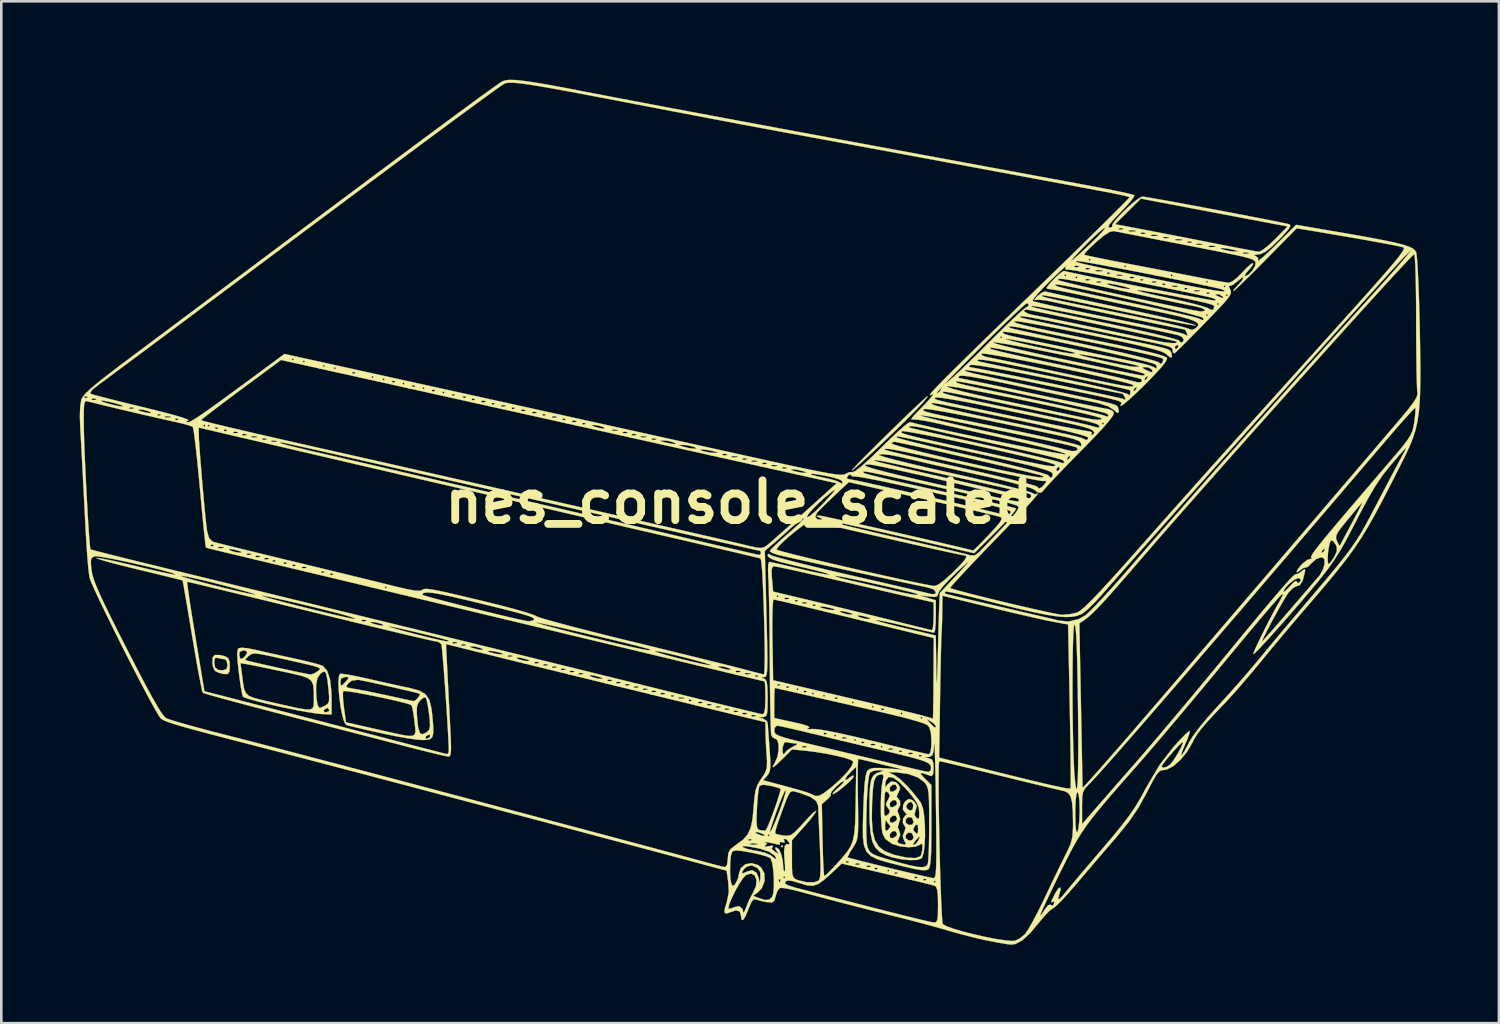
<source format=kicad_pcb>
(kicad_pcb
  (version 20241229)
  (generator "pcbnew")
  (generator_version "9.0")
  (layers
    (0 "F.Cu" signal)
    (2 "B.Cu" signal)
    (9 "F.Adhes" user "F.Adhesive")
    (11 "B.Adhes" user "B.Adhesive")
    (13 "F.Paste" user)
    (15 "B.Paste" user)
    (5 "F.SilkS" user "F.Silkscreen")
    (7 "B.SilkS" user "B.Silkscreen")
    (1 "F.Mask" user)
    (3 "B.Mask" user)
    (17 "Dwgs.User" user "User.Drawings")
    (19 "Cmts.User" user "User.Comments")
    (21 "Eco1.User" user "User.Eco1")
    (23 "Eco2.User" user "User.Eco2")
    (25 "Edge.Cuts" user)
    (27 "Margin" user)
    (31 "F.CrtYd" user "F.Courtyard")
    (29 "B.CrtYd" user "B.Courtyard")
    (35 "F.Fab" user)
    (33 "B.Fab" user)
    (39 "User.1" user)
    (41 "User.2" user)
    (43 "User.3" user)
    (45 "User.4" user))
  (footprint "nes_console_scaled"
    (layer "F.Cu")
    (at 25.212 16.156)
    (property "Reference" "nes_console_scaled" (at 0 0 0) (layer "F.SilkS") (effects (font (size 1.524 1.524) (thickness 0.3))))
    (attr through_hole)
    (fp_poly (pts (xy 1.693 13.166) (xy 1.651 13.208) (xy 1.609 13.166) (xy 1.651 13.123) (xy 1.693 13.166)) (stroke (width 0.01) (type solid)) (fill yes) (layer "F.SilkS"))
    (fp_poly (pts (xy 7.208 -4.009) (xy 7.093 -3.868) (xy 6.897 -3.652) (xy 6.646 -3.39) (xy 6.365 -3.107) (xy 6.04 -2.788) (xy 5.694 -2.454) (xy 5.346 -2.123) (xy 5.018 -1.816) (xy 4.73 -1.552) (xy 4.504 -1.35) (xy 4.36 -1.23) (xy 4.318 -1.208) (xy 4.376 -1.281) (xy 4.536 -1.451) (xy 4.777 -1.698) (xy 5.079 -2.001) (xy 5.422 -2.341) (xy 5.784 -2.697) (xy 6.146 -3.05) (xy 6.486 -3.378) (xy 6.785 -3.662) (xy 7.021 -3.882) (xy 7.175 -4.018) (xy 7.222 -4.053) (xy 7.208 -4.009)) (stroke (width 0.01) (type solid)) (fill yes) (layer "F.SilkS"))
    (fp_poly (pts (xy -19.664 5.895) (xy -19.536 5.962) (xy -19.482 6.105) (xy -19.473 6.275) (xy -19.487 6.487) (xy -19.554 6.579) (xy -19.715 6.574) (xy -19.897 6.529) (xy -20.047 6.451) (xy -20.117 6.293) (xy -20.135 6.156) (xy -20.134 6.115) (xy -20.066 6.115) (xy -20.034 6.328) (xy -19.913 6.42) (xy -19.756 6.435) (xy -19.604 6.396) (xy -19.558 6.249) (xy -19.558 6.223) (xy -19.6 6.056) (xy -19.678 6.011) (xy -19.864 5.982) (xy -19.932 5.96) (xy -20.035 5.964) (xy -20.066 6.104) (xy -20.066 6.115) (xy -20.134 6.115) (xy -20.13 5.946) (xy -20.052 5.849) (xy -19.869 5.848) (xy -19.664 5.895)) (stroke (width 0.01) (type solid)) (fill yes) (layer "F.SilkS"))
    (fp_poly (pts (xy -15.15 6.572) (xy -14.914 6.608) (xy -14.581 6.672) (xy -14.184 6.759) (xy -14.133 6.771) (xy -13.678 6.875) (xy -13.231 6.975) (xy -12.847 7.059) (xy -12.591 7.112) (xy -12.23 7.208) (xy -11.99 7.347) (xy -11.841 7.564) (xy -11.757 7.894) (xy -11.724 8.166) (xy -11.69 8.573) (xy -11.688 8.841) (xy -11.731 8.999) (xy -11.829 9.075) (xy -11.995 9.1) (xy -12.115 9.102) (xy -12.339 9.083) (xy -12.686 9.033) (xy -13.012 8.975) (xy -11.98 8.975) (xy -11.976 9.053) (xy -11.948 9.059) (xy -11.828 8.998) (xy -11.811 8.975) (xy -11.815 8.897) (xy -11.843 8.89) (xy -11.963 8.952) (xy -11.98 8.975) (xy -13.012 8.975) (xy -13.111 8.957) (xy -13.573 8.864) (xy -13.699 8.836) (xy -14.135 8.739) (xy -14.517 8.651) (xy -14.812 8.58) (xy -14.987 8.535) (xy -15.015 8.526) (xy -15.09 8.42) (xy -15.161 8.19) (xy -15.225 7.876) (xy -15.276 7.523) (xy -15.293 7.333) (xy -15.146 7.333) (xy -15.137 7.555) (xy -15.106 7.849) (xy -15.105 7.852) (xy -15.028 8.424) (xy -13.843 8.692) (xy -13.308 8.814) (xy -12.917 8.899) (xy -12.65 8.943) (xy -12.484 8.942) (xy -12.398 8.891) (xy -12.371 8.786) (xy -12.381 8.623) (xy -12.406 8.403) (xy -12.444 8.105) (xy -12.448 8.083) (xy -12.318 8.083) (xy -12.301 8.319) (xy -12.261 8.653) (xy -12.199 8.835) (xy -12.102 8.883) (xy -11.955 8.813) (xy -11.916 8.784) (xy -11.843 8.703) (xy -11.813 8.575) (xy -11.821 8.357) (xy -11.85 8.1) (xy -11.894 7.803) (xy -11.939 7.577) (xy -11.975 7.47) (xy -11.975 7.47) (xy -12.064 7.484) (xy -12.188 7.582) (xy -12.274 7.698) (xy -12.315 7.848) (xy -12.318 8.083) (xy -12.448 8.083) (xy -12.486 7.877) (xy -12.523 7.769) (xy -12.625 7.726) (xy -12.856 7.663) (xy -13.18 7.585) (xy -13.561 7.5) (xy -13.966 7.415) (xy -14.359 7.338) (xy -14.705 7.276) (xy -14.968 7.236) (xy -15.114 7.225) (xy -15.131 7.229) (xy -15.146 7.333) (xy -15.293 7.333) (xy -15.308 7.173) (xy -15.312 7.028) (xy -15.009 7.028) (xy -14.992 7.085) (xy -14.847 7.122) (xy -14.713 7.144) (xy -14.479 7.185) (xy -14.132 7.253) (xy -13.725 7.338) (xy -13.42 7.403) (xy -13.043 7.485) (xy -12.729 7.553) (xy -12.514 7.598) (xy -12.435 7.614) (xy -12.344 7.562) (xy -12.275 7.491) (xy -12.202 7.374) (xy -12.201 7.334) (xy -12.29 7.307) (xy -12.509 7.252) (xy -12.821 7.178) (xy -13.189 7.093) (xy -13.579 7.005) (xy -13.952 6.922) (xy -14.274 6.853) (xy -14.509 6.806) (xy -14.565 6.796) (xy -14.811 6.833) (xy -14.927 6.924) (xy -15.009 7.028) (xy -15.312 7.028) (xy -15.316 6.868) (xy -15.315 6.858) (xy -15.24 6.858) (xy -15.228 6.996) (xy -15.211 7.027) (xy -15.139 6.972) (xy -15.028 6.858) (xy -14.927 6.735) (xy -14.949 6.693) (xy -15.058 6.689) (xy -15.208 6.742) (xy -15.24 6.858) (xy -15.315 6.858) (xy -15.295 6.651) (xy -15.254 6.571) (xy -15.15 6.572)) (stroke (width 0.01) (type solid)) (fill yes) (layer "F.SilkS"))
    (fp_poly (pts (xy -18.762 5.597) (xy -18.511 5.647) (xy -18.207 5.718) (xy -17.799 5.809) (xy -17.347 5.909) (xy -17.03 5.978) (xy -16.634 6.067) (xy -16.289 6.152) (xy -16.035 6.223) (xy -15.917 6.265) (xy -15.747 6.451) (xy -15.635 6.793) (xy -15.583 7.287) (xy -15.579 7.505) (xy -15.579 8.127) (xy -15.981 8.106) (xy -16.207 8.08) (xy -16.558 8.024) (xy -16.908 7.959) (xy -15.875 7.959) (xy -15.856 8.031) (xy -15.795 8.043) (xy -15.679 7.999) (xy -15.663 7.959) (xy -15.724 7.876) (xy -15.743 7.874) (xy -15.858 7.936) (xy -15.875 7.959) (xy -16.908 7.959) (xy -16.99 7.943) (xy -17.463 7.847) (xy -17.651 7.806) (xy -18.093 7.704) (xy -18.475 7.607) (xy -18.768 7.523) (xy -18.94 7.461) (xy -18.972 7.44) (xy -19.004 7.324) (xy -19.048 7.079) (xy -19.097 6.747) (xy -19.129 6.501) (xy -19.166 6.159) (xy -19.064 6.159) (xy -19.009 6.572) (xy -18.967 6.907) (xy -18.926 7.142) (xy -18.86 7.303) (xy -18.741 7.412) (xy -18.543 7.494) (xy -18.238 7.573) (xy -17.8 7.672) (xy -17.755 7.683) (xy -17.223 7.805) (xy -16.835 7.889) (xy -16.567 7.932) (xy -16.398 7.933) (xy -16.304 7.887) (xy -16.265 7.794) (xy -16.256 7.649) (xy -16.257 7.514) (xy -16.26 7.204) (xy -16.265 7.161) (xy -16.171 7.161) (xy -16.156 7.513) (xy -16.112 7.759) (xy -16.046 7.87) (xy -16.03 7.874) (xy -15.933 7.839) (xy -15.816 7.781) (xy -15.724 7.714) (xy -15.678 7.614) (xy -15.673 7.435) (xy -15.699 7.132) (xy -15.699 7.131) (xy -15.741 6.775) (xy -15.786 6.566) (xy -15.846 6.484) (xy -15.933 6.506) (xy -16.01 6.569) (xy -16.117 6.726) (xy -16.165 6.972) (xy -16.171 7.161) (xy -16.265 7.161) (xy -16.285 6.984) (xy -16.357 6.833) (xy -16.502 6.726) (xy -16.746 6.641) (xy -17.115 6.554) (xy -17.384 6.496) (xy -17.814 6.404) (xy -18.215 6.32) (xy -18.541 6.254) (xy -18.739 6.216) (xy -19.064 6.159) (xy -19.166 6.159) (xy -19.173 6.09) (xy -19.176 6.043) (xy -18.874 6.043) (xy -18.786 6.07) (xy -18.567 6.124) (xy -18.254 6.197) (xy -17.882 6.281) (xy -17.486 6.369) (xy -17.102 6.452) (xy -16.766 6.523) (xy -16.513 6.574) (xy -16.379 6.596) (xy -16.378 6.596) (xy -16.245 6.556) (xy -16.124 6.483) (xy -16.051 6.427) (xy -16.021 6.382) (xy -16.055 6.341) (xy -16.174 6.294) (xy -16.399 6.234) (xy -16.749 6.153) (xy -17.187 6.054) (xy -17.694 5.941) (xy -18.062 5.861) (xy -18.317 5.813) (xy -18.486 5.793) (xy -18.595 5.799) (xy -18.669 5.826) (xy -18.737 5.874) (xy -18.747 5.882) (xy -18.858 5.99) (xy -18.874 6.043) (xy -19.176 6.043) (xy -19.188 5.842) (xy -19.111 5.842) (xy -19.073 5.99) (xy -18.98 5.981) (xy -18.898 5.91) (xy -18.802 5.765) (xy -18.86 5.685) (xy -18.96 5.673) (xy -19.092 5.729) (xy -19.111 5.842) (xy -19.188 5.842) (xy -19.189 5.818) (xy -19.176 5.66) (xy -19.133 5.587) (xy -19.131 5.586) (xy -19 5.571) (xy -18.762 5.597)) (stroke (width 0.01) (type solid)) (fill yes) (layer "F.SilkS"))
    (fp_poly (pts (xy -8.523 -16.144) (xy -8.197 -16.109) (xy -7.767 -16.045) (xy -7.215 -15.95) (xy -6.525 -15.821) (xy -6.096 -15.738) (xy -5.513 -15.625) (xy -4.869 -15.502) (xy -4.154 -15.366) (xy -3.357 -15.215) (xy -2.47 -15.048) (xy -1.481 -14.863) (xy -0.382 -14.657) (xy 0.837 -14.43) (xy 2.187 -14.179) (xy 3.677 -13.903) (xy 5.317 -13.599) (xy 6.519 -13.377) (xy 7.516 -13.192) (xy 8.502 -13.01) (xy 9.459 -12.833) (xy 10.367 -12.665) (xy 11.208 -12.509) (xy 11.962 -12.37) (xy 12.611 -12.25) (xy 13.134 -12.153) (xy 13.514 -12.082) (xy 13.569 -12.072) (xy 14.054 -11.98) (xy 14.481 -11.894) (xy 14.821 -11.821) (xy 15.047 -11.766) (xy 15.131 -11.736) (xy 15.1 -11.656) (xy 14.97 -11.487) (xy 14.764 -11.256) (xy 14.603 -11.089) (xy 14.33 -10.804) (xy 14.177 -10.619) (xy 14.135 -10.521) (xy 14.177 -10.499) (xy 14.282 -10.523) (xy 14.278 -10.557) (xy 14.297 -10.629) (xy 14.391 -10.629) (xy 15.387 -10.441) (xy 15.798 -10.363) (xy 16.327 -10.261) (xy 16.925 -10.145) (xy 17.545 -10.024) (xy 18.076 -9.919) (xy 18.597 -9.817) (xy 19.065 -9.726) (xy 19.454 -9.653) (xy 19.738 -9.601) (xy 19.888 -9.577) (xy 19.899 -9.576) (xy 20.016 -9.629) (xy 20.211 -9.777) (xy 20.447 -9.991) (xy 20.512 -10.055) (xy 20.994 -10.543) (xy 18.187 -11.075) (xy 15.38 -11.608) (xy 14.886 -11.118) (xy 14.391 -10.629) (xy 14.297 -10.629) (xy 14.301 -10.643) (xy 14.423 -10.805) (xy 14.614 -11.012) (xy 14.839 -11.234) (xy 15.069 -11.44) (xy 15.272 -11.599) (xy 15.415 -11.68) (xy 15.44 -11.684) (xy 15.558 -11.669) (xy 15.819 -11.625) (xy 16.197 -11.559) (xy 16.667 -11.474) (xy 17.206 -11.375) (xy 17.788 -11.266) (xy 18.389 -11.153) (xy 18.985 -11.04) (xy 19.552 -10.931) (xy 20.064 -10.832) (xy 20.497 -10.746) (xy 20.827 -10.678) (xy 21.029 -10.634) (xy 21.076 -10.621) (xy 21.096 -10.554) (xy 20.999 -10.403) (xy 20.78 -10.158) (xy 20.655 -10.03) (xy 20.358 -9.745) (xy 20.136 -9.571) (xy 19.957 -9.488) (xy 19.857 -9.473) (xy 19.718 -9.457) (xy 19.735 -9.429) (xy 19.755 -9.423) (xy 19.866 -9.337) (xy 19.856 -9.242) (xy 19.892 -9.244) (xy 20.025 -9.35) (xy 20.237 -9.541) (xy 20.507 -9.8) (xy 20.561 -9.853) (xy 21.319 -10.605) (xy 22.661 -10.376) (xy 23.478 -10.235) (xy 24.143 -10.116) (xy 24.674 -10.015) (xy 25.085 -9.928) (xy 25.392 -9.851) (xy 25.613 -9.779) (xy 25.762 -9.71) (xy 25.856 -9.639) (xy 25.906 -9.57) (xy 25.928 -9.45) (xy 25.952 -9.183) (xy 25.975 -8.79) (xy 25.998 -8.292) (xy 26.019 -7.713) (xy 26.037 -7.074) (xy 26.045 -6.762) (xy 26.062 -5.853) (xy 26.071 -5.091) (xy 26.068 -4.457) (xy 26.051 -3.928) (xy 26.016 -3.484) (xy 25.963 -3.103) (xy 25.886 -2.764) (xy 25.785 -2.446) (xy 25.657 -2.128) (xy 25.498 -1.788) (xy 25.387 -1.566) (xy 24.988 -0.78) (xy 24.649 -0.119) (xy 24.352 0.44) (xy 24.081 0.923) (xy 23.819 1.355) (xy 23.549 1.76) (xy 23.254 2.165) (xy 22.919 2.593) (xy 22.526 3.071) (xy 22.058 3.623) (xy 21.499 4.273) (xy 21.46 4.318) (xy 21.139 4.695) (xy 20.756 5.151) (xy 20.356 5.63) (xy 19.986 6.08) (xy 19.938 6.138) (xy 19.602 6.543) (xy 19.257 6.948) (xy 18.937 7.314) (xy 18.677 7.6) (xy 18.617 7.662) (xy 18.212 8.086) (xy 17.909 8.415) (xy 17.688 8.674) (xy 17.529 8.886) (xy 17.412 9.077) (xy 17.343 9.215) (xy 17.145 9.553) (xy 16.895 9.858) (xy 16.628 10.094) (xy 16.379 10.227) (xy 16.275 10.245) (xy 16.167 10.258) (xy 16.071 10.314) (xy 15.968 10.44) (xy 15.838 10.66) (xy 15.661 11.001) (xy 15.604 11.113) (xy 15.283 11.694) (xy 14.914 12.236) (xy 14.452 12.805) (xy 14.433 12.827) (xy 14.075 13.242) (xy 13.662 13.724) (xy 13.249 14.209) (xy 12.933 14.582) (xy 12.645 14.915) (xy 12.384 15.201) (xy 12.174 15.413) (xy 12.04 15.527) (xy 12.018 15.538) (xy 11.893 15.626) (xy 11.71 15.812) (xy 11.51 16.051) (xy 11.151 16.479) (xy 10.846 16.76) (xy 10.584 16.904) (xy 10.429 16.927) (xy 10.245 16.907) (xy 9.949 16.858) (xy 9.592 16.79) (xy 9.44 16.759) (xy 8.988 16.655) (xy 8.495 16.529) (xy 8.056 16.406) (xy 8.001 16.39) (xy 7.662 16.291) (xy 7.212 16.167) (xy 6.705 16.032) (xy 6.195 15.901) (xy 6.096 15.876) (xy 5.181 15.646) (xy 4.287 15.417) (xy 3.453 15.2) (xy 2.718 15.004) (xy 2.3 14.89) (xy 1.988 14.813) (xy 1.732 14.766) (xy 1.582 14.758) (xy 1.571 14.761) (xy 1.481 14.865) (xy 1.411 15.062) (xy 1.409 15.073) (xy 1.355 15.256) (xy 1.255 15.317) (xy 1.08 15.305) (xy 0.841 15.258) (xy 0.662 15.204) (xy 0.566 15.198) (xy 0.482 15.295) (xy 0.385 15.523) (xy 0.367 15.572) (xy 0.254 15.845) (xy 0.164 15.983) (xy 0.104 15.976) (xy 0.085 15.838) (xy 0.038 15.66) (xy -0.107 15.617) (xy -0.29 15.676) (xy -0.471 15.739) (xy -0.55 15.702) (xy -0.536 15.547) (xy -0.53 15.526) (xy -0.401 15.526) (xy -0.393 15.552) (xy -0.298 15.548) (xy -0.166 15.492) (xy 0.023 15.456) (xy 0.142 15.568) (xy 0.172 15.706) (xy 0.199 15.69) (xy 0.261 15.551) (xy 0.29 15.474) (xy 0.402 15.205) (xy 0.527 14.969) (xy 0.54 14.947) (xy 0.656 14.691) (xy 0.676 14.461) (xy 0.613 14.289) (xy 0.482 14.21) (xy 0.297 14.256) (xy 0.258 14.281) (xy 0.147 14.404) (xy 0.007 14.618) (xy -0.14 14.881) (xy -0.272 15.149) (xy -0.367 15.378) (xy -0.401 15.526) (xy -0.53 15.526) (xy -0.468 15.332) (xy -0.385 14.935) (xy -0.405 14.536) (xy -0.468 14.098) (xy -0.47 14.098) (xy -0.336 14.098) (xy -0.324 14.379) (xy -0.293 14.58) (xy -0.286 14.601) (xy -0.234 14.689) (xy -0.162 14.64) (xy -0.12 14.586) (xy -0.023 14.378) (xy -0.003 14.251) (xy 0.025 14.157) (xy 0.115 14.157) (xy 0.152 14.202) (xy 0.304 14.141) (xy 0.324 14.129) (xy 0.52 14.082) (xy 0.679 14.18) (xy 0.768 14.399) (xy 0.776 14.467) (xy 0.788 14.578) (xy 0.806 14.531) (xy 0.825 14.397) (xy 0.818 14.148) (xy 0.713 13.997) (xy 0.71 13.995) (xy 0.492 13.893) (xy 0.299 13.949) (xy 0.214 14.022) (xy 0.115 14.157) (xy 0.025 14.157) (xy 0.069 14.009) (xy 0.247 13.857) (xy 0.483 13.81) (xy 0.731 13.883) (xy 0.856 13.98) (xy 0.98 14.211) (xy 0.986 14.493) (xy 0.882 14.763) (xy 0.743 14.915) (xy 0.551 15.061) (xy 0.762 15.145) (xy 1.004 15.222) (xy 1.157 15.209) (xy 1.271 15.112) (xy 1.319 14.963) (xy 1.341 14.703) (xy 1.34 14.592) (xy 1.77 14.592) (xy 1.886 14.662) (xy 2.144 14.744) (xy 2.221 14.764) (xy 3.296 15.044) (xy 4.266 15.294) (xy 5.125 15.514) (xy 5.863 15.702) (xy 6.472 15.854) (xy 6.945 15.97) (xy 7.274 16.046) (xy 7.449 16.082) (xy 7.472 16.085) (xy 7.546 16.065) (xy 7.591 15.983) (xy 7.613 15.805) (xy 7.62 15.498) (xy 7.62 15.407) (xy 7.613 15.047) (xy 7.587 14.824) (xy 7.537 14.709) (xy 7.492 14.678) (xy 7.374 14.644) (xy 7.117 14.579) (xy 6.878 14.52) (xy 7.451 14.52) (xy 7.493 14.563) (xy 7.535 14.52) (xy 7.493 14.478) (xy 7.451 14.52) (xy 6.878 14.52) (xy 6.749 14.489) (xy 6.469 14.422) (xy 7.056 14.422) (xy 7.067 14.472) (xy 7.112 14.478) (xy 7.182 14.447) (xy 7.168 14.422) (xy 7.068 14.411) (xy 7.056 14.422) (xy 6.469 14.422) (xy 6.296 14.38) (xy 6.114 14.337) (xy 6.717 14.337) (xy 6.729 14.387) (xy 6.773 14.393) (xy 6.843 14.362) (xy 6.83 14.337) (xy 6.729 14.327) (xy 6.717 14.337) (xy 6.114 14.337) (xy 5.785 14.259) (xy 5.65 14.228) (xy 5.393 14.168) (xy 5.955 14.168) (xy 5.967 14.218) (xy 6.011 14.224) (xy 6.081 14.193) (xy 6.068 14.168) (xy 5.967 14.157) (xy 5.955 14.168) (xy 5.393 14.168) (xy 5.092 14.097) (xy 5.673 14.097) (xy 5.715 14.139) (xy 5.757 14.097) (xy 5.715 14.055) (xy 5.673 14.097) (xy 5.092 14.097) (xy 4.669 13.998) (xy 5.193 13.998) (xy 5.205 14.049) (xy 5.249 14.055) (xy 5.319 14.024) (xy 5.306 13.998) (xy 5.205 13.988) (xy 5.193 13.998) (xy 4.669 13.998) (xy 4.462 13.95) (xy 4.863 13.95) (xy 4.946 13.963) (xy 5.056 13.948) (xy 5.057 13.919) (xy 4.944 13.899) (xy 4.895 13.912) (xy 4.863 13.95) (xy 4.462 13.95) (xy 4.1 13.865) (xy 4.439 13.865) (xy 4.523 13.879) (xy 4.632 13.863) (xy 4.634 13.834) (xy 4.52 13.814) (xy 4.471 13.827) (xy 4.439 13.865) (xy 4.1 13.865) (xy 3.937 13.827) (xy 3.556 14.185) (xy 3.258 14.453) (xy 3.032 14.612) (xy 2.832 14.677) (xy 2.614 14.661) (xy 2.333 14.578) (xy 2.33 14.577) (xy 2.045 14.492) (xy 1.874 14.473) (xy 1.781 14.517) (xy 1.776 14.523) (xy 1.77 14.592) (xy 1.34 14.592) (xy 1.34 14.478) (xy 1.524 14.478) (xy 1.555 14.548) (xy 1.58 14.534) (xy 1.591 14.434) (xy 1.58 14.422) (xy 1.53 14.433) (xy 1.524 14.478) (xy 1.34 14.478) (xy 1.339 14.384) (xy 1.337 14.351) (xy 1.693 14.351) (xy 1.736 14.393) (xy 1.778 14.351) (xy 1.736 14.309) (xy 1.693 14.351) (xy 1.337 14.351) (xy 1.316 14.063) (xy 1.274 13.794) (xy 1.216 13.63) (xy 1.206 13.618) (xy 1.085 13.561) (xy 0.844 13.49) (xy 0.531 13.419) (xy 0.461 13.406) (xy 0.119 13.346) (xy -0.093 13.327) (xy -0.212 13.345) (xy -0.265 13.393) (xy -0.306 13.542) (xy -0.329 13.798) (xy -0.336 14.098) (xy -0.47 14.098) (xy -1.779 13.747) (xy -2.787 13.477) (xy -3.873 13.187) (xy -5.023 12.881) (xy -6.218 12.562) (xy -7.443 12.236) (xy -8.683 11.907) (xy -9.919 11.579) (xy -11.137 11.257) (xy -12.32 10.944) (xy -13.451 10.645) (xy -14.515 10.364) (xy -15.494 10.106) (xy -16.374 9.875) (xy -17.137 9.675) (xy -17.767 9.511) (xy -18.203 9.398) (xy -19.095 9.168) (xy -19.838 8.975) (xy -20.444 8.815) (xy -20.93 8.684) (xy -21.31 8.578) (xy -21.597 8.492) (xy -21.807 8.423) (xy -21.954 8.366) (xy -22.052 8.318) (xy -22.108 8.28) (xy -22.186 8.173) (xy -22.326 7.935) (xy -22.518 7.588) (xy -22.749 7.154) (xy -23.01 6.656) (xy -23.289 6.114) (xy -23.575 5.551) (xy -23.856 4.989) (xy -24.122 4.45) (xy -24.362 3.955) (xy -24.565 3.527) (xy -24.719 3.187) (xy -24.814 2.958) (xy -24.838 2.879) (xy -24.865 2.7) (xy -24.89 2.467) (xy -24.912 2.212) (xy -24.783 2.212) (xy -24.783 2.39) (xy -24.759 2.611) (xy -24.729 2.774) (xy -24.67 2.973) (xy -24.574 3.223) (xy -24.435 3.544) (xy -24.245 3.95) (xy -23.995 4.46) (xy -23.679 5.09) (xy -23.407 5.624) (xy -23.024 6.369) (xy -22.708 6.973) (xy -22.451 7.447) (xy -22.248 7.803) (xy -22.092 8.051) (xy -21.976 8.204) (xy -21.9 8.27) (xy -21.757 8.323) (xy -21.476 8.409) (xy -21.085 8.522) (xy -20.611 8.651) (xy -20.08 8.792) (xy -19.838 8.854) (xy -18.934 9.086) (xy -17.882 9.359) (xy -16.697 9.669) (xy -15.395 10.011) (xy -13.99 10.381) (xy -12.499 10.776) (xy -12.277 10.835) (xy -10.923 11.195) (xy -9.617 11.542) (xy -8.368 11.874) (xy -7.188 12.189) (xy -6.087 12.482) (xy -5.075 12.752) (xy -4.165 12.995) (xy -3.366 13.209) (xy -2.689 13.391) (xy -2.145 13.537) (xy -1.745 13.646) (xy -1.524 13.706) (xy -1.152 13.808) (xy -0.835 13.891) (xy -0.613 13.946) (xy -0.529 13.962) (xy -0.453 13.89) (xy -0.424 13.671) (xy -0.423 13.646) (xy -0.402 13.421) (xy -0.309 13.267) (xy -0.199 13.183) (xy 0.137 13.183) (xy 0.169 13.209) (xy 0.325 13.268) (xy 0.576 13.325) (xy 0.711 13.346) (xy 0.984 13.408) (xy 1.2 13.499) (xy 1.261 13.545) (xy 1.389 13.65) (xy 1.436 13.641) (xy 1.375 13.529) (xy 1.36 13.511) (xy 1.161 13.375) (xy 0.817 13.259) (xy 0.381 13.176) (xy 0.179 13.157) (xy 0.137 13.183) (xy -0.199 13.183) (xy -0.112 13.116) (xy -0.079 13.092) (xy 0.412 13.092) (xy 0.524 13.106) (xy 0.55 13.107) (xy 0.695 13.098) (xy 0.708 13.071) (xy 0.7 13.068) (xy 0.532 13.051) (xy 0.446 13.065) (xy 0.412 13.092) (xy -0.079 13.092) (xy 0.042 13.002) (xy 0.972 13.002) (xy 1.007 13.017) (xy 1.083 13.063) (xy 1.007 13.134) (xy 1.007 13.134) (xy 0.977 13.179) (xy 1.105 13.169) (xy 1.143 13.161) (xy 1.294 13.143) (xy 1.304 13.176) (xy 1.295 13.183) (xy 1.257 13.264) (xy 1.37 13.367) (xy 1.379 13.373) (xy 1.505 13.446) (xy 1.507 13.42) (xy 1.45 13.349) (xy 1.386 13.234) (xy 1.431 13.208) (xy 1.535 13.284) (xy 1.626 13.477) (xy 1.683 13.734) (xy 1.693 13.891) (xy 1.709 14.067) (xy 1.747 14.139) (xy 1.769 14.064) (xy 1.766 13.871) (xy 1.751 13.713) (xy 1.729 13.368) (xy 1.758 13.151) (xy 1.835 13.077) (xy 1.883 13.093) (xy 1.939 13.083) (xy 1.932 13.035) (xy 1.824 12.905) (xy 1.782 12.885) (xy 1.713 12.894) (xy 1.738 12.957) (xy 1.755 13.031) (xy 1.66 13.012) (xy 1.561 12.998) (xy 1.573 13.049) (xy 1.565 13.108) (xy 1.471 13.094) (xy 1.319 13.056) (xy 1.152 13.022) (xy 1.02 13.001) (xy 0.972 13.002) (xy 0.042 13.002) (xy 0.156 12.918) (xy 0.174 12.898) (xy 0.367 12.898) (xy 0.379 12.948) (xy 0.423 12.954) (xy 0.493 12.923) (xy 0.48 12.898) (xy 0.379 12.887) (xy 0.367 12.898) (xy 0.174 12.898) (xy 0.338 12.713) (xy 0.368 12.647) (xy 0.627 12.647) (xy 0.72 12.7) (xy 0.899 12.763) (xy 0.992 12.772) (xy 0.976 12.742) (xy 1.101 12.742) (xy 1.143 12.785) (xy 1.185 12.742) (xy 1.143 12.7) (xy 1.101 12.742) (xy 0.976 12.742) (xy 0.966 12.724) (xy 0.931 12.7) (xy 0.867 12.675) (xy 1.388 12.675) (xy 1.39 12.679) (xy 1.492 12.715) (xy 1.69 12.752) (xy 1.719 12.756) (xy 1.87 12.765) (xy 1.999 12.73) (xy 2.141 12.626) (xy 2.334 12.429) (xy 2.486 12.261) (xy 2.7 12.03) (xy 2.864 11.87) (xy 2.953 11.805) (xy 2.963 11.811) (xy 2.91 11.91) (xy 2.769 12.097) (xy 2.567 12.338) (xy 2.497 12.417) (xy 2.032 12.939) (xy 2.032 13.659) (xy 2.034 14.009) (xy 2.048 14.227) (xy 2.085 14.351) (xy 2.155 14.418) (xy 2.265 14.464) (xy 2.597 14.543) (xy 2.891 14.539) (xy 3.039 14.486) (xy 3.084 14.428) (xy 3.112 14.307) (xy 3.125 14.099) (xy 3.123 13.78) (xy 3.107 13.325) (xy 3.098 13.111) (xy 3.077 12.644) (xy 3.059 12.226) (xy 3.045 11.89) (xy 3.037 11.671) (xy 3.035 11.618) (xy 3.01 11.557) (xy 3.175 11.557) (xy 3.202 12.933) (xy 3.214 13.394) (xy 3.228 13.789) (xy 3.245 14.091) (xy 3.261 14.271) (xy 3.272 14.309) (xy 3.348 14.251) (xy 3.5 14.103) (xy 3.646 13.949) (xy 3.832 13.744) (xy 4.092 13.744) (xy 4.104 13.795) (xy 4.149 13.801) (xy 4.218 13.77) (xy 4.205 13.744) (xy 4.105 13.734) (xy 4.092 13.744) (xy 3.832 13.744) (xy 3.926 13.641) (xy 3.969 13.589) (xy 4.163 13.589) (xy 4.252 13.618) (xy 4.474 13.677) (xy 4.8 13.76) (xy 5.198 13.859) (xy 5.639 13.967) (xy 6.092 14.077) (xy 6.525 14.18) (xy 6.909 14.269) (xy 7.212 14.338) (xy 7.404 14.378) (xy 7.451 14.385) (xy 7.485 14.371) (xy 7.512 14.311) (xy 7.532 14.191) (xy 7.546 13.994) (xy 7.554 13.703) (xy 7.556 13.303) (xy 7.553 12.776) (xy 7.546 12.107) (xy 7.539 11.578) (xy 7.53 10.933) (xy 7.523 10.565) (xy 7.642 10.565) (xy 7.643 11.017) (xy 7.647 11.547) (xy 7.656 12.133) (xy 7.667 12.751) (xy 7.681 13.379) (xy 7.697 13.994) (xy 7.715 14.574) (xy 7.734 15.095) (xy 7.753 15.536) (xy 7.772 15.872) (xy 7.791 16.082) (xy 7.804 16.142) (xy 7.934 16.22) (xy 8.193 16.315) (xy 8.547 16.42) (xy 8.958 16.526) (xy 9.39 16.625) (xy 9.806 16.707) (xy 10.169 16.764) (xy 10.442 16.788) (xy 10.554 16.782) (xy 10.735 16.698) (xy 10.932 16.54) (xy 10.948 16.523) (xy 11.055 16.371) (xy 11.215 16.096) (xy 11.363 15.818) (xy 11.534 15.818) (xy 11.588 15.758) (xy 11.698 15.594) (xy 11.836 15.42) (xy 11.927 15.396) (xy 11.939 15.41) (xy 12.006 15.447) (xy 12.052 15.37) (xy 12.062 15.276) (xy 12.011 15.29) (xy 11.955 15.318) (xy 11.951 15.283) (xy 12.008 15.155) (xy 12.102 14.965) (xy 12.215 14.788) (xy 12.293 14.739) (xy 12.311 14.818) (xy 12.272 14.955) (xy 12.215 15.15) (xy 12.242 15.2) (xy 12.352 15.106) (xy 12.466 14.967) (xy 12.584 14.821) (xy 12.793 14.57) (xy 13.073 14.237) (xy 13.404 13.848) (xy 13.766 13.424) (xy 13.879 13.293) (xy 14.318 12.775) (xy 14.664 12.351) (xy 14.938 11.989) (xy 15.163 11.66) (xy 15.36 11.333) (xy 15.552 10.977) (xy 15.557 10.967) (xy 16.063 10.11) (xy 16.171 10.11) (xy 16.229 10.163) (xy 16.36 10.133) (xy 16.5 10.038) (xy 16.525 10.012) (xy 16.651 9.84) (xy 16.788 9.62) (xy 16.907 9.403) (xy 16.982 9.237) (xy 16.991 9.174) (xy 16.927 9.216) (xy 16.79 9.353) (xy 16.614 9.545) (xy 16.432 9.756) (xy 16.278 9.946) (xy 16.185 10.078) (xy 16.171 10.11) (xy 16.063 10.11) (xy 16.099 10.05) (xy 16.62 9.375) (xy 16.865 9.105) (xy 17.067 8.897) (xy 17.204 8.774) (xy 17.247 8.753) (xy 17.237 8.845) (xy 17.168 9.044) (xy 17.072 9.269) (xy 16.957 9.542) (xy 16.92 9.674) (xy 16.952 9.67) (xy 17.043 9.534) (xy 17.184 9.269) (xy 17.213 9.209) (xy 17.367 8.957) (xy 17.619 8.618) (xy 17.947 8.223) (xy 18.313 7.815) (xy 18.71 7.382) (xy 19.145 6.892) (xy 19.568 6.404) (xy 19.928 5.975) (xy 19.947 5.953) (xy 20.279 5.55) (xy 20.679 5.07) (xy 21.103 4.565) (xy 21.507 4.087) (xy 21.635 3.937) (xy 22.151 3.331) (xy 22.572 2.832) (xy 22.914 2.418) (xy 23.193 2.069) (xy 23.422 1.761) (xy 23.619 1.474) (xy 23.799 1.187) (xy 23.976 0.877) (xy 24.167 0.523) (xy 24.387 0.103) (xy 24.391 0.095) (xy 24.646 -0.392) (xy 24.888 -0.853) (xy 25.102 -1.258) (xy 25.271 -1.575) (xy 25.379 -1.774) (xy 25.381 -1.778) (xy 25.477 -1.954) (xy 25.52 -2.049) (xy 25.5 -2.054) (xy 25.406 -1.959) (xy 25.226 -1.755) (xy 24.951 -1.433) (xy 24.883 -1.353) (xy 24.614 -1.01) (xy 24.345 -0.61) (xy 24.059 -0.121) (xy 23.735 0.485) (xy 23.622 0.707) (xy 23.307 1.316) (xy 23.031 1.809) (xy 22.769 2.227) (xy 22.496 2.612) (xy 22.203 2.982) (xy 21.871 3.381) (xy 21.513 3.804) (xy 21.145 4.23) (xy 20.784 4.642) (xy 20.448 5.02) (xy 20.152 5.346) (xy 19.913 5.601) (xy 19.75 5.765) (xy 19.677 5.82) (xy 19.676 5.819) (xy 19.701 5.737) (xy 19.788 5.539) (xy 19.922 5.257) (xy 20.086 4.925) (xy 20.263 4.574) (xy 20.438 4.24) (xy 20.593 3.953) (xy 20.712 3.748) (xy 20.717 3.739) (xy 20.795 3.582) (xy 20.801 3.501) (xy 20.74 3.555) (xy 20.584 3.727) (xy 20.343 4.003) (xy 20.03 4.369) (xy 19.656 4.813) (xy 19.232 5.32) (xy 18.771 5.877) (xy 18.577 6.111) (xy 18.043 6.758) (xy 17.49 7.422) (xy 16.94 8.078) (xy 16.413 8.703) (xy 15.931 9.27) (xy 15.515 9.755) (xy 15.198 10.118) (xy 14.656 10.733) (xy 14.211 11.243) (xy 13.849 11.671) (xy 13.552 12.036) (xy 13.307 12.362) (xy 13.097 12.669) (xy 12.907 12.979) (xy 12.722 13.314) (xy 12.526 13.696) (xy 12.304 14.145) (xy 12.274 14.205) (xy 11.983 14.804) (xy 11.766 15.258) (xy 11.62 15.574) (xy 11.544 15.759) (xy 11.534 15.818) (xy 11.363 15.818) (xy 11.409 15.731) (xy 11.622 15.306) (xy 11.755 15.028) (xy 11.973 14.566) (xy 12.185 14.125) (xy 12.371 13.743) (xy 12.514 13.456) (xy 12.568 13.352) (xy 12.694 13.075) (xy 12.76 12.8) (xy 12.783 12.451) (xy 12.784 12.336) (xy 12.777 11.917) (xy 12.871 11.917) (xy 12.878 12.318) (xy 12.898 12.555) (xy 12.932 12.634) (xy 12.954 12.615) (xy 12.992 12.475) (xy 13.022 12.215) (xy 13.036 11.884) (xy 13.037 11.79) (xy 13.032 11.593) (xy 13.128 11.593) (xy 13.129 11.684) (xy 13.131 12.319) (xy 13.529 11.858) (xy 13.706 11.655) (xy 13.971 11.35) (xy 14.301 10.973) (xy 14.672 10.549) (xy 15.059 10.106) (xy 15.156 9.996) (xy 15.514 9.583) (xy 15.955 9.067) (xy 16.456 8.476) (xy 16.992 7.838) (xy 17.54 7.182) (xy 18.076 6.536) (xy 18.369 6.181) (xy 19.022 5.387) (xy 19.577 4.716) (xy 20.04 4.16) (xy 20.418 3.71) (xy 20.664 3.423) (xy 20.83 3.423) (xy 20.879 3.42) (xy 20.999 3.31) (xy 21.082 3.217) (xy 21.227 3.066) (xy 21.318 3.012) (xy 21.334 3.032) (xy 21.383 3.102) (xy 21.421 3.09) (xy 21.503 2.989) (xy 21.454 2.916) (xy 21.38 2.912) (xy 21.23 2.983) (xy 21.051 3.125) (xy 20.899 3.287) (xy 20.83 3.416) (xy 20.83 3.423) (xy 20.664 3.423) (xy 20.719 3.358) (xy 20.951 3.094) (xy 21.12 2.911) (xy 21.234 2.8) (xy 21.3 2.752) (xy 21.323 2.752) (xy 21.408 2.735) (xy 21.524 2.65) (xy 21.639 2.557) (xy 21.664 2.598) (xy 21.645 2.713) (xy 21.563 3.019) (xy 21.457 3.179) (xy 21.338 3.217) (xy 21.204 3.283) (xy 21.04 3.449) (xy 20.977 3.535) (xy 20.862 3.721) (xy 20.709 3.985) (xy 20.537 4.294) (xy 20.364 4.614) (xy 20.208 4.911) (xy 20.087 5.151) (xy 20.019 5.301) (xy 20.012 5.334) (xy 20.074 5.273) (xy 20.228 5.103) (xy 20.455 4.846) (xy 20.739 4.52) (xy 21.042 4.17) (xy 21.375 3.783) (xy 21.68 3.429) (xy 21.936 3.132) (xy 22.121 2.918) (xy 22.208 2.82) (xy 22.341 2.594) (xy 22.403 2.375) (xy 22.405 2.193) (xy 22.524 2.193) (xy 22.537 2.34) (xy 22.56 2.371) (xy 22.631 2.306) (xy 22.745 2.145) (xy 22.77 2.106) (xy 22.873 1.891) (xy 22.87 1.72) (xy 22.839 1.638) (xy 22.74 1.497) (xy 22.655 1.465) (xy 22.607 1.552) (xy 22.565 1.74) (xy 22.535 1.973) (xy 22.524 2.193) (xy 22.405 2.193) (xy 22.405 2.192) (xy 22.333 2.123) (xy 22.257 2.117) (xy 22.083 2.18) (xy 21.911 2.332) (xy 21.91 2.333) (xy 21.782 2.467) (xy 21.697 2.505) (xy 21.693 2.502) (xy 21.604 2.515) (xy 21.491 2.595) (xy 21.369 2.685) (xy 21.336 2.666) (xy 21.382 2.569) (xy 21.497 2.423) (xy 21.575 2.343) (xy 21.742 2.213) (xy 21.865 2.171) (xy 21.885 2.179) (xy 21.916 2.183) (xy 21.896 2.139) (xy 21.89 2.106) (xy 21.908 2.05) (xy 21.959 1.962) (xy 21.974 1.942) (xy 22.288 1.942) (xy 22.3 1.947) (xy 22.377 1.888) (xy 22.394 1.863) (xy 22.416 1.784) (xy 22.404 1.778) (xy 22.327 1.838) (xy 22.31 1.863) (xy 22.288 1.942) (xy 21.974 1.942) (xy 22.051 1.833) (xy 22.192 1.65) (xy 22.39 1.405) (xy 22.392 1.402) (xy 22.847 1.402) (xy 22.878 1.487) (xy 22.951 1.631) (xy 22.987 1.673) (xy 23.03 1.594) (xy 23.135 1.396) (xy 23.288 1.11) (xy 23.45 0.804) (xy 23.624 0.474) (xy 23.758 0.212) (xy 23.84 0.045) (xy 23.856 0) (xy 23.787 0.08) (xy 23.635 0.259) (xy 23.428 0.506) (xy 23.299 0.661) (xy 23.059 0.955) (xy 22.915 1.155) (xy 22.85 1.293) (xy 22.847 1.402) (xy 22.392 1.402) (xy 22.654 1.087) (xy 22.992 0.685) (xy 23.412 0.19) (xy 23.924 -0.408) (xy 24.534 -1.121) (xy 24.798 -1.428) (xy 25.148 -1.838) (xy 25.404 -2.146) (xy 25.581 -2.379) (xy 25.697 -2.561) (xy 25.767 -2.719) (xy 25.809 -2.88) (xy 25.839 -3.068) (xy 25.839 -3.072) (xy 25.872 -3.345) (xy 25.885 -3.542) (xy 25.879 -3.613) (xy 25.818 -3.561) (xy 25.664 -3.397) (xy 25.433 -3.141) (xy 25.142 -2.809) (xy 24.807 -2.422) (xy 24.674 -2.266) (xy 23.221 -0.565) (xy 21.863 1.024) (xy 20.6 2.5) (xy 19.434 3.861) (xy 18.365 5.105) (xy 17.395 6.232) (xy 16.525 7.24) (xy 15.757 8.127) (xy 15.091 8.893) (xy 14.528 9.536) (xy 14.07 10.055) (xy 13.718 10.448) (xy 13.473 10.714) (xy 13.351 10.837) (xy 13.235 10.963) (xy 13.167 11.097) (xy 13.136 11.291) (xy 13.128 11.593) (xy 13.032 11.593) (xy 13.028 11.446) (xy 13.002 11.204) (xy 12.963 11.095) (xy 12.954 11.091) (xy 12.914 11.172) (xy 12.886 11.396) (xy 12.872 11.74) (xy 12.871 11.917) (xy 12.777 11.917) (xy 12.776 11.846) (xy 12.748 11.5) (xy 12.694 11.271) (xy 12.605 11.134) (xy 12.475 11.062) (xy 12.414 11.047) (xy 12.263 11.012) (xy 11.972 10.944) (xy 11.566 10.846) (xy 11.069 10.726) (xy 10.507 10.589) (xy 9.936 10.449) (xy 9.349 10.306) (xy 8.816 10.176) (xy 8.359 10.066) (xy 8.001 9.981) (xy 7.764 9.926) (xy 7.668 9.906) (xy 7.668 9.906) (xy 7.654 9.987) (xy 7.645 10.214) (xy 7.642 10.565) (xy 7.523 10.565) (xy 7.519 10.367) (xy 7.508 9.896) (xy 7.504 9.774) (xy 7.662 9.774) (xy 9.61 10.261) (xy 10.479 10.477) (xy 11.192 10.651) (xy 11.757 10.785) (xy 12.182 10.88) (xy 12.474 10.938) (xy 12.641 10.961) (xy 12.689 10.957) (xy 12.695 10.869) (xy 12.696 10.631) (xy 12.695 10.261) (xy 12.69 9.778) (xy 12.683 9.202) (xy 12.672 8.551) (xy 12.659 7.843) (xy 12.658 7.805) (xy 12.641 6.937) (xy 12.764 6.937) (xy 12.765 7.551) (xy 12.77 8.172) (xy 12.779 8.775) (xy 12.791 9.337) (xy 12.807 9.835) (xy 12.826 10.246) (xy 12.841 10.456) (xy 12.875 10.792) (xy 12.905 10.965) (xy 12.93 10.981) (xy 12.951 10.845) (xy 12.967 10.565) (xy 12.978 10.146) (xy 12.984 9.594) (xy 12.984 8.915) (xy 12.977 8.115) (xy 12.972 7.68) (xy 12.959 6.814) (xy 12.944 6.108) (xy 12.927 5.554) (xy 12.908 5.144) (xy 12.887 4.867) (xy 12.862 4.717) (xy 12.837 4.682) (xy 12.815 4.771) (xy 12.797 5.005) (xy 12.783 5.363) (xy 12.773 5.819) (xy 12.767 6.352) (xy 12.764 6.937) (xy 12.641 6.937) (xy 12.595 4.68) (xy 12.365 4.639) (xy 13.026 4.639) (xy 13.088 7.787) (xy 13.149 10.935) (xy 13.335 10.738) (xy 13.445 10.616) (xy 13.647 10.389) (xy 13.921 10.078) (xy 14.246 9.707) (xy 14.605 9.298) (xy 14.702 9.186) (xy 14.95 8.9) (xy 15.301 8.494) (xy 15.746 7.978) (xy 16.277 7.36) (xy 16.887 6.65) (xy 17.568 5.857) (xy 18.311 4.989) (xy 19.11 4.057) (xy 19.956 3.07) (xy 20.842 2.035) (xy 21.759 0.963) (xy 22.7 -0.137) (xy 23.657 -1.256) (xy 24.622 -2.385) (xy 25.253 -3.125) (xy 25.574 -3.508) (xy 25.79 -3.79) (xy 25.915 -3.989) (xy 25.962 -4.125) (xy 25.958 -4.183) (xy 25.946 -4.31) (xy 25.935 -4.584) (xy 25.925 -4.982) (xy 25.918 -5.482) (xy 25.912 -6.06) (xy 25.909 -6.696) (xy 25.909 -6.921) (xy 25.907 -7.561) (xy 25.9 -8.141) (xy 25.89 -8.643) (xy 25.877 -9.046) (xy 25.861 -9.328) (xy 25.844 -9.47) (xy 25.837 -9.483) (xy 25.765 -9.421) (xy 25.591 -9.243) (xy 25.324 -8.958) (xy 24.972 -8.578) (xy 24.546 -8.113) (xy 24.053 -7.572) (xy 23.505 -6.967) (xy 22.91 -6.307) (xy 22.277 -5.604) (xy 21.615 -4.867) (xy 20.935 -4.108) (xy 20.245 -3.335) (xy 19.554 -2.56) (xy 18.873 -1.794) (xy 18.209 -1.046) (xy 17.573 -0.326) (xy 16.974 0.354) (xy 16.421 0.984) (xy 15.924 1.555) (xy 15.491 2.055) (xy 15.33 2.242) (xy 14.806 2.85) (xy 14.377 3.342) (xy 14.031 3.729) (xy 13.754 4.026) (xy 13.534 4.247) (xy 13.359 4.404) (xy 13.223 4.506) (xy 13.026 4.639) (xy 12.365 4.639) (xy 12.034 4.579) (xy 11.783 4.529) (xy 11.401 4.445) (xy 10.922 4.336) (xy 10.381 4.21) (xy 9.809 4.073) (xy 9.631 4.03) (xy 7.789 3.582) (xy 7.782 4.183) (xy 7.776 4.526) (xy 7.765 4.837) (xy 7.754 5.038) (xy 7.747 5.189) (xy 7.738 5.484) (xy 7.728 5.898) (xy 7.717 6.404) (xy 7.706 6.978) (xy 7.697 7.533) (xy 7.662 9.774) (xy 7.504 9.774) (xy 7.497 9.536) (xy 7.487 9.302) (xy 7.478 9.209) (xy 7.472 9.25) (xy 7.448 9.527) (xy 7.407 9.676) (xy 7.332 9.737) (xy 7.256 9.748) (xy 7.07 9.76) (xy 7.26 9.796) (xy 7.385 9.848) (xy 7.44 9.974) (xy 7.451 10.175) (xy 7.432 10.404) (xy 7.372 10.482) (xy 7.345 10.477) (xy 7.081 10.383) (xy 6.96 10.36) (xy 6.968 10.414) (xy 7.092 10.55) (xy 7.113 10.571) (xy 7.366 10.824) (xy 7.366 12.387) (xy 7.363 12.966) (xy 7.355 13.397) (xy 7.338 13.701) (xy 7.312 13.899) (xy 7.276 14.011) (xy 7.247 14.048) (xy 7.156 14.082) (xy 6.988 14.078) (xy 6.72 14.033) (xy 6.326 13.943) (xy 6.126 13.893) (xy 5.651 13.771) (xy 5.296 13.661) (xy 5.046 13.536) (xy 4.882 13.371) (xy 4.789 13.14) (xy 4.748 12.817) (xy 4.745 12.389) (xy 4.874 12.389) (xy 4.88 12.765) (xy 4.897 13.054) (xy 4.924 13.211) (xy 4.995 13.354) (xy 5.115 13.458) (xy 5.326 13.55) (xy 5.575 13.628) (xy 6.127 13.787) (xy 6.539 13.894) (xy 6.833 13.953) (xy 7.03 13.965) (xy 7.152 13.933) (xy 7.219 13.861) (xy 7.23 13.836) (xy 7.247 13.709) (xy 7.262 13.445) (xy 7.273 13.074) (xy 7.28 12.63) (xy 7.281 12.317) (xy 7.28 11.8) (xy 7.274 11.425) (xy 7.26 11.162) (xy 7.235 10.983) (xy 7.195 10.861) (xy 7.137 10.766) (xy 7.088 10.707) (xy 6.84 10.527) (xy 6.474 10.399) (xy 6.039 10.339) (xy 5.927 10.337) (xy 5.715 10.337) (xy 5.943 10.439) (xy 6.136 10.571) (xy 6.386 10.806) (xy 6.656 11.104) (xy 6.909 11.426) (xy 6.969 11.512) (xy 7.039 11.7) (xy 7.089 11.998) (xy 7.117 12.361) (xy 7.123 12.747) (xy 7.108 13.111) (xy 7.07 13.41) (xy 7.01 13.6) (xy 6.984 13.632) (xy 6.815 13.688) (xy 6.537 13.695) (xy 6.202 13.66) (xy 5.861 13.588) (xy 5.626 13.508) (xy 5.393 13.384) (xy 5.223 13.218) (xy 5.108 12.984) (xy 5.038 12.657) (xy 5.003 12.209) (xy 5.002 12.139) (xy 5.088 12.139) (xy 5.12 12.595) (xy 5.205 12.933) (xy 5.353 13.177) (xy 5.575 13.349) (xy 5.882 13.474) (xy 5.983 13.504) (xy 6.428 13.601) (xy 6.75 13.617) (xy 6.938 13.552) (xy 6.976 13.497) (xy 7.019 13.3) (xy 7.027 13.184) (xy 7.008 13.065) (xy 6.936 13.096) (xy 6.926 13.106) (xy 6.748 13.185) (xy 6.473 13.203) (xy 6.161 13.166) (xy 5.871 13.074) (xy 5.842 13.06) (xy 5.597 12.88) (xy 5.526 12.729) (xy 5.772 12.729) (xy 5.789 12.847) (xy 5.898 12.855) (xy 6.028 12.772) (xy 6.054 12.699) (xy 6.001 12.591) (xy 5.89 12.585) (xy 5.791 12.673) (xy 5.772 12.729) (xy 5.526 12.729) (xy 5.492 12.658) (xy 5.456 12.385) (xy 5.455 12.351) (xy 5.595 12.351) (xy 5.6 12.534) (xy 5.642 12.578) (xy 5.719 12.527) (xy 5.793 12.42) (xy 5.774 12.369) (xy 5.678 12.251) (xy 5.65 12.192) (xy 5.617 12.178) (xy 5.597 12.304) (xy 5.595 12.351) (xy 5.455 12.351) (xy 5.443 12.136) (xy 5.772 12.136) (xy 5.789 12.254) (xy 5.898 12.262) (xy 6.028 12.18) (xy 6.054 12.106) (xy 6.001 11.998) (xy 5.89 11.992) (xy 5.791 12.08) (xy 5.772 12.136) (xy 5.443 12.136) (xy 5.436 12.016) (xy 5.433 11.769) (xy 5.556 11.769) (xy 5.565 11.967) (xy 5.622 12.012) (xy 5.735 11.927) (xy 5.781 11.814) (xy 5.706 11.705) (xy 5.626 11.589) (xy 5.639 11.544) (xy 5.772 11.544) (xy 5.789 11.662) (xy 5.898 11.669) (xy 6.028 11.587) (xy 6.054 11.514) (xy 6.001 11.406) (xy 5.89 11.399) (xy 5.791 11.487) (xy 5.772 11.544) (xy 5.639 11.544) (xy 5.661 11.461) (xy 5.7 11.398) (xy 5.775 11.246) (xy 5.736 11.141) (xy 5.704 11.108) (xy 5.622 11.06) (xy 5.586 11.14) (xy 5.577 11.257) (xy 5.565 11.546) (xy 5.556 11.769) (xy 5.433 11.769) (xy 5.431 11.605) (xy 5.44 11.207) (xy 5.459 10.951) (xy 5.772 10.951) (xy 5.789 11.069) (xy 5.898 11.077) (xy 6.028 10.994) (xy 6.054 10.921) (xy 6.001 10.813) (xy 5.89 10.807) (xy 5.791 10.895) (xy 5.772 10.951) (xy 5.459 10.951) (xy 5.464 10.891) (xy 5.599 10.891) (xy 5.635 10.877) (xy 5.675 10.816) (xy 5.827 10.683) (xy 6.002 10.712) (xy 6.102 10.802) (xy 6.17 10.934) (xy 6.12 11.084) (xy 6.101 11.116) (xy 6.036 11.266) (xy 6.084 11.327) (xy 6.164 11.427) (xy 6.173 11.589) (xy 6.108 11.718) (xy 6.098 11.725) (xy 6.068 11.832) (xy 6.118 11.942) (xy 6.177 12.128) (xy 6.129 12.255) (xy 6.081 12.438) (xy 6.129 12.551) (xy 6.175 12.729) (xy 6.119 12.864) (xy 6.062 12.995) (xy 6.13 13.056) (xy 6.162 13.066) (xy 6.345 13.105) (xy 6.392 13.077) (xy 6.671 13.077) (xy 6.687 13.123) (xy 6.786 13.057) (xy 6.858 12.954) (xy 6.918 12.823) (xy 6.922 12.785) (xy 6.854 12.841) (xy 6.751 12.954) (xy 6.671 13.077) (xy 6.392 13.077) (xy 6.393 13.076) (xy 6.334 12.96) (xy 6.33 12.954) (xy 6.267 12.779) (xy 6.28 12.745) (xy 6.38 12.745) (xy 6.388 12.862) (xy 6.504 12.946) (xy 6.631 12.932) (xy 6.689 12.832) (xy 6.632 12.685) (xy 6.597 12.653) (xy 6.47 12.649) (xy 6.38 12.745) (xy 6.28 12.745) (xy 6.328 12.619) (xy 6.365 12.512) (xy 6.669 12.512) (xy 6.708 12.594) (xy 6.806 12.689) (xy 6.85 12.641) (xy 6.858 12.485) (xy 6.844 12.341) (xy 6.783 12.342) (xy 6.739 12.379) (xy 6.669 12.512) (xy 6.365 12.512) (xy 6.382 12.461) (xy 6.348 12.403) (xy 6.274 12.274) (xy 6.281 12.152) (xy 6.38 12.152) (xy 6.388 12.269) (xy 6.504 12.353) (xy 6.631 12.339) (xy 6.689 12.239) (xy 6.632 12.092) (xy 6.597 12.06) (xy 6.47 12.057) (xy 6.38 12.152) (xy 6.281 12.152) (xy 6.284 12.103) (xy 6.371 11.987) (xy 6.433 11.932) (xy 6.371 11.889) (xy 6.278 11.767) (xy 6.283 11.633) (xy 6.395 11.633) (xy 6.447 11.741) (xy 6.565 11.805) (xy 6.655 11.743) (xy 6.67 11.597) (xy 6.657 11.553) (xy 6.589 11.459) (xy 6.48 11.513) (xy 6.475 11.516) (xy 6.395 11.633) (xy 6.283 11.633) (xy 6.285 11.586) (xy 6.367 11.447) (xy 6.503 11.354) (xy 6.635 11.398) (xy 6.725 11.478) (xy 6.811 11.624) (xy 6.765 11.784) (xy 6.718 11.955) (xy 6.788 12.074) (xy 6.863 12.125) (xy 6.896 12.059) (xy 6.901 11.868) (xy 6.878 11.676) (xy 6.8 11.489) (xy 6.642 11.263) (xy 6.438 11.018) (xy 6.131 10.702) (xy 5.892 10.535) (xy 5.723 10.519) (xy 5.626 10.654) (xy 5.607 10.753) (xy 5.599 10.891) (xy 5.464 10.891) (xy 5.465 10.876) (xy 5.497 10.689) (xy 5.536 10.491) (xy 5.496 10.417) (xy 5.476 10.415) (xy 5.337 10.437) (xy 5.239 10.516) (xy 5.174 10.677) (xy 5.132 10.946) (xy 5.105 11.349) (xy 5.097 11.539) (xy 5.088 12.139) (xy 5.002 12.139) (xy 4.996 11.718) (xy 5 11.218) (xy 5.021 10.861) (xy 5.066 10.618) (xy 5.145 10.464) (xy 5.266 10.37) (xy 5.439 10.311) (xy 5.461 10.306) (xy 5.528 10.275) (xy 5.427 10.258) (xy 5.366 10.254) (xy 5.153 10.279) (xy 5.017 10.351) (xy 4.978 10.481) (xy 4.943 10.744) (xy 4.914 11.103) (xy 4.892 11.521) (xy 4.879 11.962) (xy 4.874 12.389) (xy 4.745 12.389) (xy 4.745 12.377) (xy 4.76 11.795) (xy 4.783 11.21) (xy 4.812 10.779) (xy 4.849 10.487) (xy 4.894 10.318) (xy 4.917 10.279) (xy 5.007 10.208) (xy 5.153 10.173) (xy 5.394 10.171) (xy 5.67 10.188) (xy 6.308 10.236) (xy 5.461 10.031) (xy 5.105 9.945) (xy 4.814 9.876) (xy 4.624 9.833) (xy 4.572 9.823) (xy 4.56 9.903) (xy 4.552 10.125) (xy 4.548 10.463) (xy 4.549 10.891) (xy 4.555 11.357) (xy 4.563 11.901) (xy 4.565 12.304) (xy 4.559 12.594) (xy 4.542 12.799) (xy 4.509 12.946) (xy 4.459 13.063) (xy 4.389 13.179) (xy 4.358 13.227) (xy 4.233 13.428) (xy 4.167 13.562) (xy 4.163 13.589) (xy 3.969 13.589) (xy 4.132 13.393) (xy 4.275 13.169) (xy 4.368 12.933) (xy 4.422 12.651) (xy 4.45 12.287) (xy 4.463 11.806) (xy 4.468 11.527) (xy 4.491 10.127) (xy 4.277 10.328) (xy 4.137 10.482) (xy 4.071 10.596) (xy 4.086 10.639) (xy 4.188 10.58) (xy 4.233 10.541) (xy 4.354 10.459) (xy 4.403 10.48) (xy 4.341 10.579) (xy 4.187 10.736) (xy 3.987 10.911) (xy 3.788 11.066) (xy 3.634 11.161) (xy 3.59 11.174) (xy 3.601 11.125) (xy 3.717 11.004) (xy 3.81 10.922) (xy 3.966 10.776) (xy 4.029 10.685) (xy 4.016 10.67) (xy 3.906 10.725) (xy 3.74 10.865) (xy 3.683 10.922) (xy 3.551 11.077) (xy 3.507 11.169) (xy 3.519 11.179) (xy 3.518 11.228) (xy 3.413 11.345) (xy 3.387 11.37) (xy 3.175 11.557) (xy 3.01 11.557) (xy 2.961 11.437) (xy 2.742 11.278) (xy 2.366 11.136) (xy 2.272 11.109) (xy 2.141 11.071) (xy 2.047 11.057) (xy 1.973 11.09) (xy 1.902 11.193) (xy 1.816 11.389) (xy 1.699 11.7) (xy 1.568 12.057) (xy 1.469 12.344) (xy 1.405 12.565) (xy 1.388 12.675) (xy 0.867 12.675) (xy 0.759 12.633) (xy 1.188 12.633) (xy 1.219 12.602) (xy 1.289 12.462) (xy 1.388 12.238) (xy 1.503 11.952) (xy 1.597 11.701) (xy 1.704 11.392) (xy 1.774 11.154) (xy 1.799 11.022) (xy 1.792 11.007) (xy 1.744 11.08) (xy 1.658 11.274) (xy 1.547 11.549) (xy 1.429 11.863) (xy 1.318 12.178) (xy 1.23 12.454) (xy 1.207 12.531) (xy 1.188 12.633) (xy 0.759 12.633) (xy 0.751 12.63) (xy 0.677 12.623) (xy 0.627 12.647) (xy 0.368 12.647) (xy 0.454 12.46) (xy 0.524 12.118) (xy 0.525 12.107) (xy 0.679 12.107) (xy 0.682 12.339) (xy 0.707 12.469) (xy 0.759 12.53) (xy 0.816 12.55) (xy 0.973 12.568) (xy 1.026 12.56) (xy 1.076 12.474) (xy 1.166 12.265) (xy 1.281 11.967) (xy 1.355 11.768) (xy 1.47 11.436) (xy 1.554 11.169) (xy 1.596 11.003) (xy 1.596 10.966) (xy 1.5 10.928) (xy 1.297 10.873) (xy 1.204 10.851) (xy 0.942 10.811) (xy 0.806 10.844) (xy 0.786 10.867) (xy 0.756 10.991) (xy 0.726 11.24) (xy 0.701 11.57) (xy 0.692 11.739) (xy 0.679 12.107) (xy 0.525 12.107) (xy 0.563 11.7) (xy 0.597 11.306) (xy 0.641 11.032) (xy 0.708 10.829) (xy 0.812 10.647) (xy 0.863 10.574) (xy 1.005 10.356) (xy 1.07 10.164) (xy 1.079 9.922) (xy 1.068 9.754) (xy 1.043 9.385) (xy 1.026 9.001) (xy 1.022 8.844) (xy 1.016 8.417) (xy 0.26 8.236) (xy 0.72 8.236) (xy 0.91 8.272) (xy 1.073 8.372) (xy 1.109 8.494) (xy 1.118 8.657) (xy 1.138 8.941) (xy 1.164 9.296) (xy 1.178 9.483) (xy 1.204 9.867) (xy 1.208 10.121) (xy 1.186 10.286) (xy 1.135 10.399) (xy 1.084 10.464) (xy 0.927 10.641) (xy 1.804 10.873) (xy 2.177 10.976) (xy 2.495 11.071) (xy 2.719 11.146) (xy 2.8 11.182) (xy 2.931 11.243) (xy 3.063 11.235) (xy 3.234 11.145) (xy 3.481 10.957) (xy 3.568 10.887) (xy 3.888 10.602) (xy 4.143 10.333) (xy 4.311 10.107) (xy 4.372 9.949) (xy 4.363 9.911) (xy 4.253 9.849) (xy 4.013 9.773) (xy 3.68 9.693) (xy 3.293 9.616) (xy 2.889 9.552) (xy 2.605 9.518) (xy 2.035 9.46) (xy 1.685 9.81) (xy 1.445 10.041) (xy 1.314 10.143) (xy 1.293 10.116) (xy 1.381 9.962) (xy 1.387 9.951) (xy 1.475 9.747) (xy 1.507 9.572) (xy 1.669 9.572) (xy 1.705 9.652) (xy 1.708 9.652) (xy 1.777 9.589) (xy 1.778 9.578) (xy 1.846 9.495) (xy 2.015 9.388) (xy 2.034 9.378) (xy 2.407 9.378) (xy 2.491 9.391) (xy 2.6 9.376) (xy 2.602 9.347) (xy 2.488 9.327) (xy 2.439 9.34) (xy 2.407 9.378) (xy 2.034 9.378) (xy 2.053 9.368) (xy 2.216 9.28) (xy 2.234 9.24) (xy 2.145 9.231) (xy 1.935 9.208) (xy 1.838 9.181) (xy 1.738 9.201) (xy 1.68 9.368) (xy 1.676 9.393) (xy 1.669 9.572) (xy 1.507 9.572) (xy 1.519 9.502) (xy 1.519 9.271) (xy 1.473 9.107) (xy 1.403 9.059) (xy 1.28 8.989) (xy 1.24 8.911) (xy 1.229 8.792) (xy 1.227 8.742) (xy 1.355 8.742) (xy 1.366 8.811) (xy 1.411 8.871) (xy 1.514 8.93) (xy 1.696 8.995) (xy 1.979 9.074) (xy 2.384 9.176) (xy 2.9 9.3) (xy 3.501 9.443) (xy 4.15 9.597) (xy 4.788 9.749) (xy 5.356 9.884) (xy 5.63 9.949) (xy 6.162 10.076) (xy 6.553 10.169) (xy 6.827 10.233) (xy 7.009 10.275) (xy 7.122 10.299) (xy 7.191 10.311) (xy 7.239 10.317) (xy 7.266 10.32) (xy 7.347 10.259) (xy 7.351 10.139) (xy 7.33 10.07) (xy 7.276 10.008) (xy 7.172 9.946) (xy 6.998 9.879) (xy 6.735 9.8) (xy 6.367 9.704) (xy 6.269 9.68) (xy 6.886 9.68) (xy 6.898 9.731) (xy 6.943 9.737) (xy 7.012 9.706) (xy 6.999 9.68) (xy 6.899 9.67) (xy 6.886 9.68) (xy 6.269 9.68) (xy 6.07 9.632) (xy 6.471 9.632) (xy 6.555 9.645) (xy 6.664 9.63) (xy 6.666 9.601) (xy 6.552 9.581) (xy 6.503 9.594) (xy 6.471 9.632) (xy 6.07 9.632) (xy 5.874 9.584) (xy 5.562 9.511) (xy 6.124 9.511) (xy 6.136 9.561) (xy 6.181 9.567) (xy 6.25 9.536) (xy 6.237 9.511) (xy 6.137 9.501) (xy 6.124 9.511) (xy 5.562 9.511) (xy 5.355 9.462) (xy 5.709 9.462) (xy 5.793 9.476) (xy 5.902 9.46) (xy 5.904 9.432) (xy 5.79 9.411) (xy 5.741 9.425) (xy 5.709 9.462) (xy 5.355 9.462) (xy 5.238 9.435) (xy 5.08 9.398) (xy 4.898 9.356) (xy 5.419 9.356) (xy 5.461 9.398) (xy 5.503 9.356) (xy 5.461 9.313) (xy 5.419 9.356) (xy 4.898 9.356) (xy 4.705 9.31) (xy 4.633 9.293) (xy 5.032 9.293) (xy 5.115 9.307) (xy 5.225 9.291) (xy 5.226 9.262) (xy 5.113 9.242) (xy 5.064 9.255) (xy 5.032 9.293) (xy 4.633 9.293) (xy 4.218 9.195) (xy 4.125 9.172) (xy 4.685 9.172) (xy 4.697 9.223) (xy 4.741 9.229) (xy 4.811 9.198) (xy 4.798 9.172) (xy 4.697 9.162) (xy 4.685 9.172) (xy 4.125 9.172) (xy 3.83 9.102) (xy 4.403 9.102) (xy 4.445 9.144) (xy 4.487 9.102) (xy 4.445 9.059) (xy 4.403 9.102) (xy 3.83 9.102) (xy 3.674 9.064) (xy 3.57 9.039) (xy 3.931 9.039) (xy 4.015 9.053) (xy 4.124 9.037) (xy 4.126 9.008) (xy 4.012 8.988) (xy 3.963 9.001) (xy 3.931 9.039) (xy 3.57 9.039) (xy 3.128 8.932) (xy 3.641 8.932) (xy 3.683 8.975) (xy 3.725 8.932) (xy 3.683 8.89) (xy 3.641 8.932) (xy 3.128 8.932) (xy 3.126 8.932) (xy 2.921 8.882) (xy 2.719 8.834) (xy 3.246 8.834) (xy 3.257 8.884) (xy 3.302 8.89) (xy 3.372 8.859) (xy 3.358 8.834) (xy 3.258 8.823) (xy 3.246 8.834) (xy 2.719 8.834) (xy 2.46 8.771) (xy 2.053 8.677) (xy 1.73 8.604) (xy 1.522 8.561) (xy 1.46 8.552) (xy 1.378 8.623) (xy 1.355 8.742) (xy 1.227 8.742) (xy 1.218 8.526) (xy 1.208 8.134) (xy 1.2 7.686) (xy 1.355 7.686) (xy 1.355 8.259) (xy 2.089 8.42) (xy 2.441 8.504) (xy 2.64 8.567) (xy 2.699 8.617) (xy 2.66 8.649) (xy 2.605 8.687) (xy 2.714 8.687) (xy 2.794 8.678) (xy 2.989 8.686) (xy 3.337 8.74) (xy 3.827 8.838) (xy 4.45 8.978) (xy 5.122 9.139) (xy 5.688 9.277) (xy 6.202 9.401) (xy 6.64 9.506) (xy 6.978 9.585) (xy 7.194 9.633) (xy 7.26 9.645) (xy 7.326 9.582) (xy 7.36 9.372) (xy 7.366 9.157) (xy 7.348 8.827) (xy 7.289 8.622) (xy 7.218 8.532) (xy 7.09 8.472) (xy 6.826 8.385) (xy 6.649 8.335) (xy 7.212 8.335) (xy 7.316 8.455) (xy 7.459 8.602) (xy 7.524 8.626) (xy 7.535 8.572) (xy 7.471 8.484) (xy 7.345 8.39) (xy 7.216 8.314) (xy 7.212 8.335) (xy 6.649 8.335) (xy 6.456 8.28) (xy 6.357 8.255) (xy 6.943 8.255) (xy 6.985 8.297) (xy 7.027 8.255) (xy 6.985 8.213) (xy 6.943 8.255) (xy 6.357 8.255) (xy 6.007 8.165) (xy 5.671 8.086) (xy 6.181 8.086) (xy 6.223 8.128) (xy 6.265 8.086) (xy 6.223 8.043) (xy 6.181 8.086) (xy 5.671 8.086) (xy 5.546 8.056) (xy 4.932 7.917) (xy 4.868 7.902) (xy 5.447 7.902) (xy 5.459 7.953) (xy 5.503 7.959) (xy 5.573 7.928) (xy 5.56 7.902) (xy 5.459 7.892) (xy 5.447 7.902) (xy 4.868 7.902) (xy 4.558 7.832) (xy 5.08 7.832) (xy 5.122 7.874) (xy 5.165 7.832) (xy 5.122 7.789) (xy 5.08 7.832) (xy 4.558 7.832) (xy 4.254 7.762) (xy 3.815 7.662) (xy 4.318 7.662) (xy 4.36 7.705) (xy 4.403 7.662) (xy 4.36 7.62) (xy 4.318 7.662) (xy 3.815 7.662) (xy 3.578 7.608) (xy 3.011 7.479) (xy 3.669 7.479) (xy 3.681 7.529) (xy 3.725 7.535) (xy 3.795 7.504) (xy 3.782 7.479) (xy 3.681 7.469) (xy 3.669 7.479) (xy 3.011 7.479) (xy 2.969 7.469) (xy 2.715 7.411) (xy 2.702 7.408) (xy 3.217 7.408) (xy 3.26 7.451) (xy 3.302 7.408) (xy 3.26 7.366) (xy 3.217 7.408) (xy 2.702 7.408) (xy 2.331 7.324) (xy 2.794 7.324) (xy 2.836 7.366) (xy 2.879 7.324) (xy 2.836 7.281) (xy 2.794 7.324) (xy 2.331 7.324) (xy 2.269 7.309) (xy 1.895 7.225) (xy 2.484 7.225) (xy 2.495 7.275) (xy 2.54 7.281) (xy 2.61 7.25) (xy 2.596 7.225) (xy 2.496 7.215) (xy 2.484 7.225) (xy 1.895 7.225) (xy 1.885 7.223) (xy 1.592 7.157) (xy 1.58 7.154) (xy 2.201 7.154) (xy 2.244 7.197) (xy 2.286 7.154) (xy 2.244 7.112) (xy 2.201 7.154) (xy 1.58 7.154) (xy 1.417 7.119) (xy 1.381 7.112) (xy 1.368 7.189) (xy 1.358 7.393) (xy 1.355 7.678) (xy 1.355 7.686) (xy 1.2 7.686) (xy 1.199 7.637) (xy 1.191 7.058) (xy 1.191 7.056) (xy 1.806 7.056) (xy 1.818 7.106) (xy 1.863 7.112) (xy 1.932 7.081) (xy 1.919 7.056) (xy 1.819 7.045) (xy 1.806 7.056) (xy 1.191 7.056) (xy 1.19 6.971) (xy 1.468 6.971) (xy 1.479 7.021) (xy 1.524 7.027) (xy 1.594 6.996) (xy 1.58 6.971) (xy 1.48 6.961) (xy 1.468 6.971) (xy 1.19 6.971) (xy 1.185 6.419) (xy 1.183 6.096) (xy 1.178 5.41) (xy 1.172 4.797) (xy 1.281 4.797) (xy 1.286 5.27) (xy 1.312 6.814) (xy 4.233 7.498) (xy 5.04 7.687) (xy 5.698 7.842) (xy 6.223 7.967) (xy 6.63 8.066) (xy 6.935 8.143) (xy 7.155 8.202) (xy 7.306 8.247) (xy 7.402 8.282) (xy 7.423 8.291) (xy 7.428 8.213) (xy 7.434 7.992) (xy 7.439 7.654) (xy 7.443 7.226) (xy 7.447 6.749) (xy 7.456 5.201) (xy 4.624 4.51) (xy 5.224 4.51) (xy 5.272 4.537) (xy 5.459 4.595) (xy 5.758 4.677) (xy 6.143 4.773) (xy 6.339 4.82) (xy 7.535 5.104) (xy 7.553 6.299) (xy 7.559 6.638) (xy 7.566 6.845) (xy 7.573 6.912) (xy 7.581 6.835) (xy 7.59 6.607) (xy 7.602 6.223) (xy 7.617 5.676) (xy 7.621 5.503) (xy 7.635 4.941) (xy 7.65 4.438) (xy 7.663 4.017) (xy 7.675 3.704) (xy 7.684 3.52) (xy 7.686 3.496) (xy 7.879 3.496) (xy 7.881 3.498) (xy 7.97 3.523) (xy 8.201 3.581) (xy 8.553 3.666) (xy 9.003 3.773) (xy 9.529 3.896) (xy 10.033 4.013) (xy 10.61 4.147) (xy 11.134 4.269) (xy 11.581 4.374) (xy 11.93 4.456) (xy 12.155 4.51) (xy 12.234 4.53) (xy 12.602 4.571) (xy 12.994 4.479) (xy 13.262 4.331) (xy 13.404 4.203) (xy 13.638 3.966) (xy 13.946 3.639) (xy 14.309 3.24) (xy 14.71 2.789) (xy 15.13 2.306) (xy 15.155 2.277) (xy 15.78 1.557) (xy 16.507 0.725) (xy 17.325 -0.206) (xy 18.223 -1.221) (xy 19.188 -2.307) (xy 20.209 -3.452) (xy 21.273 -4.642) (xy 22.37 -5.864) (xy 23.488 -7.105) (xy 24.614 -8.351) (xy 24.642 -8.382) (xy 24.931 -8.704) (xy 25.202 -9.012) (xy 25.421 -9.266) (xy 25.53 -9.398) (xy 25.767 -9.694) (xy 25.469 -9.398) (xy 25.342 -9.265) (xy 25.112 -9.016) (xy 24.789 -8.662) (xy 24.382 -8.213) (xy 23.901 -7.681) (xy 23.355 -7.076) (xy 22.754 -6.408) (xy 22.108 -5.688) (xy 21.426 -4.928) (xy 20.718 -4.137) (xy 19.992 -3.327) (xy 19.26 -2.508) (xy 18.53 -1.691) (xy 17.812 -0.886) (xy 17.115 -0.105) (xy 16.45 0.643) (xy 15.825 1.345) (xy 15.251 1.993) (xy 14.736 2.575) (xy 14.291 3.079) (xy 13.925 3.497) (xy 13.849 3.584) (xy 13.595 3.859) (xy 13.352 4.095) (xy 13.161 4.251) (xy 13.112 4.281) (xy 12.943 4.35) (xy 12.742 4.389) (xy 12.492 4.398) (xy 12.176 4.372) (xy 11.776 4.311) (xy 11.277 4.211) (xy 10.662 4.069) (xy 9.913 3.885) (xy 9.283 3.724) (xy 8.83 3.611) (xy 8.437 3.519) (xy 8.132 3.454) (xy 7.942 3.423) (xy 7.893 3.424) (xy 7.879 3.496) (xy 7.686 3.496) (xy 7.687 3.483) (xy 7.749 3.413) (xy 7.904 3.246) (xy 8.127 3.009) (xy 8.361 2.763) (xy 8.589 2.519) (xy 8.735 2.355) (xy 8.787 2.285) (xy 8.732 2.322) (xy 8.725 2.328) (xy 8.344 2.673) (xy 8.025 2.987) (xy 7.786 3.251) (xy 7.648 3.442) (xy 7.62 3.519) (xy 7.589 3.603) (xy 7.468 3.628) (xy 7.26 3.611) (xy 6.9 3.567) (xy 7.535 3.755) (xy 7.535 4.375) (xy 7.527 4.675) (xy 7.505 4.895) (xy 7.475 4.994) (xy 7.47 4.995) (xy 7.367 4.976) (xy 7.133 4.924) (xy 6.802 4.847) (xy 6.406 4.752) (xy 6.355 4.739) (xy 5.952 4.644) (xy 5.608 4.57) (xy 5.355 4.522) (xy 5.229 4.509) (xy 5.224 4.51) (xy 4.624 4.51) (xy 4.426 4.462) (xy 3.971 4.351) (xy 4.529 4.351) (xy 4.614 4.403) (xy 4.837 4.463) (xy 4.953 4.473) (xy 5.046 4.462) (xy 4.986 4.428) (xy 4.911 4.403) (xy 4.711 4.35) (xy 4.572 4.333) (xy 4.529 4.351) (xy 3.971 4.351) (xy 3.735 4.294) (xy 3.273 4.182) (xy 3.852 4.182) (xy 3.937 4.233) (xy 4.159 4.294) (xy 4.276 4.304) (xy 4.369 4.293) (xy 4.309 4.259) (xy 4.233 4.233) (xy 4.034 4.181) (xy 3.895 4.164) (xy 3.852 4.182) (xy 3.273 4.182) (xy 3.096 4.139) (xy 2.54 4.005) (xy 3.083 4.005) (xy 3.146 4.04) (xy 3.217 4.064) (xy 3.449 4.117) (xy 3.598 4.132) (xy 3.69 4.123) (xy 3.628 4.088) (xy 3.556 4.064) (xy 3.324 4.011) (xy 3.175 3.996) (xy 3.083 4.005) (xy 2.54 4.005) (xy 2.527 4.002) (xy 2.194 3.923) (xy 2.822 3.923) (xy 2.834 3.973) (xy 2.879 3.979) (xy 2.948 3.948) (xy 2.935 3.923) (xy 2.835 3.913) (xy 2.822 3.923) (xy 2.194 3.923) (xy 2.047 3.888) (xy 1.99 3.874) (xy 2.407 3.874) (xy 2.491 3.888) (xy 2.6 3.872) (xy 2.602 3.844) (xy 2.488 3.823) (xy 2.439 3.837) (xy 2.407 3.874) (xy 1.99 3.874) (xy 1.675 3.801) (xy 1.47 3.754) (xy 2.145 3.754) (xy 2.157 3.804) (xy 2.201 3.81) (xy 2.271 3.779) (xy 2.258 3.754) (xy 2.157 3.743) (xy 2.145 3.754) (xy 1.47 3.754) (xy 1.429 3.744) (xy 1.329 3.724) (xy 1.328 3.724) (xy 1.308 3.805) (xy 1.293 4.028) (xy 1.284 4.368) (xy 1.281 4.797) (xy 1.172 4.797) (xy 1.171 4.751) (xy 1.163 4.147) (xy 1.154 3.705) (xy 1.73 3.705) (xy 1.813 3.719) (xy 1.923 3.703) (xy 1.924 3.674) (xy 1.811 3.654) (xy 1.762 3.667) (xy 1.73 3.705) (xy 1.154 3.705) (xy 1.153 3.623) (xy 1.152 3.598) (xy 1.439 3.598) (xy 1.482 3.641) (xy 1.524 3.598) (xy 1.482 3.556) (xy 1.439 3.598) (xy 1.152 3.598) (xy 1.142 3.206) (xy 1.131 2.922) (xy 1.127 2.857) (xy 1.118 2.601) (xy 1.253 2.601) (xy 1.26 2.836) (xy 1.269 2.939) (xy 1.312 3.423) (xy 3.006 3.828) (xy 3.634 3.979) (xy 4.315 4.145) (xy 4.992 4.31) (xy 5.606 4.461) (xy 6.011 4.562) (xy 6.461 4.674) (xy 6.852 4.771) (xy 7.156 4.846) (xy 7.343 4.891) (xy 7.387 4.901) (xy 7.42 4.829) (xy 7.443 4.632) (xy 7.451 4.373) (xy 7.451 3.836) (xy 6.837 3.699) (xy 6.592 3.643) (xy 6.21 3.556) (xy 5.72 3.443) (xy 5.15 3.311) (xy 4.529 3.166) (xy 3.884 3.016) (xy 3.852 3.009) (xy 3.239 2.866) (xy 3.033 2.819) (xy 3.672 2.819) (xy 3.729 2.855) (xy 3.915 2.913) (xy 4.195 2.983) (xy 4.292 3.005) (xy 4.692 3.095) (xy 5.169 3.206) (xy 5.637 3.316) (xy 5.757 3.345) (xy 6.235 3.456) (xy 6.585 3.525) (xy 6.797 3.552) (xy 6.86 3.535) (xy 6.851 3.523) (xy 6.755 3.489) (xy 6.527 3.429) (xy 6.199 3.349) (xy 5.8 3.256) (xy 5.364 3.158) (xy 4.92 3.06) (xy 4.5 2.97) (xy 4.136 2.896) (xy 3.858 2.843) (xy 3.698 2.819) (xy 3.672 2.819) (xy 3.033 2.819) (xy 2.675 2.738) (xy 2.184 2.627) (xy 1.786 2.541) (xy 1.506 2.482) (xy 1.363 2.456) (xy 1.354 2.455) (xy 1.282 2.486) (xy 1.253 2.601) (xy 1.118 2.601) (xy 1.116 2.572) (xy 1.127 2.367) (xy 1.158 2.286) (xy 1.159 2.286) (xy 1.265 2.305) (xy 1.501 2.357) (xy 1.835 2.435) (xy 2.232 2.53) (xy 2.284 2.543) (xy 2.692 2.638) (xy 3.047 2.714) (xy 3.313 2.762) (xy 3.454 2.777) (xy 3.46 2.776) (xy 3.43 2.75) (xy 3.26 2.696) (xy 2.976 2.62) (xy 2.605 2.531) (xy 2.491 2.505) (xy 1.97 2.385) (xy 1.595 2.29) (xy 1.342 2.212) (xy 1.19 2.144) (xy 1.117 2.078) (xy 1.101 2.019) (xy 1.143 1.977) (xy 1.221 2.027) (xy 1.33 2.068) (xy 1.583 2.142) (xy 1.963 2.243) (xy 2.45 2.366) (xy 3.024 2.506) (xy 3.665 2.658) (xy 4.291 2.803) (xy 4.977 2.961) (xy 5.616 3.108) (xy 6.186 3.24) (xy 6.668 3.352) (xy 7.043 3.44) (xy 7.29 3.499) (xy 7.387 3.523) (xy 7.513 3.511) (xy 7.535 3.444) (xy 7.456 3.342) (xy 7.241 3.267) (xy 7.218 3.263) (xy 7.04 3.227) (xy 6.724 3.161) (xy 6.294 3.07) (xy 5.778 2.959) (xy 5.2 2.835) (xy 4.586 2.702) (xy 3.964 2.566) (xy 3.358 2.434) (xy 2.794 2.311) (xy 2.299 2.201) (xy 1.898 2.112) (xy 1.618 2.048) (xy 1.503 2.021) (xy 1.3 1.954) (xy 1.191 1.888) (xy 1.185 1.873) (xy 1.23 1.815) (xy 1.44 1.815) (xy 1.518 1.847) (xy 1.739 1.91) (xy 2.08 1.999) (xy 2.521 2.108) (xy 3.037 2.233) (xy 3.608 2.368) (xy 4.211 2.508) (xy 4.824 2.649) (xy 5.424 2.784) (xy 5.989 2.909) (xy 6.497 3.019) (xy 6.925 3.109) (xy 7.252 3.173) (xy 7.455 3.206) (xy 7.491 3.209) (xy 7.634 3.153) (xy 7.858 2.991) (xy 8.133 2.746) (xy 8.189 2.691) (xy 8.473 2.403) (xy 8.641 2.211) (xy 8.705 2.097) (xy 8.675 2.043) (xy 8.589 2.032) (xy 8.485 2.014) (xy 8.24 1.963) (xy 7.877 1.884) (xy 7.418 1.783) (xy 6.889 1.664) (xy 6.312 1.534) (xy 5.71 1.398) (xy 5.106 1.261) (xy 4.526 1.128) (xy 3.99 1.004) (xy 3.524 0.895) (xy 3.15 0.807) (xy 2.893 0.743) (xy 2.787 0.715) (xy 2.677 0.752) (xy 2.48 0.877) (xy 2.232 1.061) (xy 1.969 1.274) (xy 1.726 1.487) (xy 1.54 1.671) (xy 1.445 1.798) (xy 1.44 1.815) (xy 1.23 1.815) (xy 1.246 1.794) (xy 1.41 1.632) (xy 1.65 1.413) (xy 1.863 1.228) (xy 2.137 0.987) (xy 2.35 0.787) (xy 2.434 0.697) (xy 3.339 0.697) (xy 3.41 0.723) (xy 3.627 0.782) (xy 3.971 0.87) (xy 4.423 0.981) (xy 4.964 1.11) (xy 5.574 1.254) (xy 5.992 1.35) (xy 6.648 1.502) (xy 7.257 1.645) (xy 7.797 1.773) (xy 8.248 1.881) (xy 8.588 1.965) (xy 8.796 2.019) (xy 8.848 2.035) (xy 9.026 2.041) (xy 9.191 1.918) (xy 9.317 1.786) (xy 9.53 1.563) (xy 9.8 1.281) (xy 10.075 0.994) (xy 10.393 0.648) (xy 10.606 0.387) (xy 10.705 0.222) (xy 10.704 0.171) (xy 10.688 0.164) (xy 10.858 0.164) (xy 10.87 0.169) (xy 10.947 0.11) (xy 10.964 0.085) (xy 10.986 0.006) (xy 10.974 0) (xy 10.897 0.06) (xy 10.88 0.085) (xy 10.858 0.164) (xy 10.688 0.164) (xy 10.585 0.114) (xy 10.35 0.041) (xy 10.048 -0.034) (xy 10.032 -0.037) (xy 9.79 -0.09) (xy 9.411 -0.174) (xy 8.925 -0.281) (xy 8.36 -0.407) (xy 7.746 -0.543) (xy 7.154 -0.675) (xy 6.448 -0.833) (xy 5.89 -0.956) (xy 5.464 -1.049) (xy 5.155 -1.113) (xy 4.946 -1.152) (xy 4.82 -1.17) (xy 4.761 -1.168) (xy 4.753 -1.15) (xy 4.779 -1.12) (xy 4.788 -1.112) (xy 4.887 -1.077) (xy 5.132 -1.012) (xy 5.504 -0.921) (xy 5.982 -0.808) (xy 6.547 -0.68) (xy 7.179 -0.539) (xy 7.705 -0.424) (xy 8.375 -0.278) (xy 8.992 -0.141) (xy 9.537 -0.018) (xy 9.99 0.087) (xy 10.331 0.17) (xy 10.542 0.225) (xy 10.603 0.246) (xy 10.569 0.322) (xy 10.434 0.493) (xy 10.216 0.736) (xy 9.936 1.028) (xy 9.835 1.129) (xy 9.005 1.956) (xy 6.189 1.309) (xy 5.525 1.158) (xy 4.914 1.021) (xy 4.376 0.903) (xy 3.931 0.807) (xy 3.597 0.739) (xy 3.394 0.702) (xy 3.339 0.697) (xy 2.434 0.697) (xy 2.476 0.652) (xy 2.499 0.608) (xy 2.421 0.639) (xy 2.257 0.761) (xy 2.05 0.94) (xy 1.771 1.192) (xy 1.483 1.447) (xy 1.318 1.59) (xy 0.994 1.868) (xy 1.056 4.278) (xy 1.074 4.98) (xy 1.086 5.53) (xy 1.092 5.948) (xy 1.09 6.252) (xy 1.081 6.46) (xy 1.064 6.59) (xy 1.037 6.661) (xy 1.001 6.691) (xy 0.961 6.698) (xy 0.855 6.711) (xy 0.915 6.737) (xy 0.953 6.747) (xy 1.026 6.79) (xy 1.071 6.892) (xy 1.093 7.09) (xy 1.101 7.416) (xy 1.101 7.499) (xy 1.098 7.847) (xy 1.084 8.059) (xy 1.05 8.17) (xy 0.986 8.214) (xy 0.91 8.224) (xy 0.72 8.236) (xy 0.26 8.236) (xy 0.233 8.229) (xy 0.08 8.192) (xy 0.46 8.192) (xy 0.543 8.206) (xy 0.653 8.19) (xy 0.654 8.162) (xy 0.541 8.141) (xy 0.492 8.155) (xy 0.46 8.192) (xy 0.08 8.192) (xy -0.164 8.133) (xy -0.271 8.108) (xy 0.121 8.108) (xy 0.205 8.121) (xy 0.314 8.106) (xy 0.316 8.077) (xy 0.202 8.057) (xy 0.153 8.07) (xy 0.121 8.108) (xy -0.271 8.108) (xy -0.621 8.023) (xy -0.217 8.023) (xy -0.134 8.037) (xy -0.024 8.021) (xy -0.023 7.992) (xy -0.136 7.972) (xy -0.185 7.985) (xy -0.217 8.023) (xy -0.621 8.023) (xy -0.703 8.003) (xy -0.97 7.938) (xy -0.556 7.938) (xy -0.473 7.952) (xy -0.363 7.936) (xy -0.362 7.908) (xy -0.475 7.887) (xy -0.524 7.901) (xy -0.556 7.938) (xy -0.97 7.938) (xy -1.318 7.854) (xy -0.895 7.854) (xy -0.811 7.867) (xy -0.702 7.852) (xy -0.7 7.823) (xy -0.814 7.803) (xy -0.863 7.816) (xy -0.895 7.854) (xy -1.318 7.854) (xy -1.359 7.844) (xy -1.667 7.769) (xy -1.233 7.769) (xy -1.15 7.783) (xy -1.04 7.767) (xy -1.039 7.738) (xy -1.152 7.718) (xy -1.201 7.731) (xy -1.233 7.769) (xy -1.667 7.769) (xy -2.015 7.684) (xy -1.572 7.684) (xy -1.489 7.698) (xy -1.379 7.682) (xy -1.378 7.654) (xy -1.491 7.633) (xy -1.54 7.647) (xy -1.572 7.684) (xy -2.015 7.684) (xy -2.109 7.662) (xy -2.511 7.564) (xy -1.919 7.564) (xy -1.907 7.614) (xy -1.863 7.62) (xy -1.793 7.589) (xy -1.806 7.564) (xy -1.907 7.553) (xy -1.919 7.564) (xy -2.511 7.564) (xy -2.731 7.51) (xy -2.318 7.51) (xy -2.201 7.522) (xy -2.081 7.509) (xy -2.095 7.479) (xy -2.269 7.468) (xy -2.307 7.479) (xy -2.318 7.51) (xy -2.731 7.51) (xy -2.929 7.462) (xy -3.207 7.394) (xy -2.596 7.394) (xy -2.585 7.445) (xy -2.54 7.451) (xy -2.47 7.42) (xy -2.484 7.394) (xy -2.584 7.384) (xy -2.596 7.394) (xy -3.207 7.394) (xy -3.406 7.346) (xy -3.011 7.346) (xy -2.928 7.359) (xy -2.818 7.344) (xy -2.817 7.315) (xy -2.93 7.295) (xy -2.979 7.308) (xy -3.011 7.346) (xy -3.406 7.346) (xy -3.753 7.261) (xy -3.35 7.261) (xy -3.267 7.275) (xy -3.157 7.259) (xy -3.156 7.23) (xy -3.269 7.21) (xy -3.318 7.223) (xy -3.35 7.261) (xy -3.753 7.261) (xy -3.797 7.25) (xy -4.1 7.176) (xy -3.689 7.176) (xy -3.605 7.19) (xy -3.496 7.174) (xy -3.494 7.146) (xy -3.608 7.125) (xy -3.657 7.139) (xy -3.689 7.176) (xy -4.1 7.176) (xy -4.447 7.092) (xy -4.027 7.092) (xy -3.944 7.105) (xy -3.834 7.09) (xy -3.833 7.061) (xy -3.946 7.041) (xy -3.995 7.054) (xy -4.027 7.092) (xy -4.447 7.092) (xy -4.689 7.033) (xy -4.794 7.007) (xy -4.366 7.007) (xy -4.283 7.021) (xy -4.173 7.005) (xy -4.172 6.976) (xy -4.285 6.956) (xy -4.334 6.969) (xy -4.366 7.007) (xy -4.794 7.007) (xy -5.141 6.922) (xy -4.705 6.922) (xy -4.621 6.936) (xy -4.512 6.92) (xy -4.51 6.892) (xy -4.624 6.871) (xy -4.673 6.885) (xy -4.705 6.922) (xy -5.141 6.922) (xy -5.487 6.838) (xy -5.043 6.838) (xy -4.96 6.851) (xy -4.85 6.836) (xy -4.849 6.807) (xy -4.962 6.787) (xy -5.011 6.8) (xy -5.043 6.838) (xy -5.487 6.838) (xy -5.581 6.815) (xy -6.309 6.637) (xy -5.716 6.637) (xy -5.63 6.689) (xy -5.408 6.749) (xy -5.292 6.759) (xy -5.198 6.748) (xy -5.259 6.714) (xy -5.334 6.689) (xy -5.533 6.636) (xy -5.672 6.619) (xy -5.716 6.637) (xy -6.309 6.637) (xy -6.451 6.602) (xy -6.526 6.584) (xy -6.144 6.584) (xy -6.061 6.597) (xy -5.951 6.582) (xy -5.95 6.553) (xy -6.063 6.533) (xy -6.112 6.546) (xy -6.144 6.584) (xy -6.526 6.584) (xy -6.872 6.499) (xy -6.483 6.499) (xy -6.399 6.513) (xy -6.29 6.497) (xy -6.288 6.468) (xy -6.402 6.448) (xy -6.451 6.461) (xy -6.483 6.499) (xy -6.872 6.499) (xy -7.218 6.414) (xy -6.821 6.414) (xy -6.738 6.428) (xy -6.628 6.412) (xy -6.627 6.384) (xy -6.74 6.363) (xy -6.789 6.377) (xy -6.821 6.414) (xy -7.218 6.414) (xy -7.273 6.401) (xy -7.564 6.33) (xy -7.16 6.33) (xy -7.077 6.343) (xy -6.967 6.328) (xy -6.966 6.299) (xy -7.079 6.279) (xy -7.128 6.292) (xy -7.16 6.33) (xy -7.564 6.33) (xy -7.909 6.245) (xy -7.499 6.245) (xy -7.415 6.259) (xy -7.306 6.243) (xy -7.304 6.214) (xy -7.418 6.194) (xy -7.467 6.207) (xy -7.499 6.245) (xy -7.909 6.245) (xy -8.026 6.216) (xy -8.254 6.16) (xy -7.837 6.16) (xy -7.754 6.174) (xy -7.644 6.158) (xy -7.643 6.13) (xy -7.756 6.109) (xy -7.805 6.123) (xy -7.837 6.16) (xy -8.254 6.16) (xy -8.686 6.055) (xy -9.071 5.96) (xy -8.51 5.96) (xy -8.424 6.011) (xy -8.202 6.072) (xy -8.086 6.082) (xy -7.992 6.071) (xy -8.053 6.037) (xy -8.128 6.011) (xy -8.327 5.959) (xy -8.466 5.942) (xy -8.51 5.96) (xy -9.071 5.96) (xy -9.229 5.921) (xy -9.287 5.906) (xy -8.853 5.906) (xy -8.77 5.92) (xy -8.66 5.904) (xy -8.659 5.876) (xy -8.772 5.855) (xy -8.821 5.869) (xy -8.853 5.906) (xy -9.287 5.906) (xy -9.559 5.839) (xy -10.126 5.699) (xy -9.617 5.699) (xy -9.554 5.733) (xy -9.483 5.757) (xy -9.251 5.811) (xy -9.102 5.825) (xy -9.01 5.816) (xy -9.072 5.781) (xy -9.144 5.757) (xy -9.376 5.704) (xy -9.525 5.69) (xy -9.617 5.699) (xy -10.126 5.699) (xy -10.813 5.528) (xy -10.296 5.528) (xy -10.235 5.563) (xy -10.16 5.588) (xy -9.961 5.64) (xy -9.822 5.658) (xy -9.778 5.64) (xy -9.864 5.588) (xy -10.086 5.528) (xy -10.202 5.518) (xy -10.296 5.528) (xy -10.813 5.528) (xy -10.995 5.483) (xy -10.631 5.483) (xy -10.548 5.497) (xy -10.438 5.481) (xy -10.437 5.452) (xy -10.55 5.432) (xy -10.599 5.445) (xy -10.631 5.483) (xy -10.995 5.483) (xy -11.201 5.432) (xy -11.146 6.547) (xy -11.118 7.098) (xy -11.087 7.715) (xy -11.056 8.312) (xy -11.036 8.7) (xy -11.015 9.143) (xy -11.01 9.443) (xy -11.022 9.625) (xy -11.053 9.714) (xy -11.1 9.736) (xy -11.217 9.715) (xy -11.469 9.658) (xy -11.827 9.572) (xy -12.262 9.464) (xy -12.658 9.363) (xy -13.081 9.253) (xy -13.638 9.109) (xy -14.299 8.938) (xy -15.034 8.748) (xy -15.813 8.547) (xy -16.605 8.343) (xy -17.272 8.17) (xy -17.978 7.987) (xy -18.633 7.815) (xy -19.218 7.659) (xy -19.715 7.525) (xy -20.106 7.417) (xy -20.373 7.339) (xy -20.498 7.298) (xy -20.504 7.295) (xy -20.533 7.199) (xy -20.584 6.959) (xy -20.654 6.599) (xy -20.738 6.14) (xy -20.831 5.606) (xy -20.912 5.124) (xy -21.008 4.548) (xy -21.095 4.031) (xy -21.17 3.595) (xy -21.228 3.263) (xy -21.265 3.056) (xy -21.267 3.048) (xy -21.099 3.048) (xy -21.097 3.128) (xy -21.069 3.352) (xy -21.019 3.699) (xy -20.951 4.145) (xy -20.867 4.67) (xy -20.79 5.142) (xy -20.442 7.236) (xy -19.725 7.42) (xy -18.923 7.627) (xy -18.01 7.863) (xy -17.029 8.117) (xy -16.023 8.378) (xy -15.038 8.635) (xy -14.115 8.875) (xy -13.3 9.088) (xy -13.081 9.146) (xy -12.544 9.286) (xy -12.062 9.412) (xy -11.659 9.516) (xy -11.359 9.593) (xy -11.186 9.636) (xy -11.155 9.643) (xy -11.103 9.581) (xy -11.094 9.504) (xy -11.104 9.222) (xy -11.123 8.837) (xy -11.15 8.378) (xy -11.182 7.872) (xy -11.217 7.35) (xy -11.254 6.838) (xy -11.289 6.365) (xy -11.323 5.96) (xy -11.351 5.651) (xy -11.373 5.466) (xy -11.382 5.427) (xy -11.425 5.398) (xy -10.97 5.398) (xy -10.887 5.412) (xy -10.777 5.396) (xy -10.776 5.368) (xy -10.889 5.347) (xy -10.938 5.361) (xy -10.97 5.398) (xy -11.425 5.398) (xy -11.511 5.341) (xy -11.559 5.334) (xy -11.667 5.315) (xy -11.919 5.259) (xy -12.295 5.173) (xy -12.776 5.06) (xy -13.339 4.926) (xy -13.967 4.775) (xy -14.068 4.75) (xy -13.405 4.75) (xy -13.365 4.773) (xy -13.188 4.829) (xy -12.9 4.911) (xy -12.526 5.01) (xy -12.404 5.042) (xy -11.866 5.177) (xy -11.479 5.268) (xy -11.23 5.318) (xy -11.106 5.329) (xy -11.096 5.303) (xy -11.098 5.301) (xy -11.193 5.267) (xy -11.416 5.205) (xy -11.729 5.125) (xy -12.095 5.035) (xy -12.477 4.944) (xy -12.837 4.862) (xy -13.137 4.797) (xy -13.34 4.757) (xy -13.405 4.75) (xy -14.068 4.75) (xy -14.411 4.667) (xy -14.698 4.597) (xy -14.106 4.597) (xy -14.045 4.631) (xy -13.97 4.657) (xy -13.771 4.709) (xy -13.632 4.726) (xy -13.588 4.708) (xy -13.674 4.657) (xy -13.896 4.596) (xy -14.012 4.586) (xy -14.106 4.597) (xy -14.698 4.597) (xy -14.883 4.552) (xy -14.441 4.552) (xy -14.358 4.565) (xy -14.248 4.55) (xy -14.247 4.521) (xy -14.36 4.501) (xy -14.409 4.514) (xy -14.441 4.552) (xy -14.883 4.552) (xy -15.694 4.354) (xy -16.819 4.08) (xy -17.795 3.842) (xy -18.629 3.639) (xy -18.873 3.58) (xy -18.256 3.58) (xy -18.189 3.61) (xy -17.987 3.671) (xy -17.676 3.757) (xy -17.285 3.86) (xy -16.843 3.973) (xy -16.378 4.089) (xy -15.919 4.202) (xy -15.493 4.304) (xy -15.129 4.387) (xy -14.856 4.445) (xy -14.701 4.471) (xy -14.69 4.472) (xy -14.677 4.454) (xy -14.802 4.403) (xy -15.038 4.331) (xy -15.071 4.322) (xy -15.432 4.224) (xy -15.86 4.115) (xy -16.324 4.001) (xy -16.796 3.887) (xy -17.247 3.783) (xy -17.648 3.693) (xy -17.969 3.625) (xy -18.182 3.585) (xy -18.256 3.58) (xy -18.873 3.58) (xy -19.327 3.47) (xy -19.899 3.332) (xy -20.35 3.223) (xy -20.688 3.142) (xy -20.921 3.087) (xy -21.056 3.056) (xy -21.099 3.048) (xy -21.267 3.048) (xy -21.278 2.996) (xy -21.361 2.974) (xy -21.584 2.918) (xy -21.923 2.835) (xy -21.988 2.819) (xy -21.336 2.819) (xy -21.301 2.845) (xy -21.132 2.901) (xy -20.857 2.98) (xy -20.508 3.074) (xy -20.114 3.177) (xy -19.704 3.279) (xy -19.31 3.374) (xy -18.962 3.454) (xy -18.688 3.511) (xy -18.52 3.538) (xy -18.5 3.539) (xy -18.521 3.52) (xy -18.685 3.466) (xy -18.968 3.384) (xy -19.349 3.279) (xy -19.77 3.169) (xy -20.246 3.049) (xy -20.67 2.947) (xy -21.014 2.871) (xy -21.247 2.827) (xy -21.336 2.819) (xy -21.988 2.819) (xy -22.352 2.73) (xy -22.848 2.611) (xy -22.984 2.578) (xy -23.484 2.455) (xy -23.916 2.344) (xy -24.257 2.251) (xy -24.485 2.181) (xy -24.576 2.142) (xy -24.574 2.138) (xy -24.462 2.146) (xy -24.215 2.19) (xy -23.861 2.264) (xy -23.429 2.362) (xy -23.027 2.458) (xy -22.557 2.571) (xy -22.146 2.665) (xy -21.823 2.733) (xy -21.612 2.772) (xy -21.543 2.776) (xy -21.6 2.739) (xy -21.792 2.676) (xy -22.09 2.595) (xy -22.463 2.501) (xy -22.881 2.403) (xy -23.314 2.306) (xy -23.732 2.217) (xy -24.105 2.144) (xy -24.401 2.094) (xy -24.592 2.072) (xy -24.64 2.075) (xy -24.739 2.122) (xy -24.783 2.212) (xy -24.912 2.212) (xy -24.917 2.162) (xy -24.944 1.765) (xy -24.975 1.259) (xy -25.009 0.624) (xy -25.049 -0.157) (xy -25.058 -0.339) (xy -25.088 -0.927) (xy -25.119 -1.516) (xy -25.148 -2.064) (xy -25.174 -2.527) (xy -25.193 -2.861) (xy -25.204 -3.191) (xy -25.058 -3.191) (xy -25.058 -2.99) (xy -25.052 -2.665) (xy -25.039 -2.24) (xy -25.02 -1.743) (xy -24.996 -1.198) (xy -24.968 -0.631) (xy -24.938 -0.068) (xy -24.908 0.465) (xy -24.878 0.943) (xy -24.85 1.341) (xy -24.826 1.631) (xy -24.806 1.789) (xy -24.799 1.81) (xy -24.712 1.836) (xy -24.478 1.897) (xy -24.115 1.99) (xy -23.639 2.109) (xy -23.069 2.251) (xy -22.422 2.41) (xy -21.715 2.583) (xy -21.421 2.655) (xy -20.606 2.854) (xy -19.769 3.058) (xy -18.938 3.261) (xy -18.148 3.454) (xy -17.428 3.63) (xy -16.811 3.781) (xy -16.341 3.896) (xy -15.892 4.006) (xy -15.305 4.149) (xy -14.606 4.32) (xy -13.822 4.512) (xy -12.977 4.718) (xy -12.1 4.933) (xy -11.215 5.149) (xy -10.583 5.303) (xy -9.604 5.543) (xy -8.523 5.808) (xy -7.384 6.087) (xy -6.229 6.371) (xy -5.101 6.649) (xy -4.041 6.91) (xy -3.094 7.144) (xy -2.879 7.198) (xy -2.114 7.387) (xy -1.398 7.563) (xy -0.748 7.722) (xy -0.182 7.86) (xy 0.284 7.973) (xy 0.633 8.056) (xy 0.848 8.106) (xy 0.91 8.119) (xy 0.969 8.067) (xy 1.003 7.888) (xy 1.016 7.561) (xy 1.016 7.493) (xy 1.012 7.189) (xy 1.002 6.965) (xy 0.988 6.861) (xy 0.985 6.858) (xy 0.898 6.839) (xy 0.667 6.785) (xy 0.31 6.7) (xy 0.023 6.632) (xy 0.621 6.632) (xy 0.633 6.683) (xy 0.677 6.689) (xy 0.747 6.658) (xy 0.734 6.632) (xy 0.633 6.622) (xy 0.621 6.632) (xy 0.023 6.632) (xy -0.153 6.59) (xy -0.201 6.579) (xy 0.222 6.579) (xy 0.339 6.591) (xy 0.459 6.577) (xy 0.445 6.548) (xy 0.271 6.537) (xy 0.233 6.548) (xy 0.222 6.579) (xy -0.201 6.579) (xy -0.535 6.499) (xy -0.133 6.499) (xy -0.049 6.513) (xy 0.06 6.497) (xy 0.062 6.468) (xy -0.052 6.448) (xy -0.101 6.461) (xy -0.133 6.499) (xy -0.535 6.499) (xy -0.701 6.459) (xy -1.315 6.312) (xy -1.406 6.29) (xy -0.813 6.29) (xy -0.753 6.325) (xy -0.677 6.35) (xy -0.478 6.402) (xy -0.339 6.42) (xy -0.296 6.402) (xy -0.381 6.35) (xy -0.603 6.29) (xy -0.72 6.28) (xy -0.813 6.29) (xy -1.406 6.29) (xy -1.703 6.219) (xy -2.268 6.083) (xy -2.953 5.919) (xy -3.743 5.729) (xy -3.875 5.697) (xy -3.217 5.697) (xy -3.189 5.723) (xy -3.03 5.778) (xy -2.772 5.853) (xy -2.45 5.94) (xy -2.098 6.029) (xy -1.748 6.114) (xy -1.435 6.184) (xy -1.192 6.232) (xy -1.058 6.248) (xy -1.072 6.229) (xy -1.225 6.176) (xy -1.495 6.097) (xy -1.856 5.998) (xy -1.99 5.963) (xy -2.406 5.858) (xy -2.771 5.773) (xy -3.048 5.717) (xy -3.203 5.697) (xy -3.217 5.697) (xy -3.875 5.697) (xy -4.623 5.518) (xy -5.58 5.289) (xy -6.598 5.045) (xy -7.663 4.79) (xy -8.438 4.604) (xy -7.765 4.604) (xy -7.696 4.633) (xy -7.485 4.696) (xy -7.152 4.788) (xy -6.719 4.902) (xy -6.207 5.032) (xy -5.742 5.148) (xy -5.012 5.327) (xy -4.433 5.465) (xy -3.994 5.566) (xy -3.683 5.631) (xy -3.487 5.663) (xy -3.395 5.665) (xy -3.394 5.639) (xy -3.486 5.607) (xy -3.716 5.544) (xy -4.056 5.457) (xy -4.48 5.352) (xy -4.963 5.234) (xy -5.477 5.111) (xy -5.996 4.989) (xy -6.494 4.873) (xy -6.944 4.771) (xy -7.32 4.688) (xy -7.597 4.63) (xy -7.746 4.604) (xy -7.765 4.604) (xy -8.438 4.604) (xy -8.761 4.527) (xy -9.878 4.259) (xy -10.998 3.991) (xy -12.107 3.726) (xy -12.868 3.544) (xy -12.107 3.544) (xy -12.029 3.576) (xy -11.814 3.639) (xy -11.487 3.729) (xy -11.077 3.836) (xy -10.609 3.956) (xy -10.112 4.081) (xy -9.612 4.204) (xy -9.136 4.319) (xy -8.711 4.419) (xy -8.364 4.498) (xy -8.123 4.547) (xy -8.027 4.562) (xy -7.877 4.53) (xy -7.836 4.494) (xy -7.836 4.458) (xy -7.891 4.416) (xy -8.016 4.365) (xy -8.226 4.298) (xy -8.538 4.211) (xy -8.967 4.101) (xy -9.528 3.962) (xy -10.239 3.789) (xy -10.272 3.781) (xy -10.889 3.636) (xy -11.36 3.535) (xy -11.701 3.475) (xy -11.927 3.456) (xy -12.057 3.474) (xy -12.106 3.528) (xy -12.107 3.544) (xy -12.868 3.544) (xy -13.192 3.466) (xy -14.056 3.26) (xy -13.547 3.26) (xy -13.504 3.302) (xy -13.462 3.26) (xy -13.504 3.217) (xy -13.547 3.26) (xy -14.056 3.26) (xy -14.237 3.216) (xy -15.228 2.979) (xy -16.151 2.759) (xy -16.24 2.738) (xy -15.635 2.738) (xy -15.623 2.788) (xy -15.579 2.794) (xy -15.509 2.763) (xy -15.522 2.738) (xy -15.623 2.727) (xy -15.635 2.738) (xy -16.24 2.738) (xy -16.594 2.653) (xy -15.974 2.653) (xy -15.962 2.703) (xy -15.917 2.709) (xy -15.848 2.678) (xy -15.861 2.653) (xy -15.961 2.643) (xy -15.974 2.653) (xy -16.594 2.653) (xy -16.991 2.558) (xy -17.151 2.52) (xy -16.727 2.52) (xy -16.644 2.533) (xy -16.534 2.518) (xy -16.533 2.489) (xy -16.646 2.469) (xy -16.695 2.482) (xy -16.727 2.52) (xy -17.151 2.52) (xy -17.658 2.399) (xy -17.074 2.399) (xy -17.063 2.449) (xy -17.018 2.455) (xy -16.948 2.424) (xy -16.962 2.399) (xy -17.062 2.389) (xy -17.074 2.399) (xy -17.658 2.399) (xy -17.733 2.381) (xy -18.012 2.314) (xy -17.413 2.314) (xy -17.401 2.365) (xy -17.357 2.371) (xy -17.287 2.34) (xy -17.3 2.314) (xy -17.401 2.304) (xy -17.413 2.314) (xy -18.012 2.314) (xy -18.364 2.23) (xy -18.367 2.23) (xy -17.836 2.23) (xy -17.825 2.28) (xy -17.78 2.286) (xy -17.71 2.255) (xy -17.724 2.23) (xy -17.824 2.219) (xy -17.836 2.23) (xy -18.367 2.23) (xy -18.57 2.181) (xy -18.167 2.181) (xy -18.083 2.195) (xy -17.974 2.179) (xy -17.972 2.15) (xy -18.086 2.13) (xy -18.135 2.143) (xy -18.167 2.181) (xy -18.57 2.181) (xy -18.869 2.11) (xy -18.926 2.096) (xy -18.505 2.096) (xy -18.422 2.11) (xy -18.312 2.094) (xy -18.311 2.066) (xy -18.424 2.045) (xy -18.473 2.059) (xy -18.505 2.096) (xy -18.926 2.096) (xy -19.233 2.023) (xy -19.282 2.012) (xy -18.844 2.012) (xy -18.761 2.025) (xy -18.651 2.01) (xy -18.65 1.981) (xy -18.763 1.961) (xy -18.812 1.974) (xy -18.844 2.012) (xy -19.282 2.012) (xy -19.389 1.987) (xy -19.77 1.895) (xy -20.086 1.818) (xy -20.112 1.811) (xy -19.516 1.811) (xy -19.431 1.863) (xy -19.209 1.923) (xy -19.092 1.933) (xy -18.999 1.922) (xy -19.059 1.888) (xy -19.135 1.863) (xy -19.334 1.81) (xy -19.473 1.793) (xy -19.516 1.811) (xy -20.112 1.811) (xy -20.303 1.762) (xy -20.331 1.753) (xy -19.928 1.753) (xy -19.812 1.765) (xy -19.692 1.751) (xy -19.706 1.722) (xy -19.88 1.711) (xy -19.918 1.722) (xy -19.928 1.753) (xy -20.331 1.753) (xy -20.387 1.736) (xy -20.401 1.65) (xy -20.402 1.637) (xy -20.207 1.637) (xy -20.195 1.687) (xy -20.151 1.693) (xy -20.081 1.662) (xy -20.094 1.637) (xy -20.195 1.627) (xy -20.207 1.637) (xy -20.402 1.637) (xy -20.427 1.417) (xy -20.464 1.059) (xy -20.51 0.599) (xy -20.561 0.058) (xy -20.616 -0.541) (xy -20.617 -0.554) (xy -20.674 -1.157) (xy -20.73 -1.704) (xy -20.782 -2.172) (xy -20.828 -2.539) (xy -20.836 -2.594) (xy -20.659 -2.594) (xy -20.651 -2.389) (xy -20.629 -2.053) (xy -20.597 -1.621) (xy -20.557 -1.127) (xy -20.513 -0.607) (xy -20.467 -0.096) (xy -20.423 0.373) (xy -20.383 0.763) (xy -20.35 1.04) (xy -20.336 1.136) (xy -20.262 1.379) (xy -20.135 1.504) (xy -20.065 1.532) (xy -19.935 1.566) (xy -19.661 1.635) (xy -19.263 1.733) (xy -18.762 1.856) (xy -18.179 1.998) (xy -17.533 2.155) (xy -16.976 2.289) (xy -16.254 2.464) (xy -15.541 2.637) (xy -14.866 2.801) (xy -14.256 2.95) (xy -13.738 3.078) (xy -13.34 3.176) (xy -13.166 3.22) (xy -12.698 3.331) (xy -12.376 3.387) (xy -12.186 3.392) (xy -12.129 3.37) (xy -12.08 3.339) (xy -12.009 3.322) (xy -11.899 3.323) (xy -11.729 3.345) (xy -11.483 3.392) (xy -11.139 3.466) (xy -10.682 3.573) (xy -10.09 3.714) (xy -9.629 3.824) (xy -9.102 3.955) (xy -8.627 4.081) (xy -8.231 4.193) (xy -7.939 4.285) (xy -7.778 4.348) (xy -7.758 4.362) (xy -7.654 4.405) (xy -7.402 4.483) (xy -7.021 4.59) (xy -6.528 4.723) (xy -5.94 4.876) (xy -5.276 5.045) (xy -4.551 5.225) (xy -4.097 5.336) (xy -3.317 5.525) (xy -2.563 5.71) (xy -1.854 5.884) (xy -1.214 6.042) (xy -0.664 6.178) (xy -0.225 6.288) (xy 0.08 6.366) (xy 0.169 6.39) (xy 0.5 6.478) (xy 0.768 6.547) (xy 0.931 6.588) (xy 0.958 6.594) (xy 0.975 6.516) (xy 0.987 6.293) (xy 0.991 5.949) (xy 0.99 5.507) (xy 0.981 4.99) (xy 0.974 4.72) (xy 0.95 3.909) (xy 0.925 3.259) (xy 0.901 2.766) (xy 0.875 2.422) (xy 0.849 2.22) (xy 0.826 2.155) (xy 0.742 2.133) (xy 0.509 2.077) (xy 0.146 1.99) (xy -0.331 1.878) (xy -0.905 1.744) (xy -1.558 1.591) (xy -2.274 1.425) (xy -2.709 1.324) (xy -3.545 1.131) (xy -4.404 0.932) (xy -5.257 0.734) (xy -6.073 0.545) (xy -6.82 0.371) (xy -7.468 0.22) (xy -7.986 0.099) (xy -8.043 0.086) (xy -8.697 -0.067) (xy -9.407 -0.233) (xy -10.12 -0.399) (xy -10.777 -0.551) (xy -11.303 -0.673) (xy -11.782 -0.783) (xy -12.361 -0.917) (xy -13.048 -1.077) (xy -13.853 -1.264) (xy -14.782 -1.48) (xy -15.846 -1.728) (xy -17.051 -2.008) (xy -18.218 -2.281) (xy -17.554 -2.281) (xy -17.544 -2.27) (xy -17.526 -2.257) (xy -17.517 -2.248) (xy -17.425 -2.218) (xy -17.198 -2.157) (xy -16.862 -2.074) (xy -16.448 -1.976) (xy -16.169 -1.911) (xy -15.762 -1.818) (xy -15.222 -1.693) (xy -14.58 -1.545) (xy -13.868 -1.38) (xy -13.116 -1.205) (xy -12.357 -1.028) (xy -11.938 -0.931) (xy -11.088 -0.733) (xy -10.139 -0.512) (xy -9.142 -0.281) (xy -8.149 -0.05) (xy -7.21 0.167) (xy -6.378 0.36) (xy -6.265 0.386) (xy -5.559 0.549) (xy -4.863 0.711) (xy -4.205 0.863) (xy -3.615 1.001) (xy -3.119 1.116) (xy -2.747 1.203) (xy -2.625 1.232) (xy -2.069 1.364) (xy -1.5 1.497) (xy -0.944 1.628) (xy -0.425 1.748) (xy 0.031 1.854) (xy 0.401 1.939) (xy 0.659 1.997) (xy 0.779 2.023) (xy 0.783 2.024) (xy 0.845 1.968) (xy 0.847 1.947) (xy 0.814 1.865) (xy 0.805 1.863) (xy 0.76 1.854) (xy 0.637 1.827) (xy 0.428 1.781) (xy 0.129 1.714) (xy -0.267 1.625) (xy -0.766 1.512) (xy -1.375 1.374) (xy -2.099 1.21) (xy -2.945 1.017) (xy -3.919 0.796) (xy -5.027 0.544) (xy -6.275 0.259) (xy -7.669 -0.059) (xy -9.216 -0.411) (xy -10.921 -0.8) (xy -11.007 -0.82) (xy -12.206 -1.093) (xy -13.252 -1.332) (xy -14.153 -1.537) (xy -14.92 -1.712) (xy -15.564 -1.858) (xy -16.096 -1.979) (xy -16.525 -2.075) (xy -16.863 -2.15) (xy -17.12 -2.206) (xy -17.306 -2.246) (xy -17.432 -2.27) (xy -17.508 -2.283) (xy -17.545 -2.286) (xy -17.554 -2.281) (xy -18.218 -2.281) (xy -18.349 -2.311) (xy -17.896 -2.311) (xy -17.78 -2.299) (xy -17.66 -2.313) (xy -17.674 -2.342) (xy -17.848 -2.353) (xy -17.886 -2.342) (xy -17.896 -2.311) (xy -18.349 -2.311) (xy -18.407 -2.325) (xy -18.691 -2.391) (xy -18.251 -2.391) (xy -18.168 -2.377) (xy -18.058 -2.393) (xy -18.057 -2.422) (xy -18.17 -2.442) (xy -18.219 -2.429) (xy -18.251 -2.391) (xy -18.691 -2.391) (xy -19.076 -2.481) (xy -18.658 -2.481) (xy -18.542 -2.469) (xy -18.422 -2.482) (xy -18.436 -2.511) (xy -18.61 -2.523) (xy -18.648 -2.511) (xy -18.658 -2.481) (xy -19.076 -2.481) (xy -19.418 -2.56) (xy -19.013 -2.56) (xy -18.93 -2.547) (xy -18.82 -2.562) (xy -18.819 -2.591) (xy -18.932 -2.611) (xy -18.981 -2.598) (xy -19.013 -2.56) (xy -19.418 -2.56) (xy -19.452 -2.568) (xy -19.781 -2.645) (xy -19.352 -2.645) (xy -19.269 -2.631) (xy -19.159 -2.647) (xy -19.158 -2.676) (xy -19.271 -2.696) (xy -19.32 -2.683) (xy -19.352 -2.645) (xy -19.781 -2.645) (xy -20.299 -2.766) (xy -19.699 -2.766) (xy -19.687 -2.715) (xy -19.643 -2.709) (xy -19.573 -2.74) (xy -19.586 -2.766) (xy -19.687 -2.776) (xy -19.699 -2.766) (xy -20.299 -2.766) (xy -20.659 -2.85) (xy -20.659 -2.594) (xy -20.836 -2.594) (xy -20.864 -2.783) (xy -20.882 -2.85) (xy -20.038 -2.85) (xy -20.026 -2.8) (xy -19.981 -2.794) (xy -19.912 -2.825) (xy -19.925 -2.85) (xy -20.025 -2.861) (xy -20.038 -2.85) (xy -20.882 -2.85) (xy -20.889 -2.88) (xy -20.889 -2.88) (xy -20.99 -2.921) (xy -20.489 -2.921) (xy -20.447 -2.879) (xy -20.405 -2.921) (xy -20.32 -2.921) (xy -20.278 -2.879) (xy -20.235 -2.921) (xy -20.278 -2.963) (xy -20.32 -2.921) (xy -20.405 -2.921) (xy -20.447 -2.963) (xy -20.489 -2.921) (xy -20.99 -2.921) (xy -20.999 -2.924) (xy -21.228 -2.989) (xy -21.532 -3.062) (xy -21.59 -3.074) (xy -21.942 -3.152) (xy -22.106 -3.189) (xy -21.562 -3.189) (xy -21.55 -3.139) (xy -21.505 -3.133) (xy -21.436 -3.164) (xy -21.449 -3.189) (xy -21.549 -3.199) (xy -21.562 -3.189) (xy -22.106 -3.189) (xy -22.341 -3.243) (xy -21.96 -3.243) (xy -21.844 -3.231) (xy -21.724 -3.244) (xy -21.738 -3.273) (xy -21.912 -3.285) (xy -21.95 -3.273) (xy -21.96 -3.243) (xy -22.341 -3.243) (xy -22.373 -3.25) (xy -22.845 -3.358) (xy -22.239 -3.358) (xy -22.227 -3.308) (xy -22.183 -3.302) (xy -22.113 -3.333) (xy -22.126 -3.358) (xy -22.227 -3.369) (xy -22.239 -3.358) (xy -22.845 -3.358) (xy -22.851 -3.36) (xy -23.345 -3.475) (xy -23.582 -3.531) (xy -22.996 -3.531) (xy -22.935 -3.497) (xy -22.86 -3.471) (xy -22.661 -3.419) (xy -22.522 -3.402) (xy -22.478 -3.42) (xy -22.564 -3.471) (xy -22.786 -3.532) (xy -22.902 -3.542) (xy -22.996 -3.531) (xy -23.582 -3.531) (xy -23.773 -3.576) (xy -23.331 -3.576) (xy -23.248 -3.563) (xy -23.138 -3.578) (xy -23.137 -3.607) (xy -23.25 -3.627) (xy -23.299 -3.614) (xy -23.331 -3.576) (xy -23.773 -3.576) (xy -23.821 -3.588) (xy -24.248 -3.69) (xy -24.593 -3.774) (xy -24.824 -3.833) (xy -24.893 -3.853) (xy -24.95 -3.864) (xy -24.398 -3.864) (xy -24.293 -3.819) (xy -24.111 -3.763) (xy -23.9 -3.709) (xy -23.702 -3.669) (xy -23.58 -3.657) (xy -23.556 -3.675) (xy -23.671 -3.724) (xy -23.834 -3.774) (xy -24.101 -3.84) (xy -24.314 -3.88) (xy -24.384 -3.885) (xy -24.398 -3.864) (xy -24.95 -3.864) (xy -24.967 -3.867) (xy -25.015 -3.836) (xy -25.043 -3.731) (xy -25.056 -3.525) (xy -25.058 -3.191) (xy -25.204 -3.191) (xy -25.207 -3.294) (xy -25.194 -3.657) (xy -25.156 -3.903) (xy -25.153 -3.915) (xy -24.771 -3.915) (xy -24.687 -3.901) (xy -24.578 -3.917) (xy -24.576 -3.946) (xy -24.69 -3.966) (xy -24.739 -3.953) (xy -24.771 -3.915) (xy -25.153 -3.915) (xy -25.151 -3.919) (xy -25.098 -4.022) (xy -25.086 -4.036) (xy -25.033 -4.036) (xy -25.021 -3.985) (xy -24.977 -3.979) (xy -24.907 -4.01) (xy -24.92 -4.036) (xy -25.021 -4.046) (xy -25.033 -4.036) (xy -25.086 -4.036) (xy -24.99 -4.151) (xy -24.958 -4.182) (xy -24.812 -4.182) (xy -24.789 -4.142) (xy -24.678 -4.106) (xy -24.428 -4.038) (xy -24.062 -3.944) (xy -23.606 -3.829) (xy -23.084 -3.702) (xy -22.793 -3.632) (xy -22.161 -3.476) (xy -21.663 -3.345) (xy -21.307 -3.241) (xy -21.1 -3.167) (xy -21.051 -3.123) (xy -21.058 -3.12) (xy -21.155 -3.072) (xy -21.095 -3.055) (xy -21.071 -3.054) (xy -21.011 -3.069) (xy -20.907 -3.121) (xy -20.888 -3.133) (xy -20.57 -3.133) (xy -20.491 -3.106) (xy -20.263 -3.046) (xy -19.903 -2.958) (xy -19.426 -2.844) (xy -18.851 -2.709) (xy -18.193 -2.557) (xy -17.469 -2.391) (xy -16.869 -2.255) (xy -16.074 -2.076) (xy -15.307 -1.903) (xy -14.588 -1.741) (xy -13.938 -1.594) (xy -13.378 -1.467) (xy -12.928 -1.365) (xy -12.61 -1.293) (xy -12.488 -1.266) (xy -12.201 -1.2) (xy -11.784 -1.105) (xy -11.274 -0.989) (xy -10.706 -0.86) (xy -10.118 -0.727) (xy -9.948 -0.688) (xy -8.323 -0.319) (xy -6.857 0.014) (xy -5.547 0.312) (xy -4.386 0.576) (xy -3.37 0.808) (xy -2.494 1.008) (xy -1.752 1.178) (xy -1.139 1.318) (xy -0.651 1.431) (xy -0.283 1.517) (xy -0.028 1.577) (xy 0.042 1.594) (xy 0.425 1.687) (xy 0.68 1.741) (xy 0.848 1.754) (xy 0.964 1.728) (xy 1.068 1.662) (xy 1.158 1.587) (xy 1.333 1.437) (xy 1.621 1.183) (xy 2.011 0.836) (xy 2.315 0.564) (xy 2.605 0.564) (xy 2.629 0.582) (xy 2.658 0.565) (xy 2.922 0.565) (xy 3.007 0.659) (xy 3.116 0.671) (xy 3.199 0.656) (xy 3.129 0.61) (xy 3.09 0.593) (xy 2.969 0.536) (xy 3.004 0.52) (xy 3.09 0.518) (xy 3.195 0.536) (xy 3.441 0.587) (xy 3.805 0.666) (xy 4.264 0.768) (xy 4.796 0.887) (xy 5.376 1.017) (xy 5.981 1.155) (xy 6.588 1.294) (xy 7.175 1.429) (xy 7.717 1.554) (xy 8.191 1.666) (xy 8.574 1.757) (xy 8.844 1.823) (xy 8.96 1.855) (xy 9.026 1.801) (xy 9.181 1.649) (xy 9.4 1.425) (xy 9.567 1.249) (xy 9.831 0.962) (xy 9.988 0.772) (xy 10.051 0.655) (xy 10.035 0.59) (xy 10.005 0.571) (xy 9.892 0.538) (xy 9.633 0.473) (xy 9.249 0.381) (xy 8.76 0.266) (xy 8.187 0.133) (xy 7.549 -0.012) (xy 7.035 -0.128) (xy 4.207 -0.763) (xy 3.648 -0.239) (xy 3.387 0.01) (xy 3.165 0.226) (xy 3.018 0.375) (xy 2.987 0.409) (xy 2.922 0.565) (xy 2.658 0.565) (xy 2.736 0.519) (xy 2.924 0.356) (xy 3.161 0.123) (xy 3.302 -0.027) (xy 3.537 -0.286) (xy 3.661 -0.433) (xy 3.677 -0.475) (xy 3.593 -0.423) (xy 3.514 -0.362) (xy 3.254 -0.147) (xy 3.009 0.08) (xy 2.803 0.291) (xy 2.66 0.461) (xy 2.605 0.564) (xy 2.315 0.564) (xy 2.491 0.406) (xy 3.05 -0.096) (xy 3.319 -0.339) (xy 3.742 -0.72) (xy 2.143 -1.075) (xy 2.74 -1.075) (xy 2.796 -1.041) (xy 2.979 -0.991) (xy 3.251 -0.933) (xy 3.257 -0.932) (xy 3.547 -0.867) (xy 3.765 -0.8) (xy 3.862 -0.747) (xy 3.944 -0.706) (xy 3.964 -0.719) (xy 3.952 -0.8) (xy 3.901 -0.843) (xy 3.761 -0.897) (xy 3.73 -0.905) (xy 4.123 -0.905) (xy 4.217 -0.877) (xy 4.334 -0.857) (xy 4.594 -0.803) (xy 4.975 -0.72) (xy 5.455 -0.613) (xy 6.011 -0.488) (xy 6.621 -0.348) (xy 7.264 -0.2) (xy 7.917 -0.048) (xy 8.559 0.103) (xy 9.167 0.247) (xy 9.356 0.293) (xy 9.758 0.39) (xy 10.026 0.453) (xy 10.191 0.485) (xy 10.284 0.489) (xy 10.335 0.47) (xy 10.375 0.43) (xy 10.396 0.407) (xy 10.4 0.359) (xy 10.307 0.304) (xy 10.101 0.236) (xy 9.764 0.15) (xy 9.281 0.039) (xy 9.207 0.023) (xy 8.693 -0.09) (xy 8.069 -0.228) (xy 7.393 -0.378) (xy 6.719 -0.528) (xy 6.202 -0.643) (xy 5.684 -0.756) (xy 5.222 -0.851) (xy 4.84 -0.923) (xy 4.565 -0.968) (xy 4.422 -0.981) (xy 4.41 -0.978) (xy 4.318 -0.994) (xy 4.301 -1.025) (xy 4.237 -1.061) (xy 4.171 -1.001) (xy 4.123 -0.905) (xy 3.73 -0.905) (xy 3.528 -0.959) (xy 3.256 -1.017) (xy 2.997 -1.062) (xy 2.807 -1.083) (xy 2.74 -1.075) (xy 2.143 -1.075) (xy 1.379 -1.244) (xy 1.982 -1.244) (xy 2.045 -1.209) (xy 2.117 -1.185) (xy 2.349 -1.132) (xy 2.498 -1.118) (xy 2.59 -1.127) (xy 2.527 -1.161) (xy 2.455 -1.185) (xy 2.223 -1.239) (xy 2.074 -1.253) (xy 1.982 -1.244) (xy 1.379 -1.244) (xy 1.171 -1.29) (xy 1.645 -1.29) (xy 1.729 -1.277) (xy 1.838 -1.292) (xy 1.84 -1.321) (xy 1.726 -1.341) (xy 1.677 -1.328) (xy 1.645 -1.29) (xy 1.171 -1.29) (xy 0.767 -1.38) (xy 1.238 -1.38) (xy 1.355 -1.368) (xy 1.475 -1.381) (xy 1.46 -1.411) (xy 1.287 -1.422) (xy 1.249 -1.411) (xy 1.238 -1.38) (xy 0.767 -1.38) (xy 0.408 -1.46) (xy 0.883 -1.46) (xy 0.967 -1.446) (xy 1.076 -1.462) (xy 1.078 -1.49) (xy 0.964 -1.511) (xy 0.915 -1.497) (xy 0.883 -1.46) (xy 0.408 -1.46) (xy 0.004 -1.549) (xy 0.476 -1.549) (xy 0.593 -1.537) (xy 0.713 -1.551) (xy 0.699 -1.58) (xy 0.525 -1.591) (xy 0.487 -1.58) (xy 0.476 -1.549) (xy 0.004 -1.549) (xy -0.355 -1.629) (xy 0.121 -1.629) (xy 0.205 -1.615) (xy 0.314 -1.631) (xy 0.316 -1.66) (xy 0.202 -1.68) (xy 0.153 -1.667) (xy 0.121 -1.629) (xy -0.355 -1.629) (xy -0.759 -1.719) (xy -0.286 -1.719) (xy -0.169 -1.707) (xy -0.049 -1.72) (xy -0.064 -1.749) (xy -0.237 -1.761) (xy -0.275 -1.749) (xy -0.286 -1.719) (xy -0.759 -1.719) (xy -1.118 -1.798) (xy -0.641 -1.798) (xy -0.557 -1.785) (xy -0.448 -1.8) (xy -0.446 -1.829) (xy -0.56 -1.849) (xy -0.609 -1.836) (xy -0.641 -1.798) (xy -1.118 -1.798) (xy -2.051 -2.005) (xy -1.488 -2.005) (xy -1.424 -1.97) (xy -1.355 -1.947) (xy -1.1 -1.894) (xy -0.931 -1.881) (xy -0.804 -1.887) (xy -0.828 -1.908) (xy -0.974 -1.947) (xy -1.215 -1.995) (xy -1.397 -2.014) (xy -1.488 -2.005) (xy -2.051 -2.005) (xy -2.859 -2.184) (xy -2.328 -2.184) (xy -2.117 -2.117) (xy -1.885 -2.062) (xy -1.736 -2.046) (xy -1.615 -2.049) (xy -1.649 -2.079) (xy -1.736 -2.117) (xy -1.958 -2.174) (xy -2.117 -2.187) (xy -2.328 -2.184) (xy -2.859 -2.184) (xy -3.594 -2.348) (xy -3.007 -2.348) (xy -2.984 -2.326) (xy -2.836 -2.286) (xy -2.597 -2.234) (xy -2.448 -2.219) (xy -2.416 -2.24) (xy -2.498 -2.286) (xy -2.72 -2.343) (xy -2.879 -2.355) (xy -3.007 -2.348) (xy -3.594 -2.348) (xy -3.789 -2.391) (xy -3.35 -2.391) (xy -3.267 -2.377) (xy -3.157 -2.393) (xy -3.156 -2.422) (xy -3.269 -2.442) (xy -3.318 -2.429) (xy -3.35 -2.391) (xy -3.789 -2.391) (xy -4.193 -2.481) (xy -3.757 -2.481) (xy -3.641 -2.469) (xy -3.52 -2.482) (xy -3.535 -2.511) (xy -3.708 -2.523) (xy -3.747 -2.511) (xy -3.757 -2.481) (xy -4.193 -2.481) (xy -4.552 -2.56) (xy -4.112 -2.56) (xy -4.029 -2.547) (xy -3.919 -2.562) (xy -3.918 -2.591) (xy -4.031 -2.611) (xy -4.08 -2.598) (xy -4.112 -2.56) (xy -4.552 -2.56) (xy -4.933 -2.645) (xy -4.451 -2.645) (xy -4.367 -2.631) (xy -4.258 -2.647) (xy -4.256 -2.676) (xy -4.37 -2.696) (xy -4.419 -2.683) (xy -4.451 -2.645) (xy -4.933 -2.645) (xy -5.337 -2.735) (xy -4.858 -2.735) (xy -4.741 -2.723) (xy -4.621 -2.736) (xy -4.636 -2.765) (xy -4.809 -2.777) (xy -4.847 -2.765) (xy -4.858 -2.735) (xy -5.337 -2.735) (xy -6.256 -2.938) (xy -5.639 -2.938) (xy -5.579 -2.904) (xy -5.503 -2.879) (xy -5.304 -2.826) (xy -5.165 -2.809) (xy -5.122 -2.827) (xy -5.207 -2.879) (xy -5.429 -2.939) (xy -5.546 -2.949) (xy -5.639 -2.938) (xy -6.256 -2.938) (xy -6.623 -3.02) (xy -5.983 -3.02) (xy -5.971 -2.969) (xy -5.927 -2.963) (xy -5.857 -2.994) (xy -5.87 -3.02) (xy -5.971 -3.03) (xy -5.983 -3.02) (xy -6.623 -3.02) (xy -6.841 -3.068) (xy -6.398 -3.068) (xy -6.315 -3.055) (xy -6.205 -3.07) (xy -6.204 -3.099) (xy -6.317 -3.119) (xy -6.366 -3.106) (xy -6.398 -3.068) (xy -6.841 -3.068) (xy -6.885 -3.078) (xy -7.386 -3.189) (xy -6.745 -3.189) (xy -6.733 -3.139) (xy -6.689 -3.133) (xy -6.619 -3.164) (xy -6.632 -3.189) (xy -6.733 -3.199) (xy -6.745 -3.189) (xy -7.386 -3.189) (xy -7.604 -3.238) (xy -7.16 -3.238) (xy -7.077 -3.224) (xy -6.967 -3.24) (xy -6.966 -3.268) (xy -7.079 -3.289) (xy -7.128 -3.275) (xy -7.16 -3.238) (xy -7.604 -3.238) (xy -8.149 -3.358) (xy -7.507 -3.358) (xy -7.495 -3.308) (xy -7.451 -3.302) (xy -7.381 -3.333) (xy -7.394 -3.358) (xy -7.495 -3.369) (xy -7.507 -3.358) (xy -8.149 -3.358) (xy -8.367 -3.407) (xy -7.922 -3.407) (xy -7.839 -3.393) (xy -7.729 -3.409) (xy -7.728 -3.438) (xy -7.841 -3.458) (xy -7.89 -3.445) (xy -7.922 -3.407) (xy -8.367 -3.407) (xy -8.748 -3.492) (xy -8.345 -3.492) (xy -8.262 -3.478) (xy -8.152 -3.494) (xy -8.151 -3.522) (xy -8.264 -3.543) (xy -8.313 -3.529) (xy -8.345 -3.492) (xy -8.748 -3.492) (xy -9.293 -3.612) (xy -8.692 -3.612) (xy -8.681 -3.562) (xy -8.636 -3.556) (xy -8.566 -3.587) (xy -8.58 -3.612) (xy -8.68 -3.623) (xy -8.692 -3.612) (xy -9.293 -3.612) (xy -9.512 -3.661) (xy -9.107 -3.661) (xy -9.024 -3.647) (xy -8.914 -3.663) (xy -8.913 -3.692) (xy -9.026 -3.712) (xy -9.075 -3.699) (xy -9.107 -3.661) (xy -9.512 -3.661) (xy -10.056 -3.782) (xy -9.454 -3.782) (xy -9.443 -3.731) (xy -9.398 -3.725) (xy -9.328 -3.756) (xy -9.342 -3.782) (xy -9.442 -3.792) (xy -9.454 -3.782) (xy -10.056 -3.782) (xy -10.275 -3.83) (xy -9.869 -3.83) (xy -9.786 -3.817) (xy -9.676 -3.832) (xy -9.675 -3.861) (xy -9.788 -3.881) (xy -9.837 -3.868) (xy -9.869 -3.83) (xy -10.275 -3.83) (xy -10.819 -3.951) (xy -10.216 -3.951) (xy -10.205 -3.901) (xy -10.16 -3.895) (xy -10.09 -3.926) (xy -10.104 -3.951) (xy -10.204 -3.961) (xy -10.216 -3.951) (xy -10.819 -3.951) (xy -11.201 -4.036) (xy -10.555 -4.036) (xy -10.543 -3.985) (xy -10.499 -3.979) (xy -10.429 -4.01) (xy -10.442 -4.036) (xy -10.543 -4.046) (xy -10.555 -4.036) (xy -11.201 -4.036) (xy -11.582 -4.12) (xy -10.978 -4.12) (xy -10.967 -4.07) (xy -10.922 -4.064) (xy -10.852 -4.095) (xy -10.866 -4.12) (xy -10.966 -4.131) (xy -10.978 -4.12) (xy -11.582 -4.12) (xy -11.9 -4.191) (xy -11.345 -4.191) (xy -11.303 -4.149) (xy -11.261 -4.191) (xy -11.303 -4.233) (xy -11.345 -4.191) (xy -11.9 -4.191) (xy -12.345 -4.29) (xy -11.74 -4.29) (xy -11.729 -4.239) (xy -11.684 -4.233) (xy -11.614 -4.264) (xy -11.628 -4.29) (xy -11.728 -4.3) (xy -11.74 -4.29) (xy -12.345 -4.29) (xy -12.663 -4.36) (xy -12.107 -4.36) (xy -12.065 -4.318) (xy -12.023 -4.36) (xy -12.065 -4.403) (xy -12.107 -4.36) (xy -12.663 -4.36) (xy -13.108 -4.459) (xy -12.502 -4.459) (xy -12.491 -4.409) (xy -12.446 -4.403) (xy -12.376 -4.434) (xy -12.39 -4.459) (xy -12.49 -4.469) (xy -12.502 -4.459) (xy -13.108 -4.459) (xy -13.426 -4.53) (xy -12.869 -4.53) (xy -12.827 -4.487) (xy -12.785 -4.53) (xy -12.827 -4.572) (xy -12.869 -4.53) (xy -13.426 -4.53) (xy -13.871 -4.628) (xy -13.264 -4.628) (xy -13.253 -4.578) (xy -13.208 -4.572) (xy -13.138 -4.603) (xy -13.152 -4.628) (xy -13.252 -4.639) (xy -13.264 -4.628) (xy -13.871 -4.628) (xy -14.189 -4.699) (xy -13.631 -4.699) (xy -13.589 -4.657) (xy -13.547 -4.699) (xy -13.589 -4.741) (xy -13.631 -4.699) (xy -14.189 -4.699) (xy -14.571 -4.784) (xy -14.055 -4.784) (xy -14.012 -4.741) (xy -13.97 -4.784) (xy -14.012 -4.826) (xy -14.055 -4.784) (xy -14.571 -4.784) (xy -15.397 -4.967) (xy -14.788 -4.967) (xy -14.777 -4.917) (xy -14.732 -4.911) (xy -14.662 -4.942) (xy -14.676 -4.967) (xy -14.776 -4.977) (xy -14.788 -4.967) (xy -15.397 -4.967) (xy -16.097 -5.122) (xy -15.494 -5.122) (xy -15.452 -5.08) (xy -15.409 -5.122) (xy -15.452 -5.165) (xy -15.494 -5.122) (xy -16.097 -5.122) (xy -16.478 -5.207) (xy -15.917 -5.207) (xy -15.875 -5.165) (xy -15.833 -5.207) (xy -15.875 -5.249) (xy -15.917 -5.207) (xy -16.478 -5.207) (xy -17.241 -5.376) (xy -16.679 -5.376) (xy -16.637 -5.334) (xy -16.595 -5.376) (xy -16.637 -5.419) (xy -16.679 -5.376) (xy -17.241 -5.376) (xy -17.512 -5.437) (xy -19.04 -4.306) (xy -19.481 -3.978) (xy -19.871 -3.684) (xy -20.193 -3.438) (xy -20.427 -3.256) (xy -20.554 -3.151) (xy -20.57 -3.133) (xy -20.888 -3.133) (xy -20.746 -3.22) (xy -20.518 -3.373) (xy -20.211 -3.589) (xy -19.813 -3.875) (xy -19.314 -4.24) (xy -18.7 -4.691) (xy -18.067 -5.159) (xy -17.658 -5.461) (xy -17.103 -5.461) (xy -17.06 -5.419) (xy -17.018 -5.461) (xy -17.06 -5.503) (xy -17.103 -5.461) (xy -17.658 -5.461) (xy -17.381 -5.667) (xy -10.066 -4.055) (xy -8.883 -3.794) (xy -7.676 -3.528) (xy -6.467 -3.261) (xy -5.274 -2.998) (xy -4.119 -2.743) (xy -3.022 -2.5) (xy -2.002 -2.275) (xy -1.079 -2.071) (xy -0.275 -1.894) (xy 0.391 -1.746) (xy 0.593 -1.702) (xy 1.44 -1.515) (xy 2.137 -1.363) (xy 2.7 -1.244) (xy 3.141 -1.156) (xy 3.477 -1.094) (xy 3.723 -1.057) (xy 3.892 -1.043) (xy 4.001 -1.047) (xy 4.064 -1.068) (xy 4.073 -1.075) (xy 4.238 -1.148) (xy 4.333 -1.142) (xy 4.447 -1.183) (xy 4.667 -1.349) (xy 4.723 -1.399) (xy 4.824 -1.399) (xy 4.935 -1.346) (xy 5.18 -1.269) (xy 5.564 -1.166) (xy 6.094 -1.034) (xy 6.777 -0.873) (xy 7.618 -0.68) (xy 7.684 -0.665) (xy 8.484 -0.484) (xy 9.134 -0.338) (xy 9.651 -0.224) (xy 10.05 -0.138) (xy 10.347 -0.077) (xy 10.559 -0.04) (xy 10.7 -0.022) (xy 10.787 -0.021) (xy 10.836 -0.034) (xy 10.862 -0.057) (xy 10.869 -0.067) (xy 10.798 -0.098) (xy 10.584 -0.159) (xy 10.25 -0.247) (xy 9.817 -0.356) (xy 9.309 -0.48) (xy 8.746 -0.614) (xy 8.153 -0.754) (xy 7.551 -0.893) (xy 6.962 -1.028) (xy 6.409 -1.151) (xy 5.915 -1.259) (xy 5.501 -1.347) (xy 5.19 -1.408) (xy 5.004 -1.437) (xy 4.974 -1.439) (xy 4.839 -1.43) (xy 4.824 -1.399) (xy 4.723 -1.399) (xy 4.934 -1.588) (xy 5.163 -1.588) (xy 5.165 -1.586) (xy 5.254 -1.557) (xy 5.49 -1.496) (xy 5.853 -1.407) (xy 6.324 -1.295) (xy 6.883 -1.164) (xy 7.512 -1.019) (xy 8.086 -0.888) (xy 8.761 -0.733) (xy 9.385 -0.587) (xy 9.938 -0.454) (xy 10.401 -0.34) (xy 10.753 -0.249) (xy 10.975 -0.185) (xy 11.048 -0.157) (xy 11.136 -0.146) (xy 11.185 -0.226) (xy 11.159 -0.299) (xy 11.068 -0.329) (xy 10.821 -0.391) (xy 10.417 -0.486) (xy 9.854 -0.614) (xy 9.13 -0.775) (xy 8.243 -0.969) (xy 7.578 -1.115) (xy 7.153 -1.208) (xy 6.711 -1.305) (xy 6.334 -1.39) (xy 6.265 -1.405) (xy 5.772 -1.512) (xy 5.419 -1.58) (xy 5.213 -1.605) (xy 5.163 -1.588) (xy 4.934 -1.588) (xy 4.989 -1.637) (xy 5.177 -1.819) (xy 5.355 -1.819) (xy 5.394 -1.785) (xy 5.591 -1.719) (xy 5.938 -1.624) (xy 6.426 -1.502) (xy 7.047 -1.355) (xy 7.793 -1.185) (xy 8.212 -1.091) (xy 8.901 -0.936) (xy 9.535 -0.79) (xy 10.097 -0.656) (xy 10.567 -0.539) (xy 10.928 -0.444) (xy 11.161 -0.376) (xy 11.246 -0.339) (xy 11.328 -0.293) (xy 11.364 -0.308) (xy 11.431 -0.338) (xy 11.422 -0.298) (xy 11.331 -0.18) (xy 11.152 0.025) (xy 10.876 0.322) (xy 10.498 0.721) (xy 10.011 1.227) (xy 9.719 1.529) (xy 9.29 1.974) (xy 8.905 2.378) (xy 8.577 2.727) (xy 8.321 3.004) (xy 8.152 3.194) (xy 8.083 3.282) (xy 8.083 3.285) (xy 8.182 3.323) (xy 8.418 3.392) (xy 8.766 3.484) (xy 9.196 3.594) (xy 9.684 3.714) (xy 10.2 3.839) (xy 10.718 3.962) (xy 11.21 4.075) (xy 11.65 4.174) (xy 12.009 4.251) (xy 12.262 4.299) (xy 12.37 4.313) (xy 12.668 4.288) (xy 12.945 4.224) (xy 13.068 4.149) (xy 13.259 3.984) (xy 13.527 3.721) (xy 13.878 3.353) (xy 14.319 2.872) (xy 14.858 2.271) (xy 15.135 1.959) (xy 15.672 1.352) (xy 16.21 0.746) (xy 16.76 0.127) (xy 17.334 -0.517) (xy 17.943 -1.199) (xy 18.597 -1.93) (xy 19.308 -2.722) (xy 20.087 -3.59) (xy 20.945 -4.543) (xy 21.892 -5.596) (xy 22.941 -6.761) (xy 23.097 -6.934) (xy 23.706 -7.612) (xy 24.209 -8.176) (xy 24.614 -8.635) (xy 24.928 -8.999) (xy 25.16 -9.278) (xy 25.317 -9.482) (xy 25.409 -9.621) (xy 25.444 -9.704) (xy 25.429 -9.742) (xy 25.425 -9.743) (xy 25.287 -9.778) (xy 25.004 -9.836) (xy 24.598 -9.912) (xy 24.091 -10.005) (xy 23.507 -10.108) (xy 22.866 -10.218) (xy 22.192 -10.332) (xy 22.037 -10.358) (xy 21.341 -10.473) (xy 20.141 -9.256) (xy 19.777 -8.889) (xy 19.454 -8.569) (xy 19.191 -8.314) (xy 19.006 -8.142) (xy 18.917 -8.07) (xy 18.912 -8.069) (xy 18.946 -8.14) (xy 19.069 -8.275) (xy 19.093 -8.298) (xy 19.236 -8.455) (xy 19.303 -8.574) (xy 19.304 -8.582) (xy 19.252 -8.585) (xy 19.121 -8.49) (xy 19.065 -8.439) (xy 18.898 -8.309) (xy 18.777 -8.267) (xy 18.757 -8.275) (xy 18.739 -8.261) (xy 18.792 -8.142) (xy 18.821 -8.065) (xy 18.818 -7.982) (xy 18.766 -7.875) (xy 18.652 -7.723) (xy 18.461 -7.509) (xy 18.179 -7.211) (xy 17.808 -6.829) (xy 17.46 -6.474) (xy 17.151 -6.162) (xy 16.901 -5.914) (xy 16.73 -5.749) (xy 16.658 -5.687) (xy 16.603 -5.728) (xy 16.595 -5.787) (xy 16.589 -5.846) (xy 16.557 -5.895) (xy 16.499 -5.927) (xy 16.679 -5.927) (xy 16.708 -5.844) (xy 16.717 -5.842) (xy 16.789 -5.901) (xy 16.806 -5.927) (xy 16.8 -6.005) (xy 16.769 -6.011) (xy 16.683 -5.95) (xy 16.679 -5.927) (xy 16.499 -5.927) (xy 16.474 -5.94) (xy 16.318 -5.99) (xy 16.063 -6.051) (xy 15.688 -6.132) (xy 15.24 -6.225) (xy 14.794 -6.318) (xy 14.236 -6.434) (xy 13.62 -6.563) (xy 12.999 -6.693) (xy 12.597 -6.778) (xy 11.954 -6.912) (xy 11.463 -7.009) (xy 11.111 -7.073) (xy 10.884 -7.105) (xy 10.77 -7.108) (xy 10.755 -7.083) (xy 10.76 -7.077) (xy 10.774 -7.067) (xy 10.805 -7.055) (xy 10.87 -7.036) (xy 10.983 -7.009) (xy 11.158 -6.97) (xy 11.412 -6.916) (xy 11.759 -6.843) (xy 12.215 -6.748) (xy 12.795 -6.628) (xy 13.513 -6.48) (xy 14.182 -6.342) (xy 14.858 -6.202) (xy 15.388 -6.092) (xy 15.789 -6.006) (xy 16.08 -5.94) (xy 16.28 -5.888) (xy 16.407 -5.846) (xy 16.48 -5.808) (xy 16.517 -5.769) (xy 16.538 -5.724) (xy 16.547 -5.7) (xy 16.572 -5.551) (xy 16.504 -5.531) (xy 16.366 -5.646) (xy 16.364 -5.648) (xy 16.289 -5.703) (xy 16.148 -5.764) (xy 15.925 -5.834) (xy 15.607 -5.918) (xy 15.176 -6.02) (xy 14.618 -6.143) (xy 13.918 -6.291) (xy 13.446 -6.389) (xy 12.782 -6.524) (xy 12.168 -6.646) (xy 11.625 -6.75) (xy 11.174 -6.833) (xy 10.833 -6.891) (xy 10.624 -6.92) (xy 10.568 -6.921) (xy 10.536 -6.901) (xy 10.556 -6.875) (xy 10.64 -6.84) (xy 10.803 -6.793) (xy 11.058 -6.731) (xy 11.418 -6.65) (xy 11.897 -6.547) (xy 12.508 -6.419) (xy 13.265 -6.264) (xy 13.693 -6.176) (xy 14.505 -6.008) (xy 15.158 -5.866) (xy 15.663 -5.749) (xy 16.028 -5.655) (xy 16.262 -5.581) (xy 16.373 -5.525) (xy 16.385 -5.51) (xy 16.344 -5.394) (xy 16.176 -5.172) (xy 15.881 -4.848) (xy 15.49 -4.449) (xy 15.175 -4.145) (xy 14.912 -3.904) (xy 14.718 -3.742) (xy 14.611 -3.675) (xy 14.598 -3.69) (xy 14.616 -3.735) (xy 14.631 -3.772) (xy 14.629 -3.805) (xy 14.595 -3.837) (xy 14.514 -3.872) (xy 14.372 -3.915) (xy 14.155 -3.969) (xy 13.847 -4.038) (xy 13.435 -4.125) (xy 12.904 -4.235) (xy 12.239 -4.371) (xy 11.426 -4.537) (xy 11.233 -4.577) (xy 10.602 -4.705) (xy 10.027 -4.818) (xy 9.527 -4.914) (xy 9.122 -4.987) (xy 8.834 -5.036) (xy 8.683 -5.054) (xy 8.665 -5.053) (xy 8.654 -5.036) (xy 8.664 -5.017) (xy 8.714 -4.995) (xy 8.817 -4.963) (xy 8.99 -4.919) (xy 9.248 -4.859) (xy 9.607 -4.78) (xy 10.083 -4.677) (xy 10.691 -4.546) (xy 11.447 -4.385) (xy 11.557 -4.361) (xy 12.326 -4.198) (xy 12.946 -4.065) (xy 13.433 -3.96) (xy 13.804 -3.877) (xy 14.074 -3.814) (xy 14.261 -3.764) (xy 14.381 -3.724) (xy 14.45 -3.69) (xy 14.485 -3.657) (xy 14.501 -3.622) (xy 14.515 -3.583) (xy 14.54 -3.435) (xy 14.473 -3.415) (xy 14.336 -3.53) (xy 14.332 -3.534) (xy 14.128 -3.664) (xy 13.755 -3.783) (xy 13.504 -3.838) (xy 13.232 -3.894) (xy 12.825 -3.979) (xy 12.317 -4.086) (xy 11.738 -4.21) (xy 11.122 -4.343) (xy 10.671 -4.44) (xy 9.909 -4.602) (xy 9.302 -4.722) (xy 8.853 -4.8) (xy 8.563 -4.835) (xy 8.435 -4.828) (xy 8.432 -4.825) (xy 8.398 -4.751) (xy 8.429 -4.741) (xy 8.528 -4.724) (xy 8.773 -4.675) (xy 9.143 -4.598) (xy 9.619 -4.499) (xy 10.181 -4.38) (xy 10.808 -4.246) (xy 11.261 -4.149) (xy 11.924 -4.007) (xy 12.539 -3.877) (xy 13.083 -3.764) (xy 13.538 -3.671) (xy 13.881 -3.603) (xy 14.093 -3.564) (xy 14.151 -3.556) (xy 14.299 -3.487) (xy 14.343 -3.42) (xy 14.32 -3.327) (xy 14.204 -3.157) (xy 13.986 -2.9) (xy 13.66 -2.547) (xy 13.218 -2.091) (xy 13.117 -1.989) (xy 12.731 -1.596) (xy 12.38 -1.234) (xy 12.083 -0.923) (xy 11.861 -0.685) (xy 11.732 -0.54) (xy 11.714 -0.516) (xy 11.572 -0.365) (xy 11.437 -0.368) (xy 11.312 -0.468) (xy 11.191 -0.527) (xy 10.928 -0.613) (xy 10.549 -0.718) (xy 10.079 -0.837) (xy 9.542 -0.963) (xy 9.465 -0.98) (xy 8.828 -1.121) (xy 8.313 -1.236) (xy 7.878 -1.334) (xy 7.48 -1.424) (xy 7.075 -1.517) (xy 6.622 -1.622) (xy 6.117 -1.738) (xy 5.798 -1.8) (xy 5.528 -1.83) (xy 5.364 -1.822) (xy 5.355 -1.819) (xy 5.177 -1.819) (xy 5.392 -2.028) (xy 5.581 -2.028) (xy 5.594 -1.997) (xy 5.597 -1.995) (xy 5.685 -1.968) (xy 5.92 -1.909) (xy 6.282 -1.823) (xy 6.752 -1.713) (xy 7.31 -1.584) (xy 7.939 -1.441) (xy 8.511 -1.312) (xy 9.184 -1.159) (xy 9.802 -1.014) (xy 10.347 -0.883) (xy 10.8 -0.77) (xy 11.142 -0.679) (xy 11.353 -0.616) (xy 11.416 -0.587) (xy 11.477 -0.514) (xy 11.587 -0.572) (xy 11.648 -0.629) (xy 11.756 -0.765) (xy 11.738 -0.819) (xy 11.663 -0.804) (xy 11.558 -0.813) (xy 11.308 -0.856) (xy 10.931 -0.929) (xy 10.448 -1.028) (xy 9.876 -1.149) (xy 9.236 -1.288) (xy 8.594 -1.43) (xy 7.785 -1.611) (xy 7.127 -1.756) (xy 6.606 -1.868) (xy 6.209 -1.95) (xy 5.922 -2.005) (xy 5.731 -2.034) (xy 5.622 -2.041) (xy 5.581 -2.028) (xy 5.392 -2.028) (xy 5.409 -2.044) (xy 5.457 -2.092) (xy 5.612 -2.244) (xy 5.842 -2.244) (xy 5.919 -2.205) (xy 6.142 -2.136) (xy 6.492 -2.041) (xy 6.949 -1.925) (xy 7.495 -1.793) (xy 8.11 -1.649) (xy 8.525 -1.555) (xy 9.405 -1.359) (xy 10.129 -1.203) (xy 10.703 -1.084) (xy 11.135 -1.002) (xy 11.434 -0.955) (xy 11.605 -0.942) (xy 11.658 -0.961) (xy 11.599 -1.011) (xy 11.499 -1.041) (xy 11.257 -1.102) (xy 10.896 -1.19) (xy 10.441 -1.298) (xy 9.914 -1.422) (xy 9.339 -1.555) (xy 8.739 -1.693) (xy 8.138 -1.83) (xy 7.559 -1.961) (xy 7.026 -2.08) (xy 6.561 -2.182) (xy 6.19 -2.261) (xy 5.953 -2.309) (xy 5.853 -2.272) (xy 5.842 -2.244) (xy 5.612 -2.244) (xy 5.795 -2.422) (xy 5.886 -2.507) (xy 6.027 -2.507) (xy 6.03 -2.492) (xy 6.052 -2.47) (xy 6.056 -2.466) (xy 6.156 -2.43) (xy 6.401 -2.362) (xy 6.772 -2.268) (xy 7.25 -2.151) (xy 7.814 -2.018) (xy 8.446 -1.872) (xy 8.972 -1.753) (xy 9.64 -1.601) (xy 10.253 -1.456) (xy 10.793 -1.324) (xy 11.24 -1.21) (xy 11.576 -1.118) (xy 11.78 -1.053) (xy 11.837 -1.024) (xy 11.916 -0.933) (xy 11.995 -0.97) (xy 12.007 -1.079) (xy 11.973 -1.127) (xy 11.88 -1.179) (xy 11.713 -1.241) (xy 11.614 -1.27) (xy 12.15 -1.27) (xy 12.156 -1.192) (xy 12.187 -1.185) (xy 12.273 -1.247) (xy 12.277 -1.27) (xy 12.248 -1.352) (xy 12.239 -1.355) (xy 12.167 -1.295) (xy 12.15 -1.27) (xy 11.614 -1.27) (xy 11.454 -1.317) (xy 11.091 -1.41) (xy 10.607 -1.525) (xy 9.986 -1.667) (xy 9.261 -1.829) (xy 8.435 -2.011) (xy 7.761 -2.16) (xy 7.222 -2.278) (xy 6.805 -2.369) (xy 6.494 -2.434) (xy 6.276 -2.478) (xy 6.135 -2.503) (xy 6.057 -2.511) (xy 6.027 -2.507) (xy 5.886 -2.507) (xy 6.078 -2.686) (xy 6.214 -2.686) (xy 6.216 -2.663) (xy 6.256 -2.636) (xy 6.348 -2.602) (xy 6.507 -2.556) (xy 6.748 -2.496) (xy 7.085 -2.416) (xy 7.535 -2.314) (xy 8.112 -2.185) (xy 8.83 -2.026) (xy 9.313 -1.92) (xy 10.068 -1.754) (xy 10.673 -1.622) (xy 11.146 -1.521) (xy 11.503 -1.448) (xy 11.759 -1.401) (xy 11.931 -1.377) (xy 12.036 -1.372) (xy 12.089 -1.384) (xy 12.106 -1.41) (xy 12.107 -1.422) (xy 12.028 -1.459) (xy 11.806 -1.525) (xy 11.463 -1.614) (xy 11.022 -1.721) (xy 10.507 -1.842) (xy 9.94 -1.972) (xy 9.343 -2.105) (xy 8.74 -2.237) (xy 8.153 -2.362) (xy 7.605 -2.475) (xy 7.119 -2.572) (xy 6.717 -2.648) (xy 6.423 -2.697) (xy 6.259 -2.714) (xy 6.233 -2.71) (xy 6.214 -2.686) (xy 6.078 -2.686) (xy 6.095 -2.702) (xy 6.327 -2.906) (xy 6.509 -2.906) (xy 6.52 -2.856) (xy 6.526 -2.85) (xy 6.615 -2.826) (xy 6.849 -2.77) (xy 7.21 -2.687) (xy 7.678 -2.581) (xy 8.234 -2.456) (xy 8.858 -2.318) (xy 9.355 -2.208) (xy 10.023 -2.06) (xy 10.641 -1.921) (xy 11.189 -1.795) (xy 11.647 -1.687) (xy 11.995 -1.602) (xy 12.212 -1.545) (xy 12.275 -1.523) (xy 12.408 -1.483) (xy 12.449 -1.529) (xy 12.398 -1.601) (xy 12.362 -1.614) (xy 12.551 -1.614) (xy 12.563 -1.609) (xy 12.64 -1.668) (xy 12.658 -1.693) (xy 12.679 -1.772) (xy 12.668 -1.778) (xy 12.59 -1.718) (xy 12.573 -1.693) (xy 12.551 -1.614) (xy 12.362 -1.614) (xy 12.296 -1.639) (xy 12.053 -1.706) (xy 11.69 -1.797) (xy 11.233 -1.905) (xy 10.705 -2.026) (xy 10.287 -2.119) (xy 9.664 -2.255) (xy 9.043 -2.392) (xy 8.459 -2.521) (xy 7.95 -2.635) (xy 7.552 -2.725) (xy 7.41 -2.758) (xy 6.952 -2.857) (xy 6.652 -2.906) (xy 6.509 -2.906) (xy 6.327 -2.906) (xy 6.337 -2.914) (xy 6.497 -3.038) (xy 6.552 -3.061) (xy 6.757 -3.006) (xy 7.088 -2.927) (xy 7.522 -2.828) (xy 8.036 -2.715) (xy 8.608 -2.592) (xy 9.213 -2.464) (xy 9.829 -2.336) (xy 10.433 -2.212) (xy 11.003 -2.098) (xy 11.514 -1.997) (xy 11.944 -1.915) (xy 12.271 -1.857) (xy 12.47 -1.827) (xy 12.522 -1.825) (xy 12.48 -1.858) (xy 12.292 -1.92) (xy 11.975 -2.008) (xy 11.551 -2.116) (xy 11.036 -2.239) (xy 10.456 -2.371) (xy 9.821 -2.513) (xy 9.197 -2.652) (xy 8.616 -2.782) (xy 8.111 -2.895) (xy 7.714 -2.985) (xy 7.503 -3.032) (xy 7.154 -3.104) (xy 6.858 -3.149) (xy 6.659 -3.161) (xy 6.614 -3.155) (xy 6.597 -3.181) (xy 6.685 -3.298) (xy 6.7 -3.314) (xy 6.943 -3.314) (xy 7.023 -3.283) (xy 7.248 -3.222) (xy 7.6 -3.134) (xy 8.059 -3.025) (xy 8.605 -2.899) (xy 9.218 -2.761) (xy 9.589 -2.679) (xy 10.249 -2.533) (xy 10.867 -2.394) (xy 11.422 -2.267) (xy 11.889 -2.158) (xy 12.248 -2.071) (xy 12.475 -2.012) (xy 12.531 -1.996) (xy 12.741 -1.95) (xy 12.9 -1.961) (xy 12.964 -2.02) (xy 12.93 -2.084) (xy 12.832 -2.12) (xy 12.599 -2.181) (xy 12.262 -2.259) (xy 11.854 -2.347) (xy 11.708 -2.377) (xy 11.249 -2.472) (xy 10.674 -2.591) (xy 10.032 -2.724) (xy 9.373 -2.861) (xy 8.747 -2.991) (xy 8.742 -2.992) (xy 8.216 -3.1) (xy 7.751 -3.19) (xy 7.371 -3.26) (xy 7.098 -3.304) (xy 6.957 -3.318) (xy 6.943 -3.314) (xy 6.7 -3.314) (xy 6.858 -3.479) (xy 6.888 -3.509) (xy 7.056 -3.509) (xy 7.089 -3.483) (xy 7.173 -3.452) (xy 7.325 -3.41) (xy 7.561 -3.355) (xy 7.895 -3.282) (xy 8.344 -3.188) (xy 8.923 -3.069) (xy 9.648 -2.921) (xy 9.864 -2.877) (xy 10.812 -2.681) (xy 11.596 -2.513) (xy 12.216 -2.374) (xy 12.671 -2.264) (xy 12.961 -2.183) (xy 13.085 -2.131) (xy 13.088 -2.127) (xy 13.094 -2.186) (xy 13.095 -2.241) (xy 13.023 -2.33) (xy 12.799 -2.419) (xy 12.495 -2.495) (xy 11.261 -2.76) (xy 10.185 -2.988) (xy 9.266 -3.179) (xy 8.506 -3.331) (xy 7.907 -3.446) (xy 7.47 -3.522) (xy 7.195 -3.56) (xy 7.083 -3.559) (xy 7.082 -3.558) (xy 7.059 -3.533) (xy 7.056 -3.509) (xy 6.888 -3.509) (xy 7.114 -3.738) (xy 7.152 -3.779) (xy 7.372 -3.779) (xy 7.387 -3.758) (xy 7.413 -3.733) (xy 7.514 -3.695) (xy 7.759 -3.629) (xy 8.124 -3.541) (xy 8.585 -3.436) (xy 9.119 -3.319) (xy 9.61 -3.216) (xy 10.485 -3.034) (xy 11.208 -2.883) (xy 11.793 -2.759) (xy 12.253 -2.66) (xy 12.604 -2.582) (xy 12.858 -2.523) (xy 13.03 -2.479) (xy 13.134 -2.447) (xy 13.183 -2.424) (xy 13.187 -2.42) (xy 13.298 -2.37) (xy 13.362 -2.425) (xy 13.357 -2.475) (xy 13.266 -2.519) (xy 13.022 -2.593) (xy 12.638 -2.692) (xy 12.126 -2.814) (xy 11.5 -2.955) (xy 10.773 -3.113) (xy 10.408 -3.19) (xy 9.608 -3.357) (xy 8.959 -3.493) (xy 8.446 -3.599) (xy 8.054 -3.679) (xy 7.767 -3.736) (xy 7.57 -3.771) (xy 7.449 -3.788) (xy 7.388 -3.79) (xy 7.372 -3.779) (xy 7.152 -3.779) (xy 7.305 -3.946) (xy 7.315 -3.959) (xy 7.493 -3.959) (xy 7.516 -3.938) (xy 7.583 -3.912) (xy 7.707 -3.877) (xy 7.904 -3.829) (xy 8.189 -3.765) (xy 8.575 -3.682) (xy 9.079 -3.575) (xy 9.714 -3.442) (xy 10.496 -3.278) (xy 10.778 -3.219) (xy 11.405 -3.089) (xy 11.983 -2.972) (xy 12.492 -2.871) (xy 12.907 -2.79) (xy 13.207 -2.736) (xy 13.37 -2.71) (xy 13.387 -2.709) (xy 13.504 -2.674) (xy 13.496 -2.612) (xy 13.486 -2.554) (xy 13.542 -2.579) (xy 13.602 -2.657) (xy 13.534 -2.748) (xy 13.407 -2.807) (xy 13.154 -2.886) (xy 12.814 -2.971) (xy 12.531 -3.033) (xy 12.185 -3.104) (xy 11.712 -3.202) (xy 11.148 -3.32) (xy 10.532 -3.45) (xy 9.901 -3.582) (xy 9.617 -3.642) (xy 9.027 -3.764) (xy 8.506 -3.864) (xy 8.073 -3.94) (xy 7.751 -3.987) (xy 7.561 -4.004) (xy 7.519 -3.997) (xy 7.499 -3.977) (xy 7.493 -3.959) (xy 7.315 -3.959) (xy 7.415 -4.085) (xy 7.428 -4.135) (xy 7.387 -4.118) (xy 7.318 -4.083) (xy 7.302 -4.094) (xy 7.338 -4.15) (xy 7.558 -4.15) (xy 7.561 -4.149) (xy 7.673 -4.215) (xy 7.794 -4.215) (xy 7.801 -4.194) (xy 7.809 -4.186) (xy 7.853 -4.16) (xy 7.952 -4.127) (xy 8.119 -4.082) (xy 8.368 -4.022) (xy 8.716 -3.944) (xy 9.175 -3.844) (xy 9.76 -3.72) (xy 10.486 -3.568) (xy 11.134 -3.434) (xy 11.741 -3.306) (xy 12.3 -3.187) (xy 12.787 -3.08) (xy 13.18 -2.991) (xy 13.454 -2.925) (xy 13.587 -2.888) (xy 13.589 -2.887) (xy 13.751 -2.843) (xy 13.806 -2.879) (xy 13.753 -2.957) (xy 13.641 -3.005) (xy 13.638 -3.006) (xy 13.885 -3.006) (xy 13.928 -2.963) (xy 13.97 -3.006) (xy 13.928 -3.048) (xy 13.885 -3.006) (xy 13.638 -3.006) (xy 13.401 -3.074) (xy 13.075 -3.153) (xy 12.827 -3.207) (xy 12.495 -3.275) (xy 12.034 -3.371) (xy 11.481 -3.486) (xy 10.873 -3.614) (xy 10.246 -3.745) (xy 9.954 -3.807) (xy 9.287 -3.947) (xy 8.768 -4.054) (xy 8.381 -4.133) (xy 8.107 -4.185) (xy 7.929 -4.214) (xy 7.831 -4.223) (xy 7.794 -4.215) (xy 7.673 -4.215) (xy 7.68 -4.22) (xy 7.729 -4.318) (xy 7.797 -4.429) (xy 7.951 -4.429) (xy 8.007 -4.39) (xy 8.212 -4.323) (xy 8.549 -4.233) (xy 8.999 -4.125) (xy 9.546 -4.003) (xy 9.843 -3.94) (xy 10.459 -3.81) (xy 11.075 -3.679) (xy 11.654 -3.556) (xy 12.156 -3.448) (xy 12.546 -3.364) (xy 12.658 -3.34) (xy 13.157 -3.235) (xy 13.511 -3.171) (xy 13.738 -3.146) (xy 13.856 -3.158) (xy 13.885 -3.196) (xy 13.805 -3.232) (xy 13.582 -3.295) (xy 13.238 -3.381) (xy 12.796 -3.483) (xy 12.279 -3.599) (xy 11.708 -3.722) (xy 11.108 -3.849) (xy 10.501 -3.975) (xy 9.91 -4.094) (xy 9.357 -4.202) (xy 8.864 -4.295) (xy 8.456 -4.368) (xy 8.154 -4.415) (xy 7.982 -4.433) (xy 7.951 -4.429) (xy 7.797 -4.429) (xy 7.807 -4.444) (xy 7.866 -4.507) (xy 7.918 -4.542) (xy 7.995 -4.599) (xy 8.303 -4.599) (xy 8.315 -4.58) (xy 8.367 -4.556) (xy 8.474 -4.523) (xy 8.653 -4.478) (xy 8.92 -4.417) (xy 9.289 -4.337) (xy 9.777 -4.233) (xy 10.399 -4.103) (xy 11.171 -3.941) (xy 11.176 -3.94) (xy 11.829 -3.802) (xy 12.433 -3.672) (xy 12.965 -3.555) (xy 13.405 -3.455) (xy 13.733 -3.377) (xy 13.927 -3.325) (xy 13.97 -3.31) (xy 14.103 -3.266) (xy 14.142 -3.309) (xy 14.091 -3.379) (xy 13.993 -3.414) (xy 13.753 -3.478) (xy 13.396 -3.564) (xy 12.944 -3.668) (xy 12.421 -3.786) (xy 11.85 -3.912) (xy 11.254 -4.041) (xy 10.655 -4.168) (xy 10.078 -4.289) (xy 9.546 -4.398) (xy 9.08 -4.491) (xy 8.706 -4.562) (xy 8.445 -4.607) (xy 8.322 -4.62) (xy 8.315 -4.618) (xy 8.303 -4.599) (xy 7.995 -4.599) (xy 8.017 -4.616) (xy 8.216 -4.793) (xy 8.496 -5.056) (xy 8.617 -5.172) (xy 8.804 -5.172) (xy 8.815 -5.165) (xy 8.923 -5.148) (xy 9.171 -5.102) (xy 9.537 -5.03) (xy 9.996 -4.938) (xy 10.526 -4.831) (xy 11.104 -4.712) (xy 11.707 -4.588) (xy 12.312 -4.462) (xy 12.897 -4.34) (xy 13.437 -4.226) (xy 13.911 -4.125) (xy 14.295 -4.041) (xy 14.566 -3.98) (xy 14.702 -3.946) (xy 14.713 -3.942) (xy 14.786 -3.9) (xy 14.771 -3.999) (xy 14.763 -4.022) (xy 14.691 -4.134) (xy 14.659 -4.149) (xy 14.567 -4.166) (xy 14.327 -4.213) (xy 13.961 -4.286) (xy 13.488 -4.383) (xy 12.926 -4.497) (xy 12.296 -4.627) (xy 11.769 -4.736) (xy 10.976 -4.897) (xy 10.292 -5.03) (xy 9.728 -5.134) (xy 9.294 -5.206) (xy 9.002 -5.244) (xy 8.861 -5.248) (xy 8.852 -5.243) (xy 8.804 -5.172) (xy 8.617 -5.172) (xy 8.84 -5.387) (xy 8.89 -5.437) (xy 9.122 -5.437) (xy 9.149 -5.393) (xy 9.151 -5.392) (xy 9.239 -5.369) (xy 9.474 -5.317) (xy 9.837 -5.24) (xy 10.307 -5.142) (xy 10.867 -5.026) (xy 11.495 -4.898) (xy 12.023 -4.79) (xy 12.696 -4.652) (xy 13.313 -4.52) (xy 13.855 -4.398) (xy 14.303 -4.293) (xy 14.638 -4.207) (xy 14.841 -4.146) (xy 14.894 -4.119) (xy 14.939 -4.077) (xy 14.967 -4.133) (xy 14.981 -4.239) (xy 15.091 -4.239) (xy 15.103 -4.233) (xy 15.18 -4.293) (xy 15.198 -4.318) (xy 15.219 -4.397) (xy 15.208 -4.403) (xy 15.13 -4.343) (xy 15.113 -4.318) (xy 15.091 -4.239) (xy 14.981 -4.239) (xy 14.982 -4.253) (xy 14.974 -4.273) (xy 14.882 -4.303) (xy 14.668 -4.356) (xy 14.372 -4.421) (xy 14.309 -4.435) (xy 14.051 -4.488) (xy 13.659 -4.57) (xy 13.161 -4.675) (xy 12.588 -4.796) (xy 11.971 -4.926) (xy 11.44 -5.038) (xy 10.705 -5.191) (xy 10.123 -5.308) (xy 9.685 -5.389) (xy 9.379 -5.436) (xy 9.195 -5.452) (xy 9.122 -5.437) (xy 8.89 -5.437) (xy 9.134 -5.676) (xy 9.283 -5.676) (xy 9.303 -5.613) (xy 9.466 -5.554) (xy 9.535 -5.54) (xy 9.701 -5.507) (xy 10.008 -5.443) (xy 10.432 -5.354) (xy 10.95 -5.244) (xy 11.536 -5.119) (xy 12.167 -4.984) (xy 12.319 -4.952) (xy 13.061 -4.792) (xy 13.655 -4.665) (xy 14.118 -4.569) (xy 14.466 -4.499) (xy 14.717 -4.453) (xy 14.887 -4.428) (xy 14.995 -4.421) (xy 15.056 -4.429) (xy 15.088 -4.449) (xy 15.1 -4.467) (xy 15.033 -4.502) (xy 14.822 -4.563) (xy 14.49 -4.647) (xy 14.06 -4.749) (xy 13.554 -4.862) (xy 12.994 -4.984) (xy 12.404 -5.109) (xy 11.806 -5.233) (xy 11.222 -5.351) (xy 10.675 -5.457) (xy 10.189 -5.548) (xy 9.785 -5.619) (xy 9.486 -5.665) (xy 9.314 -5.681) (xy 9.283 -5.676) (xy 9.134 -5.676) (xy 9.228 -5.769) (xy 9.356 -5.897) (xy 9.602 -5.897) (xy 9.631 -5.872) (xy 9.652 -5.857) (xy 9.764 -5.82) (xy 10.021 -5.754) (xy 10.4 -5.664) (xy 10.881 -5.555) (xy 11.44 -5.432) (xy 12.058 -5.3) (xy 12.277 -5.254) (xy 12.919 -5.118) (xy 13.52 -4.988) (xy 14.056 -4.87) (xy 14.504 -4.767) (xy 14.84 -4.687) (xy 15.041 -4.635) (xy 15.071 -4.625) (xy 15.272 -4.579) (xy 15.401 -4.596) (xy 15.419 -4.662) (xy 15.515 -4.662) (xy 15.526 -4.657) (xy 15.604 -4.716) (xy 15.621 -4.741) (xy 15.643 -4.82) (xy 15.631 -4.826) (xy 15.554 -4.766) (xy 15.536 -4.741) (xy 15.515 -4.662) (xy 15.419 -4.662) (xy 15.42 -4.666) (xy 15.391 -4.703) (xy 15.298 -4.734) (xy 15.074 -4.789) (xy 14.75 -4.863) (xy 14.36 -4.946) (xy 14.345 -4.949) (xy 13.925 -5.037) (xy 13.389 -5.148) (xy 12.787 -5.274) (xy 12.169 -5.403) (xy 11.684 -5.505) (xy 11.024 -5.643) (xy 10.513 -5.749) (xy 10.135 -5.825) (xy 9.871 -5.875) (xy 9.705 -5.902) (xy 9.621 -5.909) (xy 9.602 -5.897) (xy 9.356 -5.897) (xy 9.483 -6.024) (xy 9.568 -6.109) (xy 9.715 -6.109) (xy 9.779 -6.076) (xy 9.99 -6.014) (xy 10.331 -5.928) (xy 10.782 -5.82) (xy 11.326 -5.696) (xy 11.945 -5.561) (xy 12.508 -5.441) (xy 13.291 -5.276) (xy 13.924 -5.143) (xy 14.424 -5.038) (xy 14.806 -4.96) (xy 15.086 -4.904) (xy 15.28 -4.867) (xy 15.404 -4.848) (xy 15.474 -4.843) (xy 15.507 -4.85) (xy 15.517 -4.864) (xy 15.522 -4.884) (xy 15.527 -4.896) (xy 15.46 -4.93) (xy 15.248 -4.991) (xy 14.916 -5.075) (xy 14.568 -5.157) (xy 15.432 -5.157) (xy 15.451 -5.121) (xy 15.579 -5.051) (xy 15.769 -4.968) (xy 15.829 -4.992) (xy 15.794 -5.074) (xy 15.673 -5.147) (xy 15.553 -5.163) (xy 15.432 -5.157) (xy 14.568 -5.157) (xy 14.485 -5.176) (xy 13.979 -5.29) (xy 13.419 -5.412) (xy 12.829 -5.537) (xy 12.265 -5.654) (xy 12.992 -5.654) (xy 13.053 -5.623) (xy 13.243 -5.567) (xy 13.528 -5.496) (xy 13.871 -5.416) (xy 14.235 -5.336) (xy 14.585 -5.264) (xy 14.885 -5.208) (xy 15.098 -5.177) (xy 15.148 -5.173) (xy 15.29 -5.178) (xy 15.318 -5.197) (xy 15.22 -5.231) (xy 14.995 -5.286) (xy 14.682 -5.354) (xy 14.315 -5.43) (xy 13.934 -5.505) (xy 13.573 -5.572) (xy 13.272 -5.623) (xy 13.065 -5.653) (xy 12.992 -5.654) (xy 12.265 -5.654) (xy 12.231 -5.661) (xy 11.648 -5.779) (xy 11.102 -5.887) (xy 10.616 -5.978) (xy 10.213 -6.05) (xy 9.915 -6.096) (xy 9.745 -6.113) (xy 9.715 -6.109) (xy 9.568 -6.109) (xy 9.704 -6.244) (xy 10.195 -6.244) (xy 10.26 -6.214) (xy 10.462 -6.157) (xy 10.773 -6.078) (xy 11.164 -5.987) (xy 11.324 -5.951) (xy 11.927 -5.822) (xy 12.386 -5.733) (xy 12.697 -5.685) (xy 12.853 -5.679) (xy 12.862 -5.706) (xy 12.767 -5.738) (xy 12.542 -5.793) (xy 12.222 -5.864) (xy 11.842 -5.945) (xy 11.435 -6.028) (xy 11.035 -6.106) (xy 10.679 -6.173) (xy 10.398 -6.222) (xy 10.229 -6.245) (xy 10.195 -6.244) (xy 9.704 -6.244) (xy 9.768 -6.308) (xy 9.991 -6.308) (xy 10.033 -6.265) (xy 10.075 -6.308) (xy 10.033 -6.35) (xy 9.991 -6.308) (xy 9.768 -6.308) (xy 9.886 -6.425) (xy 9.946 -6.484) (xy 10.101 -6.484) (xy 10.115 -6.457) (xy 10.172 -6.428) (xy 10.289 -6.391) (xy 10.484 -6.341) (xy 10.773 -6.276) (xy 11.175 -6.19) (xy 11.706 -6.079) (xy 12.385 -5.938) (xy 12.446 -5.925) (xy 13.061 -5.798) (xy 13.662 -5.673) (xy 14.216 -5.559) (xy 14.69 -5.461) (xy 15.05 -5.386) (xy 15.198 -5.355) (xy 15.515 -5.282) (xy 15.76 -5.211) (xy 15.893 -5.154) (xy 15.905 -5.142) (xy 15.972 -5.109) (xy 15.984 -5.118) (xy 15.977 -5.21) (xy 15.935 -5.266) (xy 15.831 -5.307) (xy 15.587 -5.376) (xy 15.226 -5.466) (xy 14.772 -5.574) (xy 14.247 -5.694) (xy 13.673 -5.821) (xy 13.075 -5.951) (xy 12.475 -6.079) (xy 11.896 -6.199) (xy 11.361 -6.306) (xy 10.893 -6.396) (xy 10.515 -6.465) (xy 10.25 -6.506) (xy 10.121 -6.515) (xy 10.113 -6.511) (xy 10.101 -6.484) (xy 9.946 -6.484) (xy 10.182 -6.714) (xy 10.315 -6.714) (xy 10.364 -6.672) (xy 10.423 -6.648) (xy 10.532 -6.62) (xy 10.786 -6.562) (xy 11.165 -6.477) (xy 11.648 -6.372) (xy 12.216 -6.249) (xy 12.848 -6.114) (xy 13.29 -6.02) (xy 13.99 -5.868) (xy 14.616 -5.728) (xy 15.152 -5.601) (xy 15.581 -5.494) (xy 15.885 -5.41) (xy 16.049 -5.352) (xy 16.072 -5.336) (xy 16.133 -5.281) (xy 16.198 -5.327) (xy 16.24 -5.449) (xy 16.209 -5.494) (xy 16.108 -5.53) (xy 15.863 -5.595) (xy 15.496 -5.682) (xy 15.029 -5.787) (xy 14.483 -5.904) (xy 13.881 -6.03) (xy 13.801 -6.047) (xy 13.163 -6.177) (xy 12.551 -6.303) (xy 11.992 -6.418) (xy 11.516 -6.516) (xy 11.149 -6.592) (xy 10.922 -6.639) (xy 10.614 -6.697) (xy 10.406 -6.722) (xy 10.315 -6.714) (xy 10.182 -6.714) (xy 10.252 -6.782) (xy 10.565 -7.079) (xy 10.805 -7.3) (xy 10.85 -7.338) (xy 10.907 -7.338) (xy 10.944 -7.273) (xy 11.071 -7.204) (xy 11.197 -7.17) (xy 11.384 -7.134) (xy 11.707 -7.069) (xy 12.138 -6.98) (xy 12.647 -6.875) (xy 13.205 -6.758) (xy 13.784 -6.637) (xy 14.353 -6.517) (xy 14.884 -6.404) (xy 15.347 -6.305) (xy 15.715 -6.225) (xy 15.833 -6.199) (xy 16.215 -6.123) (xy 16.513 -6.084) (xy 16.703 -6.082) (xy 16.761 -6.12) (xy 16.746 -6.142) (xy 16.661 -6.165) (xy 16.433 -6.217) (xy 16.086 -6.294) (xy 15.643 -6.391) (xy 15.126 -6.502) (xy 14.559 -6.624) (xy 13.966 -6.751) (xy 13.368 -6.878) (xy 12.79 -7) (xy 12.255 -7.112) (xy 11.786 -7.21) (xy 11.405 -7.288) (xy 11.136 -7.341) (xy 11.003 -7.365) (xy 10.994 -7.366) (xy 10.907 -7.338) (xy 10.85 -7.338) (xy 10.956 -7.426) (xy 10.997 -7.451) (xy 11.057 -7.493) (xy 11.195 -7.493) (xy 11.207 -7.478) (xy 11.256 -7.458) (xy 11.357 -7.429) (xy 11.525 -7.388) (xy 11.777 -7.331) (xy 12.127 -7.254) (xy 12.591 -7.155) (xy 13.185 -7.029) (xy 13.924 -6.872) (xy 14.192 -6.816) (xy 14.833 -6.678) (xy 15.419 -6.547) (xy 15.93 -6.429) (xy 16.345 -6.327) (xy 16.645 -6.248) (xy 16.809 -6.195) (xy 16.835 -6.18) (xy 16.916 -6.099) (xy 17.001 -6.144) (xy 17.018 -6.214) (xy 16.946 -6.32) (xy 16.805 -6.385) (xy 16.578 -6.438) (xy 16.232 -6.514) (xy 15.79 -6.607) (xy 15.275 -6.714) (xy 14.71 -6.83) (xy 14.119 -6.95) (xy 13.526 -7.069) (xy 12.953 -7.182) (xy 12.423 -7.286) (xy 11.961 -7.375) (xy 11.589 -7.445) (xy 11.331 -7.491) (xy 11.21 -7.508) (xy 11.204 -7.507) (xy 11.195 -7.493) (xy 11.057 -7.493) (xy 11.087 -7.515) (xy 11.091 -7.542) (xy 11.041 -7.61) (xy 11.017 -7.606) (xy 10.923 -7.536) (xy 10.735 -7.368) (xy 10.472 -7.12) (xy 10.15 -6.81) (xy 9.787 -6.455) (xy 9.402 -6.074) (xy 9.012 -5.684) (xy 8.634 -5.303) (xy 8.287 -4.948) (xy 7.988 -4.637) (xy 7.866 -4.507) (xy 7.831 -4.484) (xy 7.807 -4.444) (xy 7.755 -4.389) (xy 7.606 -4.221) (xy 7.558 -4.15) (xy 7.338 -4.15) (xy 7.344 -4.159) (xy 7.452 -4.283) (xy 7.631 -4.473) (xy 7.889 -4.736) (xy 8.233 -5.078) (xy 8.668 -5.507) (xy 9.201 -6.029) (xy 9.839 -6.65) (xy 10.589 -7.377) (xy 10.917 -7.695) (xy 11.24 -7.695) (xy 11.241 -7.693) (xy 11.337 -7.662) (xy 11.577 -7.602) (xy 11.941 -7.519) (xy 12.406 -7.417) (xy 12.951 -7.302) (xy 13.554 -7.177) (xy 13.674 -7.153) (xy 14.528 -6.979) (xy 15.231 -6.835) (xy 15.795 -6.718) (xy 16.237 -6.623) (xy 16.568 -6.55) (xy 16.805 -6.493) (xy 16.961 -6.45) (xy 17.05 -6.418) (xy 17.083 -6.398) (xy 17.156 -6.355) (xy 17.142 -6.453) (xy 17.133 -6.477) (xy 17.071 -6.588) (xy 17.047 -6.604) (xy 16.952 -6.621) (xy 16.716 -6.668) (xy 16.363 -6.739) (xy 15.921 -6.83) (xy 15.412 -6.936) (xy 14.862 -7.051) (xy 14.297 -7.169) (xy 13.74 -7.286) (xy 13.218 -7.397) (xy 12.754 -7.496) (xy 12.374 -7.578) (xy 12.103 -7.638) (xy 11.997 -7.662) (xy 11.707 -7.718) (xy 11.469 -7.74) (xy 11.362 -7.73) (xy 11.304 -7.735) (xy 11.384 -7.839) (xy 11.428 -7.883) (xy 11.592 -8.011) (xy 11.715 -8.057) (xy 11.725 -8.055) (xy 11.825 -8.031) (xy 12.072 -7.976) (xy 12.445 -7.894) (xy 12.924 -7.79) (xy 13.492 -7.668) (xy 14.127 -7.532) (xy 14.684 -7.414) (xy 15.351 -7.27) (xy 15.959 -7.136) (xy 16.49 -7.015) (xy 16.924 -6.913) (xy 17.245 -6.833) (xy 17.435 -6.78) (xy 17.478 -6.758) (xy 17.379 -6.765) (xy 17.135 -6.804) (xy 16.764 -6.872) (xy 16.286 -6.965) (xy 15.72 -7.079) (xy 15.087 -7.211) (xy 14.521 -7.33) (xy 13.848 -7.473) (xy 13.229 -7.603) (xy 12.683 -7.715) (xy 12.229 -7.805) (xy 11.886 -7.871) (xy 11.673 -7.907) (xy 11.609 -7.912) (xy 11.595 -7.898) (xy 11.59 -7.885) (xy 11.608 -7.87) (xy 11.664 -7.849) (xy 11.77 -7.82) (xy 11.939 -7.779) (xy 12.187 -7.724) (xy 12.525 -7.651) (xy 12.968 -7.558) (xy 13.529 -7.441) (xy 14.221 -7.297) (xy 15.058 -7.124) (xy 15.578 -7.016) (xy 16.085 -6.908) (xy 16.533 -6.807) (xy 16.896 -6.72) (xy 17.15 -6.651) (xy 17.267 -6.608) (xy 17.272 -6.604) (xy 17.363 -6.593) (xy 17.48 -6.654) (xy 17.57 -6.746) (xy 17.565 -6.831) (xy 17.452 -6.915) (xy 17.217 -7.004) (xy 16.847 -7.104) (xy 16.329 -7.221) (xy 16.087 -7.273) (xy 15.498 -7.396) (xy 14.821 -7.541) (xy 14.133 -7.689) (xy 13.512 -7.825) (xy 13.42 -7.846) (xy 12.95 -7.948) (xy 12.527 -8.035) (xy 12.183 -8.101) (xy 11.951 -8.14) (xy 11.877 -8.148) (xy 11.784 -8.16) (xy 11.778 -8.214) (xy 11.846 -8.303) (xy 12.102 -8.303) (xy 12.129 -8.277) (xy 12.212 -8.244) (xy 12.366 -8.2) (xy 12.608 -8.14) (xy 12.952 -8.062) (xy 13.415 -7.96) (xy 14.012 -7.831) (xy 14.758 -7.672) (xy 14.774 -7.668) (xy 15.425 -7.529) (xy 16.027 -7.397) (xy 16.56 -7.278) (xy 17.002 -7.176) (xy 17.332 -7.097) (xy 17.528 -7.046) (xy 17.568 -7.032) (xy 17.729 -6.962) (xy 17.778 -6.968) (xy 17.759 -7.048) (xy 17.673 -7.085) (xy 17.445 -7.152) (xy 17.436 -7.154) (xy 17.865 -7.154) (xy 17.907 -7.112) (xy 17.949 -7.154) (xy 17.907 -7.197) (xy 17.865 -7.154) (xy 17.436 -7.154) (xy 17.098 -7.243) (xy 16.655 -7.352) (xy 16.141 -7.475) (xy 15.577 -7.607) (xy 14.988 -7.742) (xy 14.397 -7.874) (xy 13.827 -7.999) (xy 13.302 -8.111) (xy 12.845 -8.205) (xy 12.48 -8.276) (xy 12.229 -8.318) (xy 12.117 -8.326) (xy 12.114 -8.324) (xy 12.102 -8.303) (xy 11.846 -8.303) (xy 11.871 -8.335) (xy 12.039 -8.516) (xy 12.05 -8.527) (xy 12.209 -8.527) (xy 12.225 -8.49) (xy 12.226 -8.488) (xy 12.321 -8.456) (xy 12.556 -8.395) (xy 12.91 -8.31) (xy 13.357 -8.206) (xy 13.874 -8.088) (xy 14.436 -7.963) (xy 15.02 -7.834) (xy 15.602 -7.708) (xy 16.157 -7.589) (xy 16.662 -7.484) (xy 17.092 -7.396) (xy 17.423 -7.332) (xy 17.632 -7.296) (xy 17.679 -7.291) (xy 17.811 -7.311) (xy 17.827 -7.359) (xy 17.72 -7.419) (xy 17.51 -7.479) (xy 17.42 -7.496) (xy 17.242 -7.53) (xy 16.925 -7.595) (xy 16.495 -7.685) (xy 15.976 -7.795) (xy 15.394 -7.92) (xy 14.779 -8.054) (xy 14.537 -8.106) (xy 15.217 -8.106) (xy 15.265 -8.08) (xy 15.454 -8.027) (xy 15.759 -7.953) (xy 16.155 -7.865) (xy 16.508 -7.79) (xy 16.974 -7.688) (xy 17.385 -7.589) (xy 17.71 -7.501) (xy 17.92 -7.432) (xy 17.982 -7.399) (xy 18.105 -7.345) (xy 18.157 -7.373) (xy 18.186 -7.489) (xy 18.157 -7.528) (xy 18.05 -7.569) (xy 18.016 -7.578) (xy 18.288 -7.578) (xy 18.33 -7.535) (xy 18.373 -7.578) (xy 18.33 -7.62) (xy 18.288 -7.578) (xy 18.016 -7.578) (xy 17.811 -7.631) (xy 17.473 -7.708) (xy 17.07 -7.793) (xy 16.637 -7.88) (xy 16.208 -7.962) (xy 15.817 -8.031) (xy 15.498 -8.082) (xy 15.285 -8.107) (xy 15.217 -8.106) (xy 14.537 -8.106) (xy 14.028 -8.217) (xy 13.428 -8.344) (xy 13.421 -8.345) (xy 14.073 -8.345) (xy 14.189 -8.299) (xy 14.351 -8.253) (xy 14.63 -8.19) (xy 14.864 -8.152) (xy 14.944 -8.146) (xy 14.967 -8.165) (xy 14.852 -8.211) (xy 14.69 -8.257) (xy 14.41 -8.32) (xy 14.176 -8.358) (xy 14.097 -8.364) (xy 14.073 -8.345) (xy 13.421 -8.345) (xy 13.139 -8.402) (xy 13.668 -8.402) (xy 13.751 -8.389) (xy 13.861 -8.404) (xy 13.862 -8.433) (xy 13.749 -8.453) (xy 13.7 -8.44) (xy 13.668 -8.402) (xy 13.139 -8.402) (xy 12.965 -8.438) (xy 12.698 -8.487) (xy 13.245 -8.487) (xy 13.328 -8.473) (xy 13.438 -8.489) (xy 13.439 -8.518) (xy 13.326 -8.538) (xy 13.277 -8.525) (xy 13.245 -8.487) (xy 12.698 -8.487) (xy 12.625 -8.501) (xy 12.395 -8.535) (xy 12.261 -8.543) (xy 12.209 -8.527) (xy 12.05 -8.527) (xy 12.119 -8.594) (xy 12.869 -8.594) (xy 12.912 -8.551) (xy 12.954 -8.594) (xy 12.912 -8.636) (xy 12.869 -8.594) (xy 12.119 -8.594) (xy 12.207 -8.678) (xy 12.446 -8.678) (xy 12.488 -8.636) (xy 12.531 -8.678) (xy 12.488 -8.721) (xy 12.446 -8.678) (xy 12.207 -8.678) (xy 12.234 -8.704) (xy 12.387 -8.821) (xy 12.455 -8.842) (xy 12.554 -8.815) (xy 12.796 -8.761) (xy 13.157 -8.684) (xy 13.612 -8.59) (xy 14.14 -8.484) (xy 14.716 -8.368) (xy 15.315 -8.25) (xy 15.916 -8.132) (xy 16.493 -8.02) (xy 17.023 -7.919) (xy 17.483 -7.833) (xy 17.849 -7.766) (xy 18.097 -7.724) (xy 18.202 -7.71) (xy 18.258 -7.734) (xy 18.161 -7.792) (xy 18.033 -7.829) (xy 17.764 -7.891) (xy 17.554 -7.937) (xy 18.222 -7.937) (xy 18.292 -7.891) (xy 18.33 -7.874) (xy 18.49 -7.808) (xy 18.533 -7.81) (xy 18.5 -7.874) (xy 18.428 -7.916) (xy 18.627 -7.916) (xy 18.669 -7.874) (xy 18.711 -7.916) (xy 18.669 -7.959) (xy 18.627 -7.916) (xy 18.428 -7.916) (xy 18.379 -7.945) (xy 18.304 -7.953) (xy 18.222 -7.937) (xy 17.554 -7.937) (xy 17.378 -7.976) (xy 17.19 -8.015) (xy 17.893 -8.015) (xy 17.905 -7.965) (xy 17.949 -7.959) (xy 18.019 -7.99) (xy 18.006 -8.015) (xy 17.905 -8.025) (xy 17.893 -8.015) (xy 17.19 -8.015) (xy 16.936 -8.069) (xy 17.41 -8.069) (xy 17.526 -8.057) (xy 17.646 -8.07) (xy 17.632 -8.099) (xy 17.458 -8.111) (xy 17.42 -8.099) (xy 17.41 -8.069) (xy 16.936 -8.069) (xy 16.901 -8.076) (xy 16.373 -8.184) (xy 17.046 -8.184) (xy 17.058 -8.134) (xy 17.103 -8.128) (xy 17.172 -8.159) (xy 17.159 -8.184) (xy 17.059 -8.195) (xy 17.046 -8.184) (xy 16.373 -8.184) (xy 16.358 -8.188) (xy 16.109 -8.238) (xy 16.563 -8.238) (xy 16.679 -8.226) (xy 16.8 -8.239) (xy 16.785 -8.269) (xy 16.612 -8.28) (xy 16.573 -8.269) (xy 16.563 -8.238) (xy 16.109 -8.238) (xy 15.774 -8.305) (xy 15.531 -8.354) (xy 16.2 -8.354) (xy 16.211 -8.303) (xy 16.256 -8.297) (xy 16.326 -8.328) (xy 16.312 -8.354) (xy 16.212 -8.364) (xy 16.2 -8.354) (xy 15.531 -8.354) (xy 15.287 -8.402) (xy 15.785 -8.402) (xy 15.868 -8.389) (xy 15.978 -8.404) (xy 15.979 -8.433) (xy 15.866 -8.453) (xy 15.817 -8.44) (xy 15.785 -8.402) (xy 15.287 -8.402) (xy 15.174 -8.425) (xy 14.671 -8.523) (xy 15.353 -8.523) (xy 15.365 -8.473) (xy 15.409 -8.467) (xy 15.479 -8.498) (xy 15.466 -8.523) (xy 15.365 -8.533) (xy 15.353 -8.523) (xy 14.671 -8.523) (xy 14.583 -8.54) (xy 14.42 -8.572) (xy 14.938 -8.572) (xy 15.021 -8.558) (xy 15.131 -8.574) (xy 15.132 -8.602) (xy 15.019 -8.623) (xy 14.97 -8.609) (xy 14.938 -8.572) (xy 14.42 -8.572) (xy 14.026 -8.647) (xy 13.952 -8.661) (xy 14.446 -8.661) (xy 14.563 -8.649) (xy 14.683 -8.663) (xy 14.668 -8.692) (xy 14.495 -8.703) (xy 14.457 -8.692) (xy 14.446 -8.661) (xy 13.952 -8.661) (xy 13.529 -8.741) (xy 13.327 -8.777) (xy 14.083 -8.777) (xy 14.095 -8.727) (xy 14.139 -8.721) (xy 14.209 -8.752) (xy 14.196 -8.777) (xy 14.095 -8.787) (xy 14.083 -8.777) (xy 13.327 -8.777) (xy 13.115 -8.815) (xy 12.988 -8.837) (xy 13.62 -8.837) (xy 13.732 -8.822) (xy 13.758 -8.822) (xy 13.903 -8.831) (xy 13.916 -8.857) (xy 13.908 -8.861) (xy 13.74 -8.878) (xy 13.654 -8.864) (xy 13.62 -8.837) (xy 12.988 -8.837) (xy 12.811 -8.867) (xy 12.642 -8.89) (xy 12.626 -8.89) (xy 12.488 -8.906) (xy 12.489 -8.91) (xy 13.245 -8.91) (xy 13.328 -8.897) (xy 13.438 -8.912) (xy 13.439 -8.941) (xy 13.326 -8.961) (xy 13.277 -8.948) (xy 13.245 -8.91) (xy 12.489 -8.91) (xy 12.494 -8.978) (xy 12.506 -8.995) (xy 12.821 -8.995) (xy 12.905 -8.981) (xy 13.014 -8.997) (xy 13.016 -9.026) (xy 12.902 -9.046) (xy 12.853 -9.033) (xy 12.821 -8.995) (xy 12.506 -8.995) (xy 12.536 -9.038) (xy 12.524 -9.041) (xy 12.409 -8.941) (xy 12.211 -8.757) (xy 11.949 -8.505) (xy 11.913 -8.47) (xy 11.636 -8.19) (xy 11.417 -7.951) (xy 11.278 -7.778) (xy 11.24 -7.695) (xy 10.917 -7.695) (xy 11.14 -7.91) (xy 11.811 -8.561) (xy 12.444 -9.176) (xy 12.481 -9.213) (xy 12.89 -9.213) (xy 12.898 -9.193) (xy 12.989 -9.161) (xy 13.175 -9.112) (xy 13.469 -9.044) (xy 13.883 -8.955) (xy 14.43 -8.84) (xy 15.122 -8.697) (xy 15.663 -8.587) (xy 16.509 -8.416) (xy 17.198 -8.28) (xy 17.739 -8.177) (xy 18.14 -8.107) (xy 18.41 -8.068) (xy 18.558 -8.058) (xy 18.593 -8.076) (xy 18.522 -8.122) (xy 18.5 -8.132) (xy 18.378 -8.166) (xy 18.116 -8.226) (xy 17.98 -8.255) (xy 18.542 -8.255) (xy 18.584 -8.213) (xy 18.627 -8.255) (xy 18.584 -8.297) (xy 18.542 -8.255) (xy 17.98 -8.255) (xy 17.737 -8.307) (xy 17.266 -8.405) (xy 17.171 -8.424) (xy 17.865 -8.424) (xy 17.907 -8.382) (xy 17.949 -8.424) (xy 17.907 -8.467) (xy 17.865 -8.424) (xy 17.171 -8.424) (xy 16.728 -8.514) (xy 16.148 -8.63) (xy 15.904 -8.678) (xy 16.51 -8.678) (xy 16.552 -8.636) (xy 16.595 -8.678) (xy 16.552 -8.721) (xy 16.51 -8.678) (xy 15.904 -8.678) (xy 15.55 -8.748) (xy 14.96 -8.863) (xy 14.401 -8.97) (xy 14.148 -9.017) (xy 14.732 -9.017) (xy 14.774 -8.975) (xy 14.817 -9.017) (xy 14.774 -9.059) (xy 14.732 -9.017) (xy 14.148 -9.017) (xy 13.9 -9.064) (xy 13.479 -9.14) (xy 13.166 -9.194) (xy 12.983 -9.22) (xy 12.952 -9.222) (xy 12.89 -9.213) (xy 12.481 -9.213) (xy 12.498 -9.229) (xy 12.713 -9.229) (xy 12.774 -9.271) (xy 13.377 -9.271) (xy 13.42 -9.229) (xy 13.462 -9.271) (xy 13.42 -9.313) (xy 13.377 -9.271) (xy 12.774 -9.271) (xy 12.792 -9.284) (xy 12.965 -9.432) (xy 13.01 -9.473) (xy 13.207 -9.473) (xy 13.208 -9.463) (xy 13.301 -9.437) (xy 13.533 -9.386) (xy 13.877 -9.315) (xy 14.304 -9.23) (xy 14.732 -9.147) (xy 15.33 -9.033) (xy 15.981 -8.908) (xy 16.621 -8.783) (xy 17.187 -8.673) (xy 17.399 -8.631) (xy 17.838 -8.546) (xy 18.227 -8.473) (xy 18.531 -8.42) (xy 18.715 -8.392) (xy 18.743 -8.389) (xy 18.883 -8.446) (xy 19.079 -8.601) (xy 19.237 -8.763) (xy 19.431 -8.966) (xy 19.59 -9.105) (xy 19.666 -9.144) (xy 19.672 -9.092) (xy 19.579 -8.96) (xy 19.516 -8.89) (xy 19.386 -8.736) (xy 19.344 -8.646) (xy 19.358 -8.636) (xy 19.498 -8.701) (xy 19.645 -8.855) (xy 19.75 -9.033) (xy 19.766 -9.166) (xy 19.744 -9.21) (xy 19.703 -9.249) (xy 19.627 -9.289) (xy 19.499 -9.333) (xy 19.304 -9.385) (xy 19.024 -9.448) (xy 18.739 -9.508) (xy 19.272 -9.508) (xy 19.389 -9.496) (xy 19.509 -9.509) (xy 19.494 -9.539) (xy 19.321 -9.55) (xy 19.283 -9.539) (xy 19.272 -9.508) (xy 18.739 -9.508) (xy 18.643 -9.528) (xy 18.145 -9.627) (xy 17.723 -9.71) (xy 18.409 -9.71) (xy 18.473 -9.675) (xy 18.542 -9.652) (xy 18.796 -9.598) (xy 18.965 -9.586) (xy 19.092 -9.591) (xy 19.068 -9.612) (xy 18.923 -9.652) (xy 18.681 -9.7) (xy 18.5 -9.718) (xy 18.409 -9.71) (xy 17.723 -9.71) (xy 17.515 -9.751) (xy 17.423 -9.768) (xy 17.938 -9.768) (xy 18.05 -9.754) (xy 18.076 -9.753) (xy 18.221 -9.762) (xy 18.234 -9.789) (xy 18.226 -9.792) (xy 18.058 -9.809) (xy 17.972 -9.795) (xy 17.938 -9.768) (xy 17.423 -9.768) (xy 17.019 -9.847) (xy 17.494 -9.847) (xy 17.611 -9.835) (xy 17.731 -9.848) (xy 17.716 -9.877) (xy 17.543 -9.889) (xy 17.505 -9.877) (xy 17.494 -9.847) (xy 17.019 -9.847) (xy 16.734 -9.902) (xy 16.722 -9.904) (xy 16.607 -9.926) (xy 17.139 -9.926) (xy 17.223 -9.913) (xy 17.332 -9.928) (xy 17.334 -9.957) (xy 17.22 -9.977) (xy 17.171 -9.964) (xy 17.139 -9.926) (xy 16.607 -9.926) (xy 16.125 -10.02) (xy 16.111 -10.022) (xy 16.668 -10.022) (xy 16.78 -10.008) (xy 16.806 -10.007) (xy 16.951 -10.016) (xy 16.964 -10.043) (xy 16.956 -10.046) (xy 16.788 -10.063) (xy 16.702 -10.049) (xy 16.668 -10.022) (xy 16.111 -10.022) (xy 15.709 -10.101) (xy 16.224 -10.101) (xy 16.341 -10.089) (xy 16.461 -10.102) (xy 16.447 -10.131) (xy 16.273 -10.143) (xy 16.235 -10.131) (xy 16.224 -10.101) (xy 15.709 -10.101) (xy 15.577 -10.126) (xy 15.241 -10.192) (xy 15.736 -10.192) (xy 15.849 -10.177) (xy 15.875 -10.177) (xy 16.02 -10.186) (xy 16.032 -10.212) (xy 16.025 -10.216) (xy 15.857 -10.232) (xy 15.771 -10.219) (xy 15.736 -10.192) (xy 15.241 -10.192) (xy 15.102 -10.219) (xy 14.867 -10.265) (xy 15.361 -10.265) (xy 15.445 -10.251) (xy 15.554 -10.267) (xy 15.556 -10.296) (xy 15.442 -10.316) (xy 15.393 -10.303) (xy 15.361 -10.265) (xy 14.867 -10.265) (xy 14.722 -10.293) (xy 14.463 -10.345) (xy 14.384 -10.361) (xy 14.89 -10.361) (xy 15.002 -10.346) (xy 15.028 -10.346) (xy 15.173 -10.355) (xy 15.186 -10.381) (xy 15.178 -10.385) (xy 15.01 -10.402) (xy 14.924 -10.388) (xy 14.89 -10.361) (xy 14.384 -10.361) (xy 14.351 -10.368) (xy 14.195 -10.339) (xy 13.962 -10.193) (xy 13.674 -9.952) (xy 13.444 -9.738) (xy 13.279 -9.569) (xy 13.207 -9.473) (xy 13.01 -9.473) (xy 13.205 -9.651) (xy 13.431 -9.863) (xy 13.691 -10.117) (xy 13.887 -10.323) (xy 13.979 -10.434) (xy 14.515 -10.434) (xy 14.598 -10.421) (xy 14.708 -10.436) (xy 14.709 -10.465) (xy 14.596 -10.485) (xy 14.547 -10.472) (xy 14.515 -10.434) (xy 13.979 -10.434) (xy 13.999 -10.458) (xy 14.01 -10.498) (xy 13.918 -10.441) (xy 13.737 -10.288) (xy 13.496 -10.064) (xy 13.293 -9.864) (xy 13.04 -9.605) (xy 12.846 -9.397) (xy 12.732 -9.264) (xy 12.713 -9.229) (xy 12.498 -9.229) (xy 13.028 -9.746) (xy 13.554 -10.261) (xy 14.01 -10.711) (xy 14.388 -11.086) (xy 14.677 -11.376) (xy 14.867 -11.571) (xy 14.947 -11.66) (xy 14.949 -11.665) (xy 14.856 -11.694) (xy 14.634 -11.746) (xy 14.319 -11.811) (xy 14.082 -11.857) (xy 13.677 -11.933) (xy 13.127 -12.036) (xy 12.454 -12.162) (xy 11.68 -12.306) (xy 10.827 -12.465) (xy 9.916 -12.634) (xy 8.97 -12.81) (xy 8.01 -12.988) (xy 7.059 -13.164) (xy 6.137 -13.335) (xy 5.267 -13.496) (xy 4.471 -13.643) (xy 3.77 -13.772) (xy 3.187 -13.879) (xy 2.879 -13.936) (xy 2.299 -14.042) (xy 1.762 -14.14) (xy 1.247 -14.236) (xy 0.733 -14.331) (xy 0.2 -14.431) (xy -0.373 -14.539) (xy -1.007 -14.659) (xy -1.721 -14.795) (xy -2.537 -14.951) (xy -3.475 -15.131) (xy -4.555 -15.338) (xy -4.741 -15.373) (xy -5.677 -15.552) (xy -6.46 -15.699) (xy -7.107 -15.817) (xy -7.629 -15.908) (xy -8.043 -15.974) (xy -8.362 -16.017) (xy -8.6 -16.039) (xy -8.772 -16.043) (xy -8.892 -16.03) (xy -8.974 -16.002) (xy -8.98 -15.999) (xy -9.102 -15.919) (xy -9.357 -15.739) (xy -9.743 -15.459) (xy -10.258 -15.082) (xy -10.901 -14.609) (xy -11.67 -14.041) (xy -12.562 -13.38) (xy -13.575 -12.627) (xy -14.709 -11.784) (xy -15.96 -10.851) (xy -17.326 -9.831) (xy -18.807 -8.725) (xy -18.881 -8.669) (xy -19.72 -8.042) (xy -20.528 -7.439) (xy -21.293 -6.868) (xy -22.003 -6.338) (xy -22.648 -5.857) (xy -23.216 -5.434) (xy -23.695 -5.078) (xy -24.074 -4.797) (xy -24.341 -4.599) (xy -24.486 -4.494) (xy -24.493 -4.489) (xy -24.728 -4.301) (xy -24.812 -4.182) (xy -24.958 -4.182) (xy -24.814 -4.32) (xy -24.556 -4.539) (xy -24.202 -4.82) (xy -23.737 -5.176) (xy -23.149 -5.618) (xy -23.135 -5.628) (xy -22.695 -5.957) (xy -22.14 -6.371) (xy -21.491 -6.857) (xy -20.768 -7.397) (xy -19.992 -7.977) (xy -19.183 -8.581) (xy -18.363 -9.195) (xy -17.552 -9.802) (xy -17.187 -10.074) (xy -15.785 -11.123) (xy -14.517 -12.07) (xy -13.382 -12.916) (xy -12.381 -13.661) (xy -11.512 -14.305) (xy -10.774 -14.85) (xy -10.167 -15.296) (xy -9.69 -15.644) (xy -9.343 -15.893) (xy -9.125 -16.044) (xy -9.047 -16.093) (xy -8.931 -16.134) (xy -8.762 -16.151) (xy -8.523 -16.144)) (stroke (width 0.01) (type solid)) (fill yes) (layer "F.SilkS")))
  (gr_rect
    (start -3 -3)
    (end 54.288 36.088)
    (stroke (width 0.1) (type default))
    (fill no)
    (layer "Edge.Cuts")))
</source>
